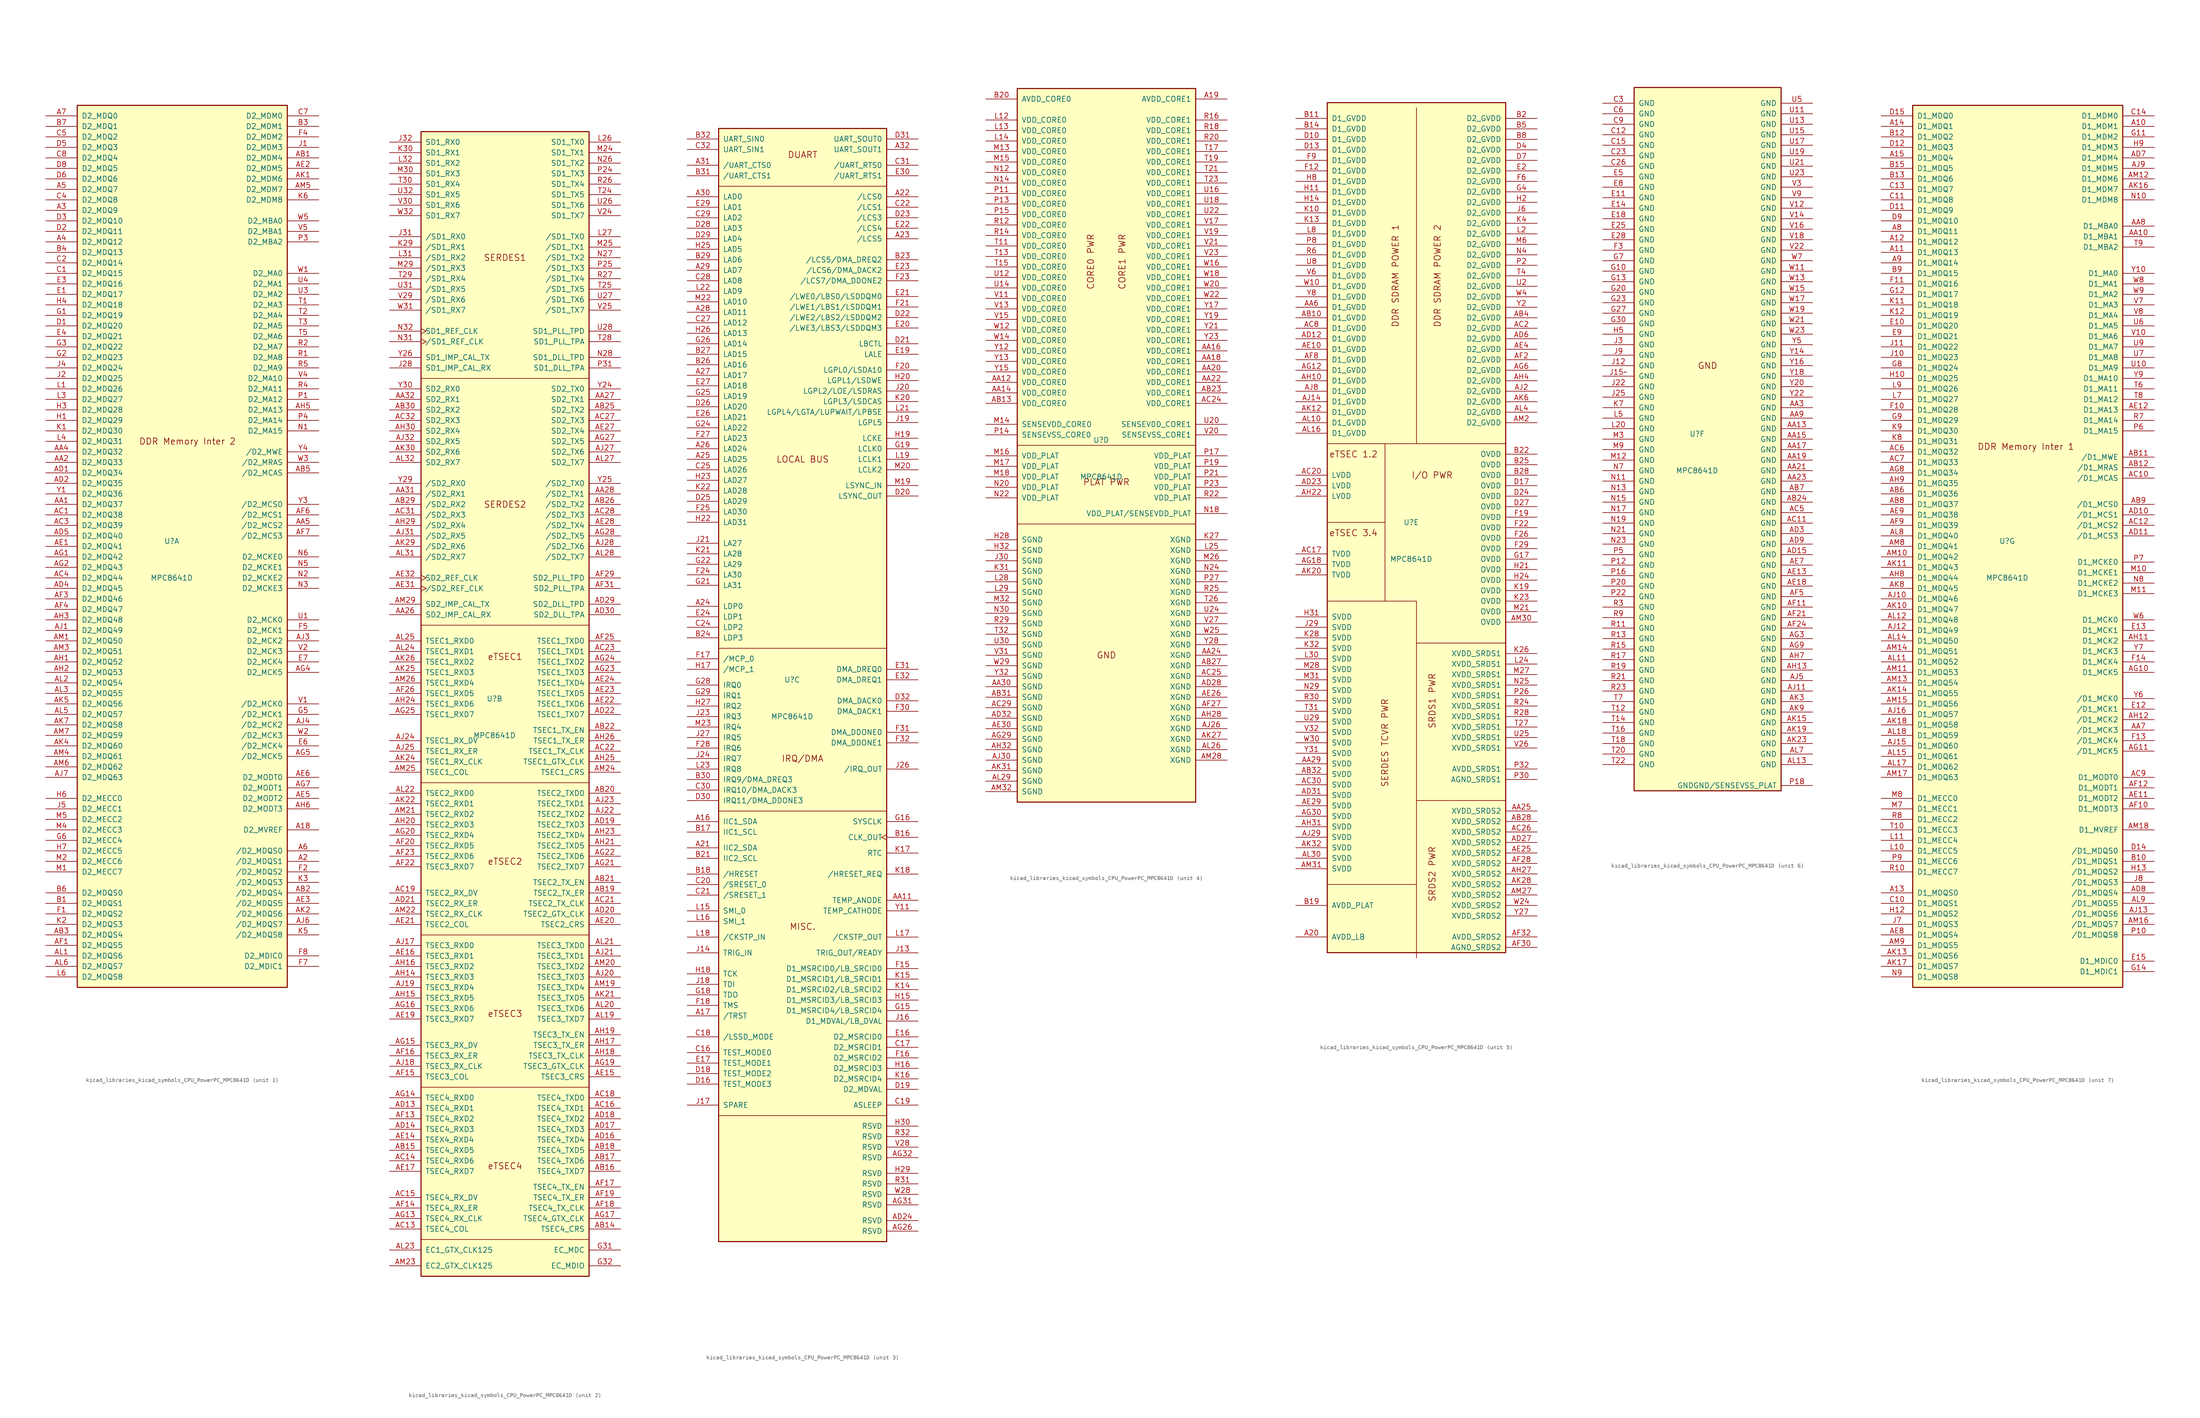
<source format=kicad_sym>
(kicad_symbol_lib
  (version 20220914)
  (generator kicad_symbol_editor)
  (symbol "kicad_libraries_kicad_symbols_CPU_PowerPC_MPC8641D"
    (pin_names
      (offset 1.016))
    (property "Reference" "U"
      (at -2.54 1.27 0)
      (effects (font (size 1.27 1.27))))
    (property "Value" "MPC8641D"
      (at -2.54 -7.62 0)
      (effects (font (size 1.27 1.27))))
    (property "ki_locked" ""
      (at 0 0 0)
      (effects (font (size 1.27 1.27))))
    (symbol "kicad_libraries_kicad_symbols_CPU_PowerPC_MPC8641D_1_1"
      (rectangle (start -25.4 106.68) (end 25.4 -106.68) (stroke (width 0.254) (type default)) (fill (type background)))
      (text "DDR Memory Inter 2" (at 1.27 25.4 0) (effects (font (size 1.524 1.524))))
      (pin output line (at 33.02 -68.58 180) (length 7.62) (name "D2_MVREF" (effects (font (size 1.27 1.27)))) (number "A18" (effects (font (size 1.27 1.27)))))
      (pin bidirectional line (at 33.02 -76.2 180) (length 7.62) (name "/D2_MDQS1" (effects (font (size 1.27 1.27)))) (number "A2" (effects (font (size 1.27 1.27)))))
      (pin bidirectional line (at -33.02 81.28 0) (length 7.62) (name "D2_MDQ9" (effects (font (size 1.27 1.27)))) (number "A3" (effects (font (size 1.27 1.27)))))
      (pin bidirectional line (at -33.02 73.66 0) (length 7.62) (name "D2_MDQ12" (effects (font (size 1.27 1.27)))) (number "A4" (effects (font (size 1.27 1.27)))))
      (pin bidirectional line (at -33.02 86.36 0) (length 7.62) (name "D2_MDQ7" (effects (font (size 1.27 1.27)))) (number "A5" (effects (font (size 1.27 1.27)))))
      (pin bidirectional line (at 33.02 -73.66 180) (length 7.62) (name "/D2_MDQS0" (effects (font (size 1.27 1.27)))) (number "A6" (effects (font (size 1.27 1.27)))))
      (pin bidirectional line (at -33.02 104.14 0) (length 7.62) (name "D2_MDQ0" (effects (font (size 1.27 1.27)))) (number "A7" (effects (font (size 1.27 1.27)))))
      (pin bidirectional line (at -33.02 10.16 0) (length 7.62) (name "D2_MDQ37" (effects (font (size 1.27 1.27)))) (number "AA1" (effects (font (size 1.27 1.27)))))
      (pin bidirectional line (at -33.02 20.32 0) (length 7.62) (name "D2_MDQ33" (effects (font (size 1.27 1.27)))) (number "AA2" (effects (font (size 1.27 1.27)))))
      (pin bidirectional line (at -33.02 22.86 0) (length 7.62) (name "D2_MDQ32" (effects (font (size 1.27 1.27)))) (number "AA4" (effects (font (size 1.27 1.27)))))
      (pin output line (at 33.02 5.08 180) (length 7.62) (name "/D2_MCS2" (effects (font (size 1.27 1.27)))) (number "AA5" (effects (font (size 1.27 1.27)))))
      (pin output line (at 33.02 93.98 180) (length 7.62) (name "D2_MDM4" (effects (font (size 1.27 1.27)))) (number "AB1" (effects (font (size 1.27 1.27)))))
      (pin bidirectional line (at 33.02 -83.82 180) (length 7.62) (name "/D2_MDQS4" (effects (font (size 1.27 1.27)))) (number "AB2" (effects (font (size 1.27 1.27)))))
      (pin bidirectional line (at -33.02 -93.98 0) (length 7.62) (name "D2_MDQS4" (effects (font (size 1.27 1.27)))) (number "AB3" (effects (font (size 1.27 1.27)))))
      (pin output line (at 33.02 17.78 180) (length 7.62) (name "/D2_MCAS" (effects (font (size 1.27 1.27)))) (number "AB5" (effects (font (size 1.27 1.27)))))
      (pin bidirectional line (at -33.02 7.62 0) (length 7.62) (name "D2_MDQ38" (effects (font (size 1.27 1.27)))) (number "AC1" (effects (font (size 1.27 1.27)))))
      (pin bidirectional line (at -33.02 5.08 0) (length 7.62) (name "D2_MDQ39" (effects (font (size 1.27 1.27)))) (number "AC3" (effects (font (size 1.27 1.27)))))
      (pin bidirectional line (at -33.02 -7.62 0) (length 7.62) (name "D2_MDQ44" (effects (font (size 1.27 1.27)))) (number "AC4" (effects (font (size 1.27 1.27)))))
      (pin bidirectional line (at -33.02 17.78 0) (length 7.62) (name "D2_MDQ34" (effects (font (size 1.27 1.27)))) (number "AD1" (effects (font (size 1.27 1.27)))))
      (pin bidirectional line (at -33.02 15.24 0) (length 7.62) (name "D2_MDQ35" (effects (font (size 1.27 1.27)))) (number "AD2" (effects (font (size 1.27 1.27)))))
      (pin bidirectional line (at -33.02 -10.16 0) (length 7.62) (name "D2_MDQ45" (effects (font (size 1.27 1.27)))) (number "AD4" (effects (font (size 1.27 1.27)))))
      (pin bidirectional line (at -33.02 2.54 0) (length 7.62) (name "D2_MDQ40" (effects (font (size 1.27 1.27)))) (number "AD5" (effects (font (size 1.27 1.27)))))
      (pin bidirectional line (at -33.02 0 0) (length 7.62) (name "D2_MDQ41" (effects (font (size 1.27 1.27)))) (number "AE1" (effects (font (size 1.27 1.27)))))
      (pin output line (at 33.02 91.44 180) (length 7.62) (name "D2_MDM5" (effects (font (size 1.27 1.27)))) (number "AE2" (effects (font (size 1.27 1.27)))))
      (pin bidirectional line (at 33.02 -86.36 180) (length 7.62) (name "/D2_MDQS5" (effects (font (size 1.27 1.27)))) (number "AE3" (effects (font (size 1.27 1.27)))))
      (pin output line (at 33.02 -60.96 180) (length 7.62) (name "D2_MODT2" (effects (font (size 1.27 1.27)))) (number "AE5" (effects (font (size 1.27 1.27)))))
      (pin output line (at 33.02 -55.88 180) (length 7.62) (name "D2_MODT0" (effects (font (size 1.27 1.27)))) (number "AE6" (effects (font (size 1.27 1.27)))))
      (pin bidirectional line (at -33.02 -96.52 0) (length 7.62) (name "D2_MDQS5" (effects (font (size 1.27 1.27)))) (number "AF1" (effects (font (size 1.27 1.27)))))
      (pin bidirectional line (at -33.02 -12.7 0) (length 7.62) (name "D2_MDQ46" (effects (font (size 1.27 1.27)))) (number "AF3" (effects (font (size 1.27 1.27)))))
      (pin bidirectional line (at -33.02 -15.24 0) (length 7.62) (name "D2_MDQ47" (effects (font (size 1.27 1.27)))) (number "AF4" (effects (font (size 1.27 1.27)))))
      (pin output line (at 33.02 7.62 180) (length 7.62) (name "/D2_MCS1" (effects (font (size 1.27 1.27)))) (number "AF6" (effects (font (size 1.27 1.27)))))
      (pin output line (at 33.02 2.54 180) (length 7.62) (name "/D2_MCS3" (effects (font (size 1.27 1.27)))) (number "AF7" (effects (font (size 1.27 1.27)))))
      (pin bidirectional line (at -33.02 -2.54 0) (length 7.62) (name "D2_MDQ42" (effects (font (size 1.27 1.27)))) (number "AG1" (effects (font (size 1.27 1.27)))))
      (pin bidirectional line (at -33.02 -5.08 0) (length 7.62) (name "D2_MDQ43" (effects (font (size 1.27 1.27)))) (number "AG2" (effects (font (size 1.27 1.27)))))
      (pin output line (at 33.02 -30.48 180) (length 7.62) (name "D2_MCK5" (effects (font (size 1.27 1.27)))) (number "AG4" (effects (font (size 1.27 1.27)))))
      (pin output line (at 33.02 -50.8 180) (length 7.62) (name "/D2_MCK5" (effects (font (size 1.27 1.27)))) (number "AG5" (effects (font (size 1.27 1.27)))))
      (pin output line (at 33.02 -58.42 180) (length 7.62) (name "D2_MODT1" (effects (font (size 1.27 1.27)))) (number "AG7" (effects (font (size 1.27 1.27)))))
      (pin bidirectional line (at -33.02 -27.94 0) (length 7.62) (name "D2_MDQ52" (effects (font (size 1.27 1.27)))) (number "AH1" (effects (font (size 1.27 1.27)))))
      (pin bidirectional line (at -33.02 -30.48 0) (length 7.62) (name "D2_MDQ53" (effects (font (size 1.27 1.27)))) (number "AH2" (effects (font (size 1.27 1.27)))))
      (pin bidirectional line (at -33.02 -17.78 0) (length 7.62) (name "D2_MDQ48" (effects (font (size 1.27 1.27)))) (number "AH3" (effects (font (size 1.27 1.27)))))
      (pin output line (at 33.02 33.02 180) (length 7.62) (name "D2_MA13" (effects (font (size 1.27 1.27)))) (number "AH5" (effects (font (size 1.27 1.27)))))
      (pin output line (at 33.02 -63.5 180) (length 7.62) (name "D2_MODT3" (effects (font (size 1.27 1.27)))) (number "AH6" (effects (font (size 1.27 1.27)))))
      (pin bidirectional line (at -33.02 -20.32 0) (length 7.62) (name "D2_MDQ49" (effects (font (size 1.27 1.27)))) (number "AJ1" (effects (font (size 1.27 1.27)))))
      (pin output line (at 33.02 -22.86 180) (length 7.62) (name "D2_MCK2" (effects (font (size 1.27 1.27)))) (number "AJ3" (effects (font (size 1.27 1.27)))))
      (pin output line (at 33.02 -43.18 180) (length 7.62) (name "/D2_MCK2" (effects (font (size 1.27 1.27)))) (number "AJ4" (effects (font (size 1.27 1.27)))))
      (pin bidirectional line (at 33.02 -91.44 180) (length 7.62) (name "/D2_MDQS7" (effects (font (size 1.27 1.27)))) (number "AJ6" (effects (font (size 1.27 1.27)))))
      (pin bidirectional line (at -33.02 -55.88 0) (length 7.62) (name "D2_MDQ63" (effects (font (size 1.27 1.27)))) (number "AJ7" (effects (font (size 1.27 1.27)))))
      (pin output line (at 33.02 88.9 180) (length 7.62) (name "D2_MDM6" (effects (font (size 1.27 1.27)))) (number "AK1" (effects (font (size 1.27 1.27)))))
      (pin bidirectional line (at 33.02 -88.9 180) (length 7.62) (name "/D2_MDQS6" (effects (font (size 1.27 1.27)))) (number "AK2" (effects (font (size 1.27 1.27)))))
      (pin bidirectional line (at -33.02 -48.26 0) (length 7.62) (name "D2_MDQ60" (effects (font (size 1.27 1.27)))) (number "AK4" (effects (font (size 1.27 1.27)))))
      (pin bidirectional line (at -33.02 -38.1 0) (length 7.62) (name "D2_MDQ56" (effects (font (size 1.27 1.27)))) (number "AK5" (effects (font (size 1.27 1.27)))))
      (pin bidirectional line (at -33.02 -43.18 0) (length 7.62) (name "D2_MDQ58" (effects (font (size 1.27 1.27)))) (number "AK7" (effects (font (size 1.27 1.27)))))
      (pin bidirectional line (at -33.02 -99.06 0) (length 7.62) (name "D2_MDQS6" (effects (font (size 1.27 1.27)))) (number "AL1" (effects (font (size 1.27 1.27)))))
      (pin bidirectional line (at -33.02 -33.02 0) (length 7.62) (name "D2_MDQ54" (effects (font (size 1.27 1.27)))) (number "AL2" (effects (font (size 1.27 1.27)))))
      (pin bidirectional line (at -33.02 -35.56 0) (length 7.62) (name "D2_MDQ55" (effects (font (size 1.27 1.27)))) (number "AL3" (effects (font (size 1.27 1.27)))))
      (pin bidirectional line (at -33.02 -40.64 0) (length 7.62) (name "D2_MDQ57" (effects (font (size 1.27 1.27)))) (number "AL5" (effects (font (size 1.27 1.27)))))
      (pin bidirectional line (at -33.02 -101.6 0) (length 7.62) (name "D2_MDQS7" (effects (font (size 1.27 1.27)))) (number "AL6" (effects (font (size 1.27 1.27)))))
      (pin bidirectional line (at -33.02 -22.86 0) (length 7.62) (name "D2_MDQ50" (effects (font (size 1.27 1.27)))) (number "AM1" (effects (font (size 1.27 1.27)))))
      (pin bidirectional line (at -33.02 -25.4 0) (length 7.62) (name "D2_MDQ51" (effects (font (size 1.27 1.27)))) (number "AM3" (effects (font (size 1.27 1.27)))))
      (pin bidirectional line (at -33.02 -50.8 0) (length 7.62) (name "D2_MDQ61" (effects (font (size 1.27 1.27)))) (number "AM4" (effects (font (size 1.27 1.27)))))
      (pin output line (at 33.02 86.36 180) (length 7.62) (name "D2_MDM7" (effects (font (size 1.27 1.27)))) (number "AM5" (effects (font (size 1.27 1.27)))))
      (pin bidirectional line (at -33.02 -53.34 0) (length 7.62) (name "D2_MDQ62" (effects (font (size 1.27 1.27)))) (number "AM6" (effects (font (size 1.27 1.27)))))
      (pin bidirectional line (at -33.02 -45.72 0) (length 7.62) (name "D2_MDQ59" (effects (font (size 1.27 1.27)))) (number "AM7" (effects (font (size 1.27 1.27)))))
      (pin bidirectional line (at -33.02 -86.36 0) (length 7.62) (name "D2_MDQS1" (effects (font (size 1.27 1.27)))) (number "B1" (effects (font (size 1.27 1.27)))))
      (pin output line (at 33.02 101.6 180) (length 7.62) (name "D2_MDM1" (effects (font (size 1.27 1.27)))) (number "B3" (effects (font (size 1.27 1.27)))))
      (pin bidirectional line (at -33.02 71.12 0) (length 7.62) (name "D2_MDQ13" (effects (font (size 1.27 1.27)))) (number "B4" (effects (font (size 1.27 1.27)))))
      (pin bidirectional line (at -33.02 -83.82 0) (length 7.62) (name "D2_MDQS0" (effects (font (size 1.27 1.27)))) (number "B6" (effects (font (size 1.27 1.27)))))
      (pin bidirectional line (at -33.02 101.6 0) (length 7.62) (name "D2_MDQ1" (effects (font (size 1.27 1.27)))) (number "B7" (effects (font (size 1.27 1.27)))))
      (pin bidirectional line (at -33.02 66.04 0) (length 7.62) (name "D2_MDQ15" (effects (font (size 1.27 1.27)))) (number "C1" (effects (font (size 1.27 1.27)))))
      (pin bidirectional line (at -33.02 68.58 0) (length 7.62) (name "D2_MDQ14" (effects (font (size 1.27 1.27)))) (number "C2" (effects (font (size 1.27 1.27)))))
      (pin bidirectional line (at -33.02 83.82 0) (length 7.62) (name "D2_MDQ8" (effects (font (size 1.27 1.27)))) (number "C4" (effects (font (size 1.27 1.27)))))
      (pin bidirectional line (at -33.02 99.06 0) (length 7.62) (name "D2_MDQ2" (effects (font (size 1.27 1.27)))) (number "C5" (effects (font (size 1.27 1.27)))))
      (pin output line (at 33.02 104.14 180) (length 7.62) (name "D2_MDM0" (effects (font (size 1.27 1.27)))) (number "C7" (effects (font (size 1.27 1.27)))))
      (pin bidirectional line (at -33.02 93.98 0) (length 7.62) (name "D2_MDQ4" (effects (font (size 1.27 1.27)))) (number "C8" (effects (font (size 1.27 1.27)))))
      (pin bidirectional line (at -33.02 53.34 0) (length 7.62) (name "D2_MDQ20" (effects (font (size 1.27 1.27)))) (number "D1" (effects (font (size 1.27 1.27)))))
      (pin bidirectional line (at -33.02 76.2 0) (length 7.62) (name "D2_MDQ11" (effects (font (size 1.27 1.27)))) (number "D2" (effects (font (size 1.27 1.27)))))
      (pin bidirectional line (at -33.02 78.74 0) (length 7.62) (name "D2_MDQ10" (effects (font (size 1.27 1.27)))) (number "D3" (effects (font (size 1.27 1.27)))))
      (pin bidirectional line (at -33.02 96.52 0) (length 7.62) (name "D2_MDQ3" (effects (font (size 1.27 1.27)))) (number "D5" (effects (font (size 1.27 1.27)))))
      (pin bidirectional line (at -33.02 88.9 0) (length 7.62) (name "D2_MDQ6" (effects (font (size 1.27 1.27)))) (number "D6" (effects (font (size 1.27 1.27)))))
      (pin bidirectional line (at -33.02 91.44 0) (length 7.62) (name "D2_MDQ5" (effects (font (size 1.27 1.27)))) (number "D8" (effects (font (size 1.27 1.27)))))
      (pin bidirectional line (at -33.02 60.96 0) (length 7.62) (name "D2_MDQ17" (effects (font (size 1.27 1.27)))) (number "E1" (effects (font (size 1.27 1.27)))))
      (pin bidirectional line (at -33.02 63.5 0) (length 7.62) (name "D2_MDQ16" (effects (font (size 1.27 1.27)))) (number "E3" (effects (font (size 1.27 1.27)))))
      (pin bidirectional line (at -33.02 50.8 0) (length 7.62) (name "D2_MDQ21" (effects (font (size 1.27 1.27)))) (number "E4" (effects (font (size 1.27 1.27)))))
      (pin output line (at 33.02 -48.26 180) (length 7.62) (name "/D2_MCK4" (effects (font (size 1.27 1.27)))) (number "E6" (effects (font (size 1.27 1.27)))))
      (pin output line (at 33.02 -27.94 180) (length 7.62) (name "D2_MCK4" (effects (font (size 1.27 1.27)))) (number "E7" (effects (font (size 1.27 1.27)))))
      (pin bidirectional line (at -33.02 -88.9 0) (length 7.62) (name "D2_MDQS2" (effects (font (size 1.27 1.27)))) (number "F1" (effects (font (size 1.27 1.27)))))
      (pin bidirectional line (at 33.02 -78.74 180) (length 7.62) (name "/D2_MDQS2" (effects (font (size 1.27 1.27)))) (number "F2" (effects (font (size 1.27 1.27)))))
      (pin output line (at 33.02 99.06 180) (length 7.62) (name "D2_MDM2" (effects (font (size 1.27 1.27)))) (number "F4" (effects (font (size 1.27 1.27)))))
      (pin output line (at 33.02 -20.32 180) (length 7.62) (name "D2_MCK1" (effects (font (size 1.27 1.27)))) (number "F5" (effects (font (size 1.27 1.27)))))
      (pin bidirectional line (at 33.02 -101.6 180) (length 7.62) (name "D2_MDIC1" (effects (font (size 1.27 1.27)))) (number "F7" (effects (font (size 1.27 1.27)))))
      (pin bidirectional line (at 33.02 -99.06 180) (length 7.62) (name "D2_MDIC0" (effects (font (size 1.27 1.27)))) (number "F8" (effects (font (size 1.27 1.27)))))
      (pin bidirectional line (at -33.02 55.88 0) (length 7.62) (name "D2_MDQ19" (effects (font (size 1.27 1.27)))) (number "G1" (effects (font (size 1.27 1.27)))))
      (pin bidirectional line (at -33.02 45.72 0) (length 7.62) (name "D2_MDQ23" (effects (font (size 1.27 1.27)))) (number "G2" (effects (font (size 1.27 1.27)))))
      (pin bidirectional line (at -33.02 48.26 0) (length 7.62) (name "D2_MDQ22" (effects (font (size 1.27 1.27)))) (number "G3" (effects (font (size 1.27 1.27)))))
      (pin output line (at 33.02 -40.64 180) (length 7.62) (name "/D2_MCK1" (effects (font (size 1.27 1.27)))) (number "G5" (effects (font (size 1.27 1.27)))))
      (pin bidirectional line (at -33.02 -71.12 0) (length 7.62) (name "D2_MECC4" (effects (font (size 1.27 1.27)))) (number "G6" (effects (font (size 1.27 1.27)))))
      (pin bidirectional line (at -33.02 30.48 0) (length 7.62) (name "D2_MDQ29" (effects (font (size 1.27 1.27)))) (number "H1" (effects (font (size 1.27 1.27)))))
      (pin bidirectional line (at -33.02 33.02 0) (length 7.62) (name "D2_MDQ28" (effects (font (size 1.27 1.27)))) (number "H3" (effects (font (size 1.27 1.27)))))
      (pin bidirectional line (at -33.02 58.42 0) (length 7.62) (name "D2_MDQ18" (effects (font (size 1.27 1.27)))) (number "H4" (effects (font (size 1.27 1.27)))))
      (pin bidirectional line (at -33.02 -60.96 0) (length 7.62) (name "D2_MECC0" (effects (font (size 1.27 1.27)))) (number "H6" (effects (font (size 1.27 1.27)))))
      (pin bidirectional line (at -33.02 -73.66 0) (length 7.62) (name "D2_MECC5" (effects (font (size 1.27 1.27)))) (number "H7" (effects (font (size 1.27 1.27)))))
      (pin output line (at 33.02 96.52 180) (length 7.62) (name "D2_MDM3" (effects (font (size 1.27 1.27)))) (number "J1" (effects (font (size 1.27 1.27)))))
      (pin bidirectional line (at -33.02 40.64 0) (length 7.62) (name "D2_MDQ25" (effects (font (size 1.27 1.27)))) (number "J2" (effects (font (size 1.27 1.27)))))
      (pin bidirectional line (at -33.02 43.18 0) (length 7.62) (name "D2_MDQ24" (effects (font (size 1.27 1.27)))) (number "J4" (effects (font (size 1.27 1.27)))))
      (pin bidirectional line (at -33.02 -63.5 0) (length 7.62) (name "D2_MECC1" (effects (font (size 1.27 1.27)))) (number "J5" (effects (font (size 1.27 1.27)))))
      (pin bidirectional line (at -33.02 27.94 0) (length 7.62) (name "D2_MDQ30" (effects (font (size 1.27 1.27)))) (number "K1" (effects (font (size 1.27 1.27)))))
      (pin bidirectional line (at -33.02 -91.44 0) (length 7.62) (name "D2_MDQS3" (effects (font (size 1.27 1.27)))) (number "K2" (effects (font (size 1.27 1.27)))))
      (pin bidirectional line (at 33.02 -81.28 180) (length 7.62) (name "/D2_MDQS3" (effects (font (size 1.27 1.27)))) (number "K3" (effects (font (size 1.27 1.27)))))
      (pin bidirectional line (at 33.02 -93.98 180) (length 7.62) (name "/D2_MDQS8" (effects (font (size 1.27 1.27)))) (number "K5" (effects (font (size 1.27 1.27)))))
      (pin output line (at 33.02 83.82 180) (length 7.62) (name "D2_MDM8" (effects (font (size 1.27 1.27)))) (number "K6" (effects (font (size 1.27 1.27)))))
      (pin bidirectional line (at -33.02 38.1 0) (length 7.62) (name "D2_MDQ26" (effects (font (size 1.27 1.27)))) (number "L1" (effects (font (size 1.27 1.27)))))
      (pin bidirectional line (at -33.02 35.56 0) (length 7.62) (name "D2_MDQ27" (effects (font (size 1.27 1.27)))) (number "L3" (effects (font (size 1.27 1.27)))))
      (pin bidirectional line (at -33.02 25.4 0) (length 7.62) (name "D2_MDQ31" (effects (font (size 1.27 1.27)))) (number "L4" (effects (font (size 1.27 1.27)))))
      (pin bidirectional line (at -33.02 -104.14 0) (length 7.62) (name "D2_MDQS8" (effects (font (size 1.27 1.27)))) (number "L6" (effects (font (size 1.27 1.27)))))
      (pin bidirectional line (at -33.02 -78.74 0) (length 7.62) (name "D2_MECC7" (effects (font (size 1.27 1.27)))) (number "M1" (effects (font (size 1.27 1.27)))))
      (pin bidirectional line (at -33.02 -76.2 0) (length 7.62) (name "D2_MECC6" (effects (font (size 1.27 1.27)))) (number "M2" (effects (font (size 1.27 1.27)))))
      (pin bidirectional line (at -33.02 -68.58 0) (length 7.62) (name "D2_MECC3" (effects (font (size 1.27 1.27)))) (number "M4" (effects (font (size 1.27 1.27)))))
      (pin bidirectional line (at -33.02 -66.04 0) (length 7.62) (name "D2_MECC2" (effects (font (size 1.27 1.27)))) (number "M5" (effects (font (size 1.27 1.27)))))
      (pin output line (at 33.02 27.94 180) (length 7.62) (name "D2_MA15" (effects (font (size 1.27 1.27)))) (number "N1" (effects (font (size 1.27 1.27)))))
      (pin output line (at 33.02 -7.62 180) (length 7.62) (name "D2_MCKE2" (effects (font (size 1.27 1.27)))) (number "N2" (effects (font (size 1.27 1.27)))))
      (pin output line (at 33.02 -10.16 180) (length 7.62) (name "D2_MCKE3" (effects (font (size 1.27 1.27)))) (number "N3" (effects (font (size 1.27 1.27)))))
      (pin output line (at 33.02 -5.08 180) (length 7.62) (name "D2_MCKE1" (effects (font (size 1.27 1.27)))) (number "N5" (effects (font (size 1.27 1.27)))))
      (pin output line (at 33.02 -2.54 180) (length 7.62) (name "D2_MCKE0" (effects (font (size 1.27 1.27)))) (number "N6" (effects (font (size 1.27 1.27)))))
      (pin output line (at 33.02 35.56 180) (length 7.62) (name "D2_MA12" (effects (font (size 1.27 1.27)))) (number "P1" (effects (font (size 1.27 1.27)))))
      (pin output line (at 33.02 73.66 180) (length 7.62) (name "D2_MBA2" (effects (font (size 1.27 1.27)))) (number "P3" (effects (font (size 1.27 1.27)))))
      (pin output line (at 33.02 30.48 180) (length 7.62) (name "D2_MA14" (effects (font (size 1.27 1.27)))) (number "P4" (effects (font (size 1.27 1.27)))))
      (pin output line (at 33.02 45.72 180) (length 7.62) (name "D2_MA8" (effects (font (size 1.27 1.27)))) (number "R1" (effects (font (size 1.27 1.27)))))
      (pin output line (at 33.02 48.26 180) (length 7.62) (name "D2_MA7" (effects (font (size 1.27 1.27)))) (number "R2" (effects (font (size 1.27 1.27)))))
      (pin output line (at 33.02 38.1 180) (length 7.62) (name "D2_MA11" (effects (font (size 1.27 1.27)))) (number "R4" (effects (font (size 1.27 1.27)))))
      (pin output line (at 33.02 43.18 180) (length 7.62) (name "D2_MA9" (effects (font (size 1.27 1.27)))) (number "R5" (effects (font (size 1.27 1.27)))))
      (pin output line (at 33.02 58.42 180) (length 7.62) (name "D2_MA3" (effects (font (size 1.27 1.27)))) (number "T1" (effects (font (size 1.27 1.27)))))
      (pin output line (at 33.02 55.88 180) (length 7.62) (name "D2_MA4" (effects (font (size 1.27 1.27)))) (number "T2" (effects (font (size 1.27 1.27)))))
      (pin output line (at 33.02 53.34 180) (length 7.62) (name "D2_MA5" (effects (font (size 1.27 1.27)))) (number "T3" (effects (font (size 1.27 1.27)))))
      (pin output line (at 33.02 50.8 180) (length 7.62) (name "D2_MA6" (effects (font (size 1.27 1.27)))) (number "T5" (effects (font (size 1.27 1.27)))))
      (pin output line (at 33.02 -17.78 180) (length 7.62) (name "D2_MCK0" (effects (font (size 1.27 1.27)))) (number "U1" (effects (font (size 1.27 1.27)))))
      (pin output line (at 33.02 60.96 180) (length 7.62) (name "D2_MA2" (effects (font (size 1.27 1.27)))) (number "U3" (effects (font (size 1.27 1.27)))))
      (pin output line (at 33.02 63.5 180) (length 7.62) (name "D2_MA1" (effects (font (size 1.27 1.27)))) (number "U4" (effects (font (size 1.27 1.27)))))
      (pin output line (at 33.02 -38.1 180) (length 7.62) (name "/D2_MCK0" (effects (font (size 1.27 1.27)))) (number "V1" (effects (font (size 1.27 1.27)))))
      (pin output line (at 33.02 -25.4 180) (length 7.62) (name "D2_MCK3" (effects (font (size 1.27 1.27)))) (number "V2" (effects (font (size 1.27 1.27)))))
      (pin output line (at 33.02 40.64 180) (length 7.62) (name "D2_MA10" (effects (font (size 1.27 1.27)))) (number "V4" (effects (font (size 1.27 1.27)))))
      (pin output line (at 33.02 76.2 180) (length 7.62) (name "D2_MBA1" (effects (font (size 1.27 1.27)))) (number "V5" (effects (font (size 1.27 1.27)))))
      (pin output line (at 33.02 66.04 180) (length 7.62) (name "D2_MA0" (effects (font (size 1.27 1.27)))) (number "W1" (effects (font (size 1.27 1.27)))))
      (pin output line (at 33.02 -45.72 180) (length 7.62) (name "/D2_MCK3" (effects (font (size 1.27 1.27)))) (number "W2" (effects (font (size 1.27 1.27)))))
      (pin output line (at 33.02 20.32 180) (length 7.62) (name "/D2_MRAS" (effects (font (size 1.27 1.27)))) (number "W3" (effects (font (size 1.27 1.27)))))
      (pin output line (at 33.02 78.74 180) (length 7.62) (name "D2_MBA0" (effects (font (size 1.27 1.27)))) (number "W5" (effects (font (size 1.27 1.27)))))
      (pin bidirectional line (at -33.02 12.7 0) (length 7.62) (name "D2_MDQ36" (effects (font (size 1.27 1.27)))) (number "Y1" (effects (font (size 1.27 1.27)))))
      (pin output line (at 33.02 10.16 180) (length 7.62) (name "/D2_MCS0" (effects (font (size 1.27 1.27)))) (number "Y3" (effects (font (size 1.27 1.27)))))
      (pin output line (at 33.02 22.86 180) (length 7.62) (name "/D2_MWE" (effects (font (size 1.27 1.27)))) (number "Y4" (effects (font (size 1.27 1.27))))))
    (symbol "kicad_libraries_kicad_symbols_CPU_PowerPC_MPC8641D_2_1"
      (rectangle (start -20.32 138.43) (end 20.32 -138.43) (stroke (width 0.254) (type default)) (fill (type background)))
      (polyline (pts (xy -20.32 -129.54) (xy 20.32 -129.54) (xy 20.32 -129.54)) (stroke (width 0) (type default)) (fill (type none)))
      (polyline (pts (xy -20.32 -92.71) (xy 20.32 -92.71) (xy 20.32 -92.71)) (stroke (width 0) (type default)) (fill (type none)))
      (polyline (pts (xy -20.32 -55.88) (xy 20.32 -55.88) (xy 20.32 -55.88)) (stroke (width 0) (type default)) (fill (type none)))
      (polyline (pts (xy -20.32 -19.05) (xy 20.32 -19.05) (xy 20.32 -19.05)) (stroke (width 0) (type default)) (fill (type none)))
      (polyline (pts (xy -20.32 19.05) (xy 20.32 19.05) (xy 20.32 19.05)) (stroke (width 0) (type default)) (fill (type none)))
      (polyline (pts (xy -20.32 78.74) (xy 20.32 78.74) (xy 20.32 78.74)) (stroke (width 0) (type default)) (fill (type none)))
      (text "eTSEC1" (at 0 11.43 0) (effects (font (size 1.524 1.524))))
      (text "eTSEC2" (at 0 -38.1 0) (effects (font (size 1.524 1.524))))
      (text "eTSEC3" (at 0 -74.93 0) (effects (font (size 1.524 1.524))))
      (text "eTSEC4" (at 0 -111.76 0) (effects (font (size 1.524 1.524))))
      (text "SERDES1" (at 0 107.95 0) (effects (font (size 1.524 1.524))))
      (text "SERDES2" (at 0 48.26 0) (effects (font (size 1.524 1.524))))
      (pin input line (at -27.94 21.59 0) (length 7.62) (name "SD2_IMP_CAL_RX" (effects (font (size 1.27 1.27)))) (number "AA26" (effects (font (size 1.27 1.27)))))
      (pin output line (at 27.94 73.66 180) (length 7.62) (name "SD2_TX1" (effects (font (size 1.27 1.27)))) (number "AA27" (effects (font (size 1.27 1.27)))))
      (pin output line (at 27.94 50.8 180) (length 7.62) (name "/SD2_TX1" (effects (font (size 1.27 1.27)))) (number "AA28" (effects (font (size 1.27 1.27)))))
      (pin input line (at -27.94 50.8 0) (length 7.62) (name "/SD2_RX1" (effects (font (size 1.27 1.27)))) (number "AA31" (effects (font (size 1.27 1.27)))))
      (pin input line (at -27.94 73.66 0) (length 7.62) (name "SD2_RX1" (effects (font (size 1.27 1.27)))) (number "AA32" (effects (font (size 1.27 1.27)))))
      (pin bidirectional line (at 27.94 -127 180) (length 7.62) (name "TSEC4_CRS" (effects (font (size 1.27 1.27)))) (number "AB14" (effects (font (size 1.27 1.27)))))
      (pin input line (at -27.94 -107.95 0) (length 7.62) (name "TSEC4_RXD5" (effects (font (size 1.27 1.27)))) (number "AB15" (effects (font (size 1.27 1.27)))))
      (pin output line (at 27.94 -113.03 180) (length 7.62) (name "TSEC4_TXD7" (effects (font (size 1.27 1.27)))) (number "AB16" (effects (font (size 1.27 1.27)))))
      (pin output line (at 27.94 -110.49 180) (length 7.62) (name "TSEC4_TXD6" (effects (font (size 1.27 1.27)))) (number "AB17" (effects (font (size 1.27 1.27)))))
      (pin output line (at 27.94 -107.95 180) (length 7.62) (name "TSEC4_TXD5" (effects (font (size 1.27 1.27)))) (number "AB18" (effects (font (size 1.27 1.27)))))
      (pin output line (at 27.94 -45.72 180) (length 7.62) (name "TSEC2_TX_ER" (effects (font (size 1.27 1.27)))) (number "AB19" (effects (font (size 1.27 1.27)))))
      (pin output line (at 27.94 -21.59 180) (length 7.62) (name "TSEC2_TXD0" (effects (font (size 1.27 1.27)))) (number "AB20" (effects (font (size 1.27 1.27)))))
      (pin output line (at 27.94 -43.18 180) (length 7.62) (name "TSEC2_TX_EN" (effects (font (size 1.27 1.27)))) (number "AB21" (effects (font (size 1.27 1.27)))))
      (pin output line (at 27.94 -6.35 180) (length 7.62) (name "TSEC1_TX_EN" (effects (font (size 1.27 1.27)))) (number "AB22" (effects (font (size 1.27 1.27)))))
      (pin output line (at 27.94 71.12 180) (length 7.62) (name "SD2_TX2" (effects (font (size 1.27 1.27)))) (number "AB25" (effects (font (size 1.27 1.27)))))
      (pin output line (at 27.94 48.26 180) (length 7.62) (name "/SD2_TX2" (effects (font (size 1.27 1.27)))) (number "AB26" (effects (font (size 1.27 1.27)))))
      (pin input line (at -27.94 48.26 0) (length 7.62) (name "/SD2_RX2" (effects (font (size 1.27 1.27)))) (number "AB29" (effects (font (size 1.27 1.27)))))
      (pin input line (at -27.94 71.12 0) (length 7.62) (name "SD2_RX2" (effects (font (size 1.27 1.27)))) (number "AB30" (effects (font (size 1.27 1.27)))))
      (pin input line (at -27.94 -127 0) (length 7.62) (name "TSEC4_COL" (effects (font (size 1.27 1.27)))) (number "AC13" (effects (font (size 1.27 1.27)))))
      (pin input line (at -27.94 -110.49 0) (length 7.62) (name "TSEC4_RXD6" (effects (font (size 1.27 1.27)))) (number "AC14" (effects (font (size 1.27 1.27)))))
      (pin input line (at -27.94 -119.38 0) (length 7.62) (name "TSEC4_RX_DV" (effects (font (size 1.27 1.27)))) (number "AC15" (effects (font (size 1.27 1.27)))))
      (pin output line (at 27.94 -97.79 180) (length 7.62) (name "TSEC4_TXD1" (effects (font (size 1.27 1.27)))) (number "AC16" (effects (font (size 1.27 1.27)))))
      (pin output line (at 27.94 -95.25 180) (length 7.62) (name "TSEC4_TXD0" (effects (font (size 1.27 1.27)))) (number "AC18" (effects (font (size 1.27 1.27)))))
      (pin input line (at -27.94 -45.72 0) (length 7.62) (name "TSEC2_RX_DV" (effects (font (size 1.27 1.27)))) (number "AC19" (effects (font (size 1.27 1.27)))))
      (pin input line (at 27.94 -48.26 180) (length 7.62) (name "TSEC2_TX_CLK" (effects (font (size 1.27 1.27)))) (number "AC21" (effects (font (size 1.27 1.27)))))
      (pin input line (at 27.94 -11.43 180) (length 7.62) (name "TSEC1_TX_CLK" (effects (font (size 1.27 1.27)))) (number "AC22" (effects (font (size 1.27 1.27)))))
      (pin output line (at 27.94 12.7 180) (length 7.62) (name "TSEC1_TXD1" (effects (font (size 1.27 1.27)))) (number "AC23" (effects (font (size 1.27 1.27)))))
      (pin output line (at 27.94 68.58 180) (length 7.62) (name "SD2_TX3" (effects (font (size 1.27 1.27)))) (number "AC27" (effects (font (size 1.27 1.27)))))
      (pin output line (at 27.94 45.72 180) (length 7.62) (name "/SD2_TX3" (effects (font (size 1.27 1.27)))) (number "AC28" (effects (font (size 1.27 1.27)))))
      (pin input line (at -27.94 45.72 0) (length 7.62) (name "/SD2_RX3" (effects (font (size 1.27 1.27)))) (number "AC31" (effects (font (size 1.27 1.27)))))
      (pin input line (at -27.94 68.58 0) (length 7.62) (name "SD2_RX3" (effects (font (size 1.27 1.27)))) (number "AC32" (effects (font (size 1.27 1.27)))))
      (pin input line (at -27.94 -97.79 0) (length 7.62) (name "TSEC4_RXD1" (effects (font (size 1.27 1.27)))) (number "AD13" (effects (font (size 1.27 1.27)))))
      (pin input line (at -27.94 -102.87 0) (length 7.62) (name "TSEC4_RXD3" (effects (font (size 1.27 1.27)))) (number "AD14" (effects (font (size 1.27 1.27)))))
      (pin output line (at 27.94 -105.41 180) (length 7.62) (name "TSEC4_TXD4" (effects (font (size 1.27 1.27)))) (number "AD16" (effects (font (size 1.27 1.27)))))
      (pin output line (at 27.94 -102.87 180) (length 7.62) (name "TSEC4_TXD3" (effects (font (size 1.27 1.27)))) (number "AD17" (effects (font (size 1.27 1.27)))))
      (pin output line (at 27.94 -100.33 180) (length 7.62) (name "TSEC4_TXD2" (effects (font (size 1.27 1.27)))) (number "AD18" (effects (font (size 1.27 1.27)))))
      (pin output line (at 27.94 -29.21 180) (length 7.62) (name "TSEC2_TXD3" (effects (font (size 1.27 1.27)))) (number "AD19" (effects (font (size 1.27 1.27)))))
      (pin output line (at 27.94 -50.8 180) (length 7.62) (name "TSEC2_GTX_CLK" (effects (font (size 1.27 1.27)))) (number "AD20" (effects (font (size 1.27 1.27)))))
      (pin input line (at -27.94 -48.26 0) (length 7.62) (name "TSEC2_RX_ER" (effects (font (size 1.27 1.27)))) (number "AD21" (effects (font (size 1.27 1.27)))))
      (pin output line (at 27.94 -2.54 180) (length 7.62) (name "TSEC1_TXD7" (effects (font (size 1.27 1.27)))) (number "AD22" (effects (font (size 1.27 1.27)))))
      (pin output line (at 27.94 24.13 180) (length 7.62) (name "SD2_DLL_TPD" (effects (font (size 1.27 1.27)))) (number "AD29" (effects (font (size 1.27 1.27)))))
      (pin output line (at 27.94 21.59 180) (length 7.62) (name "SD2_DLL_TPA" (effects (font (size 1.27 1.27)))) (number "AD30" (effects (font (size 1.27 1.27)))))
      (pin input line (at -27.94 -105.41 0) (length 7.62) (name "TSEX4_RXD4" (effects (font (size 1.27 1.27)))) (number "AE14" (effects (font (size 1.27 1.27)))))
      (pin bidirectional line (at 27.94 -90.17 180) (length 7.62) (name "TSEC3_CRS" (effects (font (size 1.27 1.27)))) (number "AE15" (effects (font (size 1.27 1.27)))))
      (pin input line (at -27.94 -60.96 0) (length 7.62) (name "TSEC3_RXD1" (effects (font (size 1.27 1.27)))) (number "AE16" (effects (font (size 1.27 1.27)))))
      (pin input line (at -27.94 -113.03 0) (length 7.62) (name "TSEC4_RXD7" (effects (font (size 1.27 1.27)))) (number "AE17" (effects (font (size 1.27 1.27)))))
      (pin input line (at -27.94 -76.2 0) (length 7.62) (name "TSEC3_RXD7" (effects (font (size 1.27 1.27)))) (number "AE19" (effects (font (size 1.27 1.27)))))
      (pin bidirectional line (at 27.94 -53.34 180) (length 7.62) (name "TSEC2_CRS" (effects (font (size 1.27 1.27)))) (number "AE20" (effects (font (size 1.27 1.27)))))
      (pin input line (at -27.94 -53.34 0) (length 7.62) (name "TSEC2_COL" (effects (font (size 1.27 1.27)))) (number "AE21" (effects (font (size 1.27 1.27)))))
      (pin output line (at 27.94 0 180) (length 7.62) (name "TSEC1_TXD6" (effects (font (size 1.27 1.27)))) (number "AE22" (effects (font (size 1.27 1.27)))))
      (pin output line (at 27.94 2.54 180) (length 7.62) (name "TSEC1_TXD5" (effects (font (size 1.27 1.27)))) (number "AE23" (effects (font (size 1.27 1.27)))))
      (pin output line (at 27.94 5.08 180) (length 7.62) (name "TSEC1_TXD4" (effects (font (size 1.27 1.27)))) (number "AE24" (effects (font (size 1.27 1.27)))))
      (pin output line (at 27.94 66.04 180) (length 7.62) (name "SD2_TX4" (effects (font (size 1.27 1.27)))) (number "AE27" (effects (font (size 1.27 1.27)))))
      (pin output line (at 27.94 43.18 180) (length 7.62) (name "/SD2_TX4" (effects (font (size 1.27 1.27)))) (number "AE28" (effects (font (size 1.27 1.27)))))
      (pin input clock (at -27.94 27.94 0) (length 7.62) (name "/SD2_REF_CLK" (effects (font (size 1.27 1.27)))) (number "AE31" (effects (font (size 1.27 1.27)))))
      (pin input clock (at -27.94 30.48 0) (length 7.62) (name "SD2_REF_CLK" (effects (font (size 1.27 1.27)))) (number "AE32" (effects (font (size 1.27 1.27)))))
      (pin input line (at -27.94 -100.33 0) (length 7.62) (name "TSEC4_RXD2" (effects (font (size 1.27 1.27)))) (number "AF13" (effects (font (size 1.27 1.27)))))
      (pin input line (at -27.94 -121.92 0) (length 7.62) (name "TSEC4_RX_ER" (effects (font (size 1.27 1.27)))) (number "AF14" (effects (font (size 1.27 1.27)))))
      (pin input line (at -27.94 -90.17 0) (length 7.62) (name "TSEC3_COL" (effects (font (size 1.27 1.27)))) (number "AF15" (effects (font (size 1.27 1.27)))))
      (pin input line (at -27.94 -85.09 0) (length 7.62) (name "TSEC3_RX_ER" (effects (font (size 1.27 1.27)))) (number "AF16" (effects (font (size 1.27 1.27)))))
      (pin output line (at 27.94 -116.84 180) (length 7.62) (name "TSEC4_TX_EN" (effects (font (size 1.27 1.27)))) (number "AF17" (effects (font (size 1.27 1.27)))))
      (pin input line (at 27.94 -121.92 180) (length 7.62) (name "TSEC4_TX_CLK" (effects (font (size 1.27 1.27)))) (number "AF18" (effects (font (size 1.27 1.27)))))
      (pin output line (at 27.94 -119.38 180) (length 7.62) (name "TSEC4_TX_ER" (effects (font (size 1.27 1.27)))) (number "AF19" (effects (font (size 1.27 1.27)))))
      (pin input line (at -27.94 -34.29 0) (length 7.62) (name "TSEC2_RXD5" (effects (font (size 1.27 1.27)))) (number "AF20" (effects (font (size 1.27 1.27)))))
      (pin input line (at -27.94 -39.37 0) (length 7.62) (name "TSEC3_RXD7" (effects (font (size 1.27 1.27)))) (number "AF22" (effects (font (size 1.27 1.27)))))
      (pin input line (at -27.94 -36.83 0) (length 7.62) (name "TSEC2_RXD6" (effects (font (size 1.27 1.27)))) (number "AF23" (effects (font (size 1.27 1.27)))))
      (pin output line (at 27.94 15.24 180) (length 7.62) (name "TSEC1_TXD0" (effects (font (size 1.27 1.27)))) (number "AF25" (effects (font (size 1.27 1.27)))))
      (pin input line (at -27.94 2.54 0) (length 7.62) (name "TSEC1_RXD5" (effects (font (size 1.27 1.27)))) (number "AF26" (effects (font (size 1.27 1.27)))))
      (pin output line (at 27.94 30.48 180) (length 7.62) (name "SD2_PLL_TPD" (effects (font (size 1.27 1.27)))) (number "AF29" (effects (font (size 1.27 1.27)))))
      (pin output line (at 27.94 27.94 180) (length 7.62) (name "SD2_PLL_TPA" (effects (font (size 1.27 1.27)))) (number "AF31" (effects (font (size 1.27 1.27)))))
      (pin input line (at -27.94 -124.46 0) (length 7.62) (name "TSEC4_RX_CLK" (effects (font (size 1.27 1.27)))) (number "AG13" (effects (font (size 1.27 1.27)))))
      (pin input line (at -27.94 -95.25 0) (length 7.62) (name "TSEC4_RXD0" (effects (font (size 1.27 1.27)))) (number "AG14" (effects (font (size 1.27 1.27)))))
      (pin input line (at -27.94 -82.55 0) (length 7.62) (name "TSEC3_RX_DV" (effects (font (size 1.27 1.27)))) (number "AG15" (effects (font (size 1.27 1.27)))))
      (pin input line (at -27.94 -73.66 0) (length 7.62) (name "TSEC3_RXD6" (effects (font (size 1.27 1.27)))) (number "AG16" (effects (font (size 1.27 1.27)))))
      (pin output line (at 27.94 -124.46 180) (length 7.62) (name "TSEC4_GTX_CLK" (effects (font (size 1.27 1.27)))) (number "AG17" (effects (font (size 1.27 1.27)))))
      (pin output line (at 27.94 -87.63 180) (length 7.62) (name "TSEC3_GTX_CLK" (effects (font (size 1.27 1.27)))) (number "AG19" (effects (font (size 1.27 1.27)))))
      (pin input line (at -27.94 -31.75 0) (length 7.62) (name "TSEC2_RXD4" (effects (font (size 1.27 1.27)))) (number "AG20" (effects (font (size 1.27 1.27)))))
      (pin output line (at 27.94 -39.37 180) (length 7.62) (name "TSEC2_TXD7" (effects (font (size 1.27 1.27)))) (number "AG21" (effects (font (size 1.27 1.27)))))
      (pin output line (at 27.94 -36.83 180) (length 7.62) (name "TSEC2_TXD6" (effects (font (size 1.27 1.27)))) (number "AG22" (effects (font (size 1.27 1.27)))))
      (pin output line (at 27.94 7.62 180) (length 7.62) (name "TSEC1_TXD3" (effects (font (size 1.27 1.27)))) (number "AG23" (effects (font (size 1.27 1.27)))))
      (pin output line (at 27.94 10.16 180) (length 7.62) (name "TSEC1_TXD2" (effects (font (size 1.27 1.27)))) (number "AG24" (effects (font (size 1.27 1.27)))))
      (pin input line (at -27.94 -2.54 0) (length 7.62) (name "TSEC1_RXD7" (effects (font (size 1.27 1.27)))) (number "AG25" (effects (font (size 1.27 1.27)))))
      (pin output line (at 27.94 63.5 180) (length 7.62) (name "SD2_TX5" (effects (font (size 1.27 1.27)))) (number "AG27" (effects (font (size 1.27 1.27)))))
      (pin output line (at 27.94 40.64 180) (length 7.62) (name "/SD2_TX5" (effects (font (size 1.27 1.27)))) (number "AG28" (effects (font (size 1.27 1.27)))))
      (pin input line (at -27.94 -66.04 0) (length 7.62) (name "TSEC3_RXD3" (effects (font (size 1.27 1.27)))) (number "AH14" (effects (font (size 1.27 1.27)))))
      (pin input line (at -27.94 -71.12 0) (length 7.62) (name "TSEC3_RXD5" (effects (font (size 1.27 1.27)))) (number "AH15" (effects (font (size 1.27 1.27)))))
      (pin input line (at -27.94 -63.5 0) (length 7.62) (name "TSEC3_RXD2" (effects (font (size 1.27 1.27)))) (number "AH16" (effects (font (size 1.27 1.27)))))
      (pin output line (at 27.94 -82.55 180) (length 7.62) (name "TSEC3_TX_ER" (effects (font (size 1.27 1.27)))) (number "AH17" (effects (font (size 1.27 1.27)))))
      (pin input line (at 27.94 -85.09 180) (length 7.62) (name "TSEC3_TX_CLK" (effects (font (size 1.27 1.27)))) (number "AH18" (effects (font (size 1.27 1.27)))))
      (pin output line (at 27.94 -80.01 180) (length 7.62) (name "TSEC3_TX_EN" (effects (font (size 1.27 1.27)))) (number "AH19" (effects (font (size 1.27 1.27)))))
      (pin input line (at -27.94 -29.21 0) (length 7.62) (name "TSEC2_RXD3" (effects (font (size 1.27 1.27)))) (number "AH20" (effects (font (size 1.27 1.27)))))
      (pin output line (at 27.94 -34.29 180) (length 7.62) (name "TSEC2_TXD5" (effects (font (size 1.27 1.27)))) (number "AH21" (effects (font (size 1.27 1.27)))))
      (pin output line (at 27.94 -31.75 180) (length 7.62) (name "TSEC2_TXD4" (effects (font (size 1.27 1.27)))) (number "AH23" (effects (font (size 1.27 1.27)))))
      (pin input line (at -27.94 0 0) (length 7.62) (name "TSEC1_RXD6" (effects (font (size 1.27 1.27)))) (number "AH24" (effects (font (size 1.27 1.27)))))
      (pin output line (at 27.94 -13.97 180) (length 7.62) (name "TSEC1_GTX_CLK" (effects (font (size 1.27 1.27)))) (number "AH25" (effects (font (size 1.27 1.27)))))
      (pin output line (at 27.94 -8.89 180) (length 7.62) (name "TSEC1_TX_ER" (effects (font (size 1.27 1.27)))) (number "AH26" (effects (font (size 1.27 1.27)))))
      (pin input line (at -27.94 43.18 0) (length 7.62) (name "/SD2_RX4" (effects (font (size 1.27 1.27)))) (number "AH29" (effects (font (size 1.27 1.27)))))
      (pin input line (at -27.94 66.04 0) (length 7.62) (name "SD2_RX4" (effects (font (size 1.27 1.27)))) (number "AH30" (effects (font (size 1.27 1.27)))))
      (pin input line (at -27.94 -58.42 0) (length 7.62) (name "TSEC3_RXD0" (effects (font (size 1.27 1.27)))) (number "AJ17" (effects (font (size 1.27 1.27)))))
      (pin input line (at -27.94 -87.63 0) (length 7.62) (name "TSEC3_RX_CLK" (effects (font (size 1.27 1.27)))) (number "AJ18" (effects (font (size 1.27 1.27)))))
      (pin input line (at -27.94 -68.58 0) (length 7.62) (name "TSEC3_RXD4" (effects (font (size 1.27 1.27)))) (number "AJ19" (effects (font (size 1.27 1.27)))))
      (pin output line (at 27.94 -66.04 180) (length 7.62) (name "TSEC3_TXD3" (effects (font (size 1.27 1.27)))) (number "AJ20" (effects (font (size 1.27 1.27)))))
      (pin output line (at 27.94 -60.96 180) (length 7.62) (name "TSEC3_TXD1" (effects (font (size 1.27 1.27)))) (number "AJ21" (effects (font (size 1.27 1.27)))))
      (pin output line (at 27.94 -26.67 180) (length 7.62) (name "TSEC2_TXD2" (effects (font (size 1.27 1.27)))) (number "AJ22" (effects (font (size 1.27 1.27)))))
      (pin output line (at 27.94 -24.13 180) (length 7.62) (name "TSEC2_TXD1" (effects (font (size 1.27 1.27)))) (number "AJ23" (effects (font (size 1.27 1.27)))))
      (pin input line (at -27.94 -8.89 0) (length 7.62) (name "TSEC1_RX_DV" (effects (font (size 1.27 1.27)))) (number "AJ24" (effects (font (size 1.27 1.27)))))
      (pin input line (at -27.94 -11.43 0) (length 7.62) (name "TSEC1_RX_ER" (effects (font (size 1.27 1.27)))) (number "AJ25" (effects (font (size 1.27 1.27)))))
      (pin output line (at 27.94 60.96 180) (length 7.62) (name "SD2_TX6" (effects (font (size 1.27 1.27)))) (number "AJ27" (effects (font (size 1.27 1.27)))))
      (pin output line (at 27.94 38.1 180) (length 7.62) (name "/SD2_TX6" (effects (font (size 1.27 1.27)))) (number "AJ28" (effects (font (size 1.27 1.27)))))
      (pin input line (at -27.94 40.64 0) (length 7.62) (name "/SD2_RX5" (effects (font (size 1.27 1.27)))) (number "AJ31" (effects (font (size 1.27 1.27)))))
      (pin input line (at -27.94 63.5 0) (length 7.62) (name "SD2_RX5" (effects (font (size 1.27 1.27)))) (number "AJ32" (effects (font (size 1.27 1.27)))))
      (pin output line (at 27.94 -71.12 180) (length 7.62) (name "TSEC3_TXD5" (effects (font (size 1.27 1.27)))) (number "AK21" (effects (font (size 1.27 1.27)))))
      (pin input line (at -27.94 -24.13 0) (length 7.62) (name "TSEC2_RXD1" (effects (font (size 1.27 1.27)))) (number "AK22" (effects (font (size 1.27 1.27)))))
      (pin input line (at -27.94 -13.97 0) (length 7.62) (name "TSEC1_RX_CLK" (effects (font (size 1.27 1.27)))) (number "AK24" (effects (font (size 1.27 1.27)))))
      (pin input line (at -27.94 7.62 0) (length 7.62) (name "TSEC1_RXD3" (effects (font (size 1.27 1.27)))) (number "AK25" (effects (font (size 1.27 1.27)))))
      (pin input line (at -27.94 10.16 0) (length 7.62) (name "TSEC1_RXD2" (effects (font (size 1.27 1.27)))) (number "AK26" (effects (font (size 1.27 1.27)))))
      (pin input line (at -27.94 38.1 0) (length 7.62) (name "/SD2_RX6" (effects (font (size 1.27 1.27)))) (number "AK29" (effects (font (size 1.27 1.27)))))
      (pin input line (at -27.94 60.96 0) (length 7.62) (name "SD2_RX6" (effects (font (size 1.27 1.27)))) (number "AK30" (effects (font (size 1.27 1.27)))))
      (pin output line (at 27.94 -76.2 180) (length 7.62) (name "TSEC3_TXD7" (effects (font (size 1.27 1.27)))) (number "AL19" (effects (font (size 1.27 1.27)))))
      (pin output line (at 27.94 -73.66 180) (length 7.62) (name "TSEC3_TXD6" (effects (font (size 1.27 1.27)))) (number "AL20" (effects (font (size 1.27 1.27)))))
      (pin output line (at 27.94 -58.42 180) (length 7.62) (name "TSEC3_TXD0" (effects (font (size 1.27 1.27)))) (number "AL21" (effects (font (size 1.27 1.27)))))
      (pin input line (at -27.94 -21.59 0) (length 7.62) (name "TSEC2_RXD0" (effects (font (size 1.27 1.27)))) (number "AL22" (effects (font (size 1.27 1.27)))))
      (pin input line (at -27.94 -132.08 0) (length 7.62) (name "EC1_GTX_CLK125" (effects (font (size 1.27 1.27)))) (number "AL23" (effects (font (size 1.27 1.27)))))
      (pin input line (at -27.94 12.7 0) (length 7.62) (name "TSEC1_RXD1" (effects (font (size 1.27 1.27)))) (number "AL24" (effects (font (size 1.27 1.27)))))
      (pin input line (at -27.94 15.24 0) (length 7.62) (name "TSEC1_RXD0" (effects (font (size 1.27 1.27)))) (number "AL25" (effects (font (size 1.27 1.27)))))
      (pin output line (at 27.94 58.42 180) (length 7.62) (name "SD2_TX7" (effects (font (size 1.27 1.27)))) (number "AL27" (effects (font (size 1.27 1.27)))))
      (pin output line (at 27.94 35.56 180) (length 7.62) (name "/SD2_TX7" (effects (font (size 1.27 1.27)))) (number "AL28" (effects (font (size 1.27 1.27)))))
      (pin input line (at -27.94 35.56 0) (length 7.62) (name "/SD2_RX7" (effects (font (size 1.27 1.27)))) (number "AL31" (effects (font (size 1.27 1.27)))))
      (pin input line (at -27.94 58.42 0) (length 7.62) (name "SD2_RX7" (effects (font (size 1.27 1.27)))) (number "AL32" (effects (font (size 1.27 1.27)))))
      (pin output line (at 27.94 -68.58 180) (length 7.62) (name "TSEC3_TXD4" (effects (font (size 1.27 1.27)))) (number "AM19" (effects (font (size 1.27 1.27)))))
      (pin output line (at 27.94 -63.5 180) (length 7.62) (name "TSEC3_TXD2" (effects (font (size 1.27 1.27)))) (number "AM20" (effects (font (size 1.27 1.27)))))
      (pin input line (at -27.94 -26.67 0) (length 7.62) (name "TSEC2_RXD2" (effects (font (size 1.27 1.27)))) (number "AM21" (effects (font (size 1.27 1.27)))))
      (pin input line (at -27.94 -50.8 0) (length 7.62) (name "TSEC2_RX_CLK" (effects (font (size 1.27 1.27)))) (number "AM22" (effects (font (size 1.27 1.27)))))
      (pin input line (at -27.94 -135.89 0) (length 7.62) (name "EC2_GTX_CLK125" (effects (font (size 1.27 1.27)))) (number "AM23" (effects (font (size 1.27 1.27)))))
      (pin bidirectional line (at 27.94 -16.51 180) (length 7.62) (name "TSEC1_CRS" (effects (font (size 1.27 1.27)))) (number "AM24" (effects (font (size 1.27 1.27)))))
      (pin input line (at -27.94 -16.51 0) (length 7.62) (name "TSEC1_COL" (effects (font (size 1.27 1.27)))) (number "AM25" (effects (font (size 1.27 1.27)))))
      (pin input line (at -27.94 5.08 0) (length 7.62) (name "TSEC1_RXD4" (effects (font (size 1.27 1.27)))) (number "AM26" (effects (font (size 1.27 1.27)))))
      (pin input line (at -27.94 24.13 0) (length 7.62) (name "SD2_IMP_CAL_TX" (effects (font (size 1.27 1.27)))) (number "AM29" (effects (font (size 1.27 1.27)))))
      (pin output line (at 27.94 -132.08 180) (length 7.62) (name "EC_MDC" (effects (font (size 1.27 1.27)))) (number "G31" (effects (font (size 1.27 1.27)))))
      (pin bidirectional line (at 27.94 -135.89 180) (length 7.62) (name "EC_MDIO" (effects (font (size 1.27 1.27)))) (number "G32" (effects (font (size 1.27 1.27)))))
      (pin input line (at -27.94 81.28 0) (length 7.62) (name "SD1_IMP_CAL_RX" (effects (font (size 1.27 1.27)))) (number "J28" (effects (font (size 1.27 1.27)))))
      (pin input line (at -27.94 113.03 0) (length 7.62) (name "/SD1_RX0" (effects (font (size 1.27 1.27)))) (number "J31" (effects (font (size 1.27 1.27)))))
      (pin input line (at -27.94 135.89 0) (length 7.62) (name "SD1_RX0" (effects (font (size 1.27 1.27)))) (number "J32" (effects (font (size 1.27 1.27)))))
      (pin input line (at -27.94 110.49 0) (length 7.62) (name "/SD1_RX1" (effects (font (size 1.27 1.27)))) (number "K29" (effects (font (size 1.27 1.27)))))
      (pin input line (at -27.94 133.35 0) (length 7.62) (name "SD1_RX1" (effects (font (size 1.27 1.27)))) (number "K30" (effects (font (size 1.27 1.27)))))
      (pin output line (at 27.94 135.89 180) (length 7.62) (name "SD1_TX0" (effects (font (size 1.27 1.27)))) (number "L26" (effects (font (size 1.27 1.27)))))
      (pin output line (at 27.94 113.03 180) (length 7.62) (name "/SD1_TX0" (effects (font (size 1.27 1.27)))) (number "L27" (effects (font (size 1.27 1.27)))))
      (pin input line (at -27.94 107.95 0) (length 7.62) (name "/SD1_RX2" (effects (font (size 1.27 1.27)))) (number "L31" (effects (font (size 1.27 1.27)))))
      (pin input line (at -27.94 130.81 0) (length 7.62) (name "SD1_RX2" (effects (font (size 1.27 1.27)))) (number "L32" (effects (font (size 1.27 1.27)))))
      (pin output line (at 27.94 133.35 180) (length 7.62) (name "SD1_TX1" (effects (font (size 1.27 1.27)))) (number "M24" (effects (font (size 1.27 1.27)))))
      (pin output line (at 27.94 110.49 180) (length 7.62) (name "/SD1_TX1" (effects (font (size 1.27 1.27)))) (number "M25" (effects (font (size 1.27 1.27)))))
      (pin input line (at -27.94 105.41 0) (length 7.62) (name "/SD1_RX3" (effects (font (size 1.27 1.27)))) (number "M29" (effects (font (size 1.27 1.27)))))
      (pin input line (at -27.94 128.27 0) (length 7.62) (name "SD1_RX3" (effects (font (size 1.27 1.27)))) (number "M30" (effects (font (size 1.27 1.27)))))
      (pin output line (at 27.94 130.81 180) (length 7.62) (name "SD1_TX2" (effects (font (size 1.27 1.27)))) (number "N26" (effects (font (size 1.27 1.27)))))
      (pin output line (at 27.94 107.95 180) (length 7.62) (name "/SD1_TX2" (effects (font (size 1.27 1.27)))) (number "N27" (effects (font (size 1.27 1.27)))))
      (pin output line (at 27.94 83.82 180) (length 7.62) (name "SD1_DLL_TPD" (effects (font (size 1.27 1.27)))) (number "N28" (effects (font (size 1.27 1.27)))))
      (pin input clock (at -27.94 87.63 0) (length 7.62) (name "/SD1_REF_CLK" (effects (font (size 1.27 1.27)))) (number "N31" (effects (font (size 1.27 1.27)))))
      (pin input clock (at -27.94 90.17 0) (length 7.62) (name "SD1_REF_CLK" (effects (font (size 1.27 1.27)))) (number "N32" (effects (font (size 1.27 1.27)))))
      (pin output line (at 27.94 128.27 180) (length 7.62) (name "SD1_TX3" (effects (font (size 1.27 1.27)))) (number "P24" (effects (font (size 1.27 1.27)))))
      (pin output line (at 27.94 105.41 180) (length 7.62) (name "/SD1_TX3" (effects (font (size 1.27 1.27)))) (number "P25" (effects (font (size 1.27 1.27)))))
      (pin output line (at 27.94 81.28 180) (length 7.62) (name "SD1_DLL_TPA" (effects (font (size 1.27 1.27)))) (number "P31" (effects (font (size 1.27 1.27)))))
      (pin output line (at 27.94 125.73 180) (length 7.62) (name "SD1_TX4" (effects (font (size 1.27 1.27)))) (number "R26" (effects (font (size 1.27 1.27)))))
      (pin output line (at 27.94 102.87 180) (length 7.62) (name "/SD1_TX4" (effects (font (size 1.27 1.27)))) (number "R27" (effects (font (size 1.27 1.27)))))
      (pin output line (at 27.94 123.19 180) (length 7.62) (name "SD1_TX5" (effects (font (size 1.27 1.27)))) (number "T24" (effects (font (size 1.27 1.27)))))
      (pin output line (at 27.94 100.33 180) (length 7.62) (name "/SD1_TX5" (effects (font (size 1.27 1.27)))) (number "T25" (effects (font (size 1.27 1.27)))))
      (pin output line (at 27.94 87.63 180) (length 7.62) (name "SD1_PLL_TPA" (effects (font (size 1.27 1.27)))) (number "T28" (effects (font (size 1.27 1.27)))))
      (pin input line (at -27.94 102.87 0) (length 7.62) (name "/SD1_RX4" (effects (font (size 1.27 1.27)))) (number "T29" (effects (font (size 1.27 1.27)))))
      (pin input line (at -27.94 125.73 0) (length 7.62) (name "SD1_RX4" (effects (font (size 1.27 1.27)))) (number "T30" (effects (font (size 1.27 1.27)))))
      (pin output line (at 27.94 120.65 180) (length 7.62) (name "SD1_TX6" (effects (font (size 1.27 1.27)))) (number "U26" (effects (font (size 1.27 1.27)))))
      (pin output line (at 27.94 97.79 180) (length 7.62) (name "/SD1_TX6" (effects (font (size 1.27 1.27)))) (number "U27" (effects (font (size 1.27 1.27)))))
      (pin output line (at 27.94 90.17 180) (length 7.62) (name "SD1_PLL_TPD" (effects (font (size 1.27 1.27)))) (number "U28" (effects (font (size 1.27 1.27)))))
      (pin input line (at -27.94 100.33 0) (length 7.62) (name "/SD1_RX5" (effects (font (size 1.27 1.27)))) (number "U31" (effects (font (size 1.27 1.27)))))
      (pin input line (at -27.94 123.19 0) (length 7.62) (name "SD1_RX5" (effects (font (size 1.27 1.27)))) (number "U32" (effects (font (size 1.27 1.27)))))
      (pin output line (at 27.94 118.11 180) (length 7.62) (name "SD1_TX7" (effects (font (size 1.27 1.27)))) (number "V24" (effects (font (size 1.27 1.27)))))
      (pin output line (at 27.94 95.25 180) (length 7.62) (name "/SD1_TX7" (effects (font (size 1.27 1.27)))) (number "V25" (effects (font (size 1.27 1.27)))))
      (pin input line (at -27.94 97.79 0) (length 7.62) (name "/SD1_RX6" (effects (font (size 1.27 1.27)))) (number "V29" (effects (font (size 1.27 1.27)))))
      (pin input line (at -27.94 120.65 0) (length 7.62) (name "SD1_RX6" (effects (font (size 1.27 1.27)))) (number "V30" (effects (font (size 1.27 1.27)))))
      (pin input line (at -27.94 95.25 0) (length 7.62) (name "/SD1_RX7" (effects (font (size 1.27 1.27)))) (number "W31" (effects (font (size 1.27 1.27)))))
      (pin input line (at -27.94 118.11 0) (length 7.62) (name "SD1_RX7" (effects (font (size 1.27 1.27)))) (number "W32" (effects (font (size 1.27 1.27)))))
      (pin output line (at 27.94 76.2 180) (length 7.62) (name "SD2_TX0" (effects (font (size 1.27 1.27)))) (number "Y24" (effects (font (size 1.27 1.27)))))
      (pin output line (at 27.94 53.34 180) (length 7.62) (name "/SD2_TX0" (effects (font (size 1.27 1.27)))) (number "Y25" (effects (font (size 1.27 1.27)))))
      (pin input line (at -27.94 83.82 0) (length 7.62) (name "SD1_IMP_CAL_TX" (effects (font (size 1.27 1.27)))) (number "Y26" (effects (font (size 1.27 1.27)))))
      (pin input line (at -27.94 53.34 0) (length 7.62) (name "/SD2_RX0" (effects (font (size 1.27 1.27)))) (number "Y29" (effects (font (size 1.27 1.27)))))
      (pin input line (at -27.94 76.2 0) (length 7.62) (name "SD2_RX0" (effects (font (size 1.27 1.27)))) (number "Y30" (effects (font (size 1.27 1.27))))))
    (symbol "kicad_libraries_kicad_symbols_CPU_PowerPC_MPC8641D_3_1"
      (polyline (pts (xy -20.32 -104.14) (xy 20.32 -104.14) (xy 20.32 -104.14)) (stroke (width 0) (type default)) (fill (type none)))
      (polyline (pts (xy -20.32 -30.48) (xy 20.32 -30.48) (xy 20.32 -30.48)) (stroke (width 0) (type default)) (fill (type none)))
      (polyline (pts (xy -20.32 8.89) (xy 20.32 8.89) (xy 20.32 8.89)) (stroke (width 0) (type default)) (fill (type none)))
      (polyline (pts (xy -20.32 120.65) (xy 20.32 120.65) (xy 20.32 120.65)) (stroke (width 0) (type default)) (fill (type none)))
      (rectangle (start 20.32 -134.62) (end -20.32 134.62) (stroke (width 0.254) (type default)) (fill (type background)))
      (text "DUART" (at 0 128.27 0) (effects (font (size 1.524 1.524))))
      (text "IRQ/DMA" (at 0 -17.78 0) (effects (font (size 1.524 1.524))))
      (text "LOCAL BUS" (at 0 54.61 0) (effects (font (size 1.524 1.524))))
      (text "MISC." (at 0 -58.42 0) (effects (font (size 1.524 1.524))))
      (pin bidirectional line (at -27.94 -33.02 0) (length 7.62) (name "IIC1_SDA" (effects (font (size 1.27 1.27)))) (number "A16" (effects (font (size 1.27 1.27)))))
      (pin input line (at -27.94 -80.01 0) (length 7.62) (name "/TRST" (effects (font (size 1.27 1.27)))) (number "A17" (effects (font (size 1.27 1.27)))))
      (pin bidirectional line (at -27.94 -39.37 0) (length 7.62) (name "IIC2_SDA" (effects (font (size 1.27 1.27)))) (number "A21" (effects (font (size 1.27 1.27)))))
      (pin output line (at 27.94 118.11 180) (length 7.62) (name "/LCS0" (effects (font (size 1.27 1.27)))) (number "A22" (effects (font (size 1.27 1.27)))))
      (pin output line (at 27.94 107.95 180) (length 7.62) (name "/LCS5" (effects (font (size 1.27 1.27)))) (number "A23" (effects (font (size 1.27 1.27)))))
      (pin bidirectional line (at -27.94 19.05 0) (length 7.62) (name "LDP0" (effects (font (size 1.27 1.27)))) (number "A24" (effects (font (size 1.27 1.27)))))
      (pin bidirectional line (at -27.94 54.61 0) (length 7.62) (name "LAD25" (effects (font (size 1.27 1.27)))) (number "A25" (effects (font (size 1.27 1.27)))))
      (pin bidirectional line (at -27.94 57.15 0) (length 7.62) (name "LAD24" (effects (font (size 1.27 1.27)))) (number "A26" (effects (font (size 1.27 1.27)))))
      (pin bidirectional line (at -27.94 74.93 0) (length 7.62) (name "LAD17" (effects (font (size 1.27 1.27)))) (number "A27" (effects (font (size 1.27 1.27)))))
      (pin bidirectional line (at -27.94 90.17 0) (length 7.62) (name "LAD11" (effects (font (size 1.27 1.27)))) (number "A28" (effects (font (size 1.27 1.27)))))
      (pin bidirectional line (at -27.94 100.33 0) (length 7.62) (name "LAD7" (effects (font (size 1.27 1.27)))) (number "A29" (effects (font (size 1.27 1.27)))))
      (pin bidirectional line (at -27.94 118.11 0) (length 7.62) (name "LAD0" (effects (font (size 1.27 1.27)))) (number "A30" (effects (font (size 1.27 1.27)))))
      (pin input line (at -27.94 125.73 0) (length 7.62) (name "/UART_CTS0" (effects (font (size 1.27 1.27)))) (number "A31" (effects (font (size 1.27 1.27)))))
      (pin output line (at 27.94 129.54 180) (length 7.62) (name "UART_SOUT1" (effects (font (size 1.27 1.27)))) (number "A32" (effects (font (size 1.27 1.27)))))
      (pin bidirectional line (at 27.94 -52.07 180) (length 7.62) (name "TEMP_ANODE" (effects (font (size 1.27 1.27)))) (number "AA11" (effects (font (size 1.27 1.27)))))
      (pin unspecified line (at 27.94 -129.54 180) (length 7.62) (name "RSVD" (effects (font (size 1.27 1.27)))) (number "AD24" (effects (font (size 1.27 1.27)))))
      (pin no_connect line (at -20.32 -121.92 0) (length 7.62) hide (name "NC" (effects (font (size 1.27 1.27)))) (number "AD25" (effects (font (size 1.27 1.27)))))
      (pin no_connect line (at -20.32 -124.46 0) (length 7.62) hide (name "NC" (effects (font (size 1.27 1.27)))) (number "AD26" (effects (font (size 1.27 1.27)))))
      (pin unspecified line (at 27.94 -132.08 180) (length 7.62) (name "RSVD" (effects (font (size 1.27 1.27)))) (number "AG26" (effects (font (size 1.27 1.27)))))
      (pin unspecified line (at 27.94 -125.73 180) (length 7.62) (name "RSVD" (effects (font (size 1.27 1.27)))) (number "AG31" (effects (font (size 1.27 1.27)))))
      (pin unspecified line (at 27.94 -114.3 180) (length 7.62) (name "RSVD" (effects (font (size 1.27 1.27)))) (number "AG32" (effects (font (size 1.27 1.27)))))
      (pin output clock (at 27.94 -36.83 180) (length 7.62) (name "CLK_OUT" (effects (font (size 1.27 1.27)))) (number "B16" (effects (font (size 1.27 1.27)))))
      (pin bidirectional line (at -27.94 -35.56 0) (length 7.62) (name "IIC1_SCL" (effects (font (size 1.27 1.27)))) (number "B17" (effects (font (size 1.27 1.27)))))
      (pin bidirectional line (at -27.94 -45.72 0) (length 7.62) (name "/HRESET" (effects (font (size 1.27 1.27)))) (number "B18" (effects (font (size 1.27 1.27)))))
      (pin bidirectional line (at -27.94 -41.91 0) (length 7.62) (name "IIC2_SCL" (effects (font (size 1.27 1.27)))) (number "B21" (effects (font (size 1.27 1.27)))))
      (pin output line (at 27.94 102.87 180) (length 7.62) (name "/LCS5/DMA_DREQ2" (effects (font (size 1.27 1.27)))) (number "B23" (effects (font (size 1.27 1.27)))))
      (pin bidirectional line (at -27.94 11.43 0) (length 7.62) (name "LDP3" (effects (font (size 1.27 1.27)))) (number "B24" (effects (font (size 1.27 1.27)))))
      (pin bidirectional line (at -27.94 77.47 0) (length 7.62) (name "LAD16" (effects (font (size 1.27 1.27)))) (number "B26" (effects (font (size 1.27 1.27)))))
      (pin bidirectional line (at -27.94 80.01 0) (length 7.62) (name "LAD15" (effects (font (size 1.27 1.27)))) (number "B27" (effects (font (size 1.27 1.27)))))
      (pin bidirectional line (at -27.94 102.87 0) (length 7.62) (name "LAD6" (effects (font (size 1.27 1.27)))) (number "B29" (effects (font (size 1.27 1.27)))))
      (pin input line (at -27.94 -22.86 0) (length 7.62) (name "IRQ9/DMA_DREQ3" (effects (font (size 1.27 1.27)))) (number "B30" (effects (font (size 1.27 1.27)))))
      (pin input line (at -27.94 123.19 0) (length 7.62) (name "/UART_CTS1" (effects (font (size 1.27 1.27)))) (number "B31" (effects (font (size 1.27 1.27)))))
      (pin input line (at -27.94 132.08 0) (length 7.62) (name "UART_SIN0" (effects (font (size 1.27 1.27)))) (number "B32" (effects (font (size 1.27 1.27)))))
      (pin input line (at -27.94 -88.9 0) (length 7.62) (name "TEST_MODE0" (effects (font (size 1.27 1.27)))) (number "C16" (effects (font (size 1.27 1.27)))))
      (pin output line (at 27.94 -87.63 180) (length 7.62) (name "D2_MSRCID1" (effects (font (size 1.27 1.27)))) (number "C17" (effects (font (size 1.27 1.27)))))
      (pin input line (at -27.94 -85.09 0) (length 7.62) (name "/LSSD_MODE" (effects (font (size 1.27 1.27)))) (number "C18" (effects (font (size 1.27 1.27)))))
      (pin output line (at 27.94 -101.6 180) (length 7.62) (name "ASLEEP" (effects (font (size 1.27 1.27)))) (number "C19" (effects (font (size 1.27 1.27)))))
      (pin input line (at -27.94 -48.26 0) (length 7.62) (name "/SRESET_0" (effects (font (size 1.27 1.27)))) (number "C20" (effects (font (size 1.27 1.27)))))
      (pin input line (at -27.94 -50.8 0) (length 7.62) (name "/SRESET_1" (effects (font (size 1.27 1.27)))) (number "C21" (effects (font (size 1.27 1.27)))))
      (pin output line (at 27.94 115.57 180) (length 7.62) (name "/LCS1" (effects (font (size 1.27 1.27)))) (number "C22" (effects (font (size 1.27 1.27)))))
      (pin bidirectional line (at -27.94 13.97 0) (length 7.62) (name "LDP2" (effects (font (size 1.27 1.27)))) (number "C24" (effects (font (size 1.27 1.27)))))
      (pin bidirectional line (at -27.94 52.07 0) (length 7.62) (name "LAD26" (effects (font (size 1.27 1.27)))) (number "C25" (effects (font (size 1.27 1.27)))))
      (pin bidirectional line (at -27.94 87.63 0) (length 7.62) (name "LAD12" (effects (font (size 1.27 1.27)))) (number "C27" (effects (font (size 1.27 1.27)))))
      (pin bidirectional line (at -27.94 97.79 0) (length 7.62) (name "LAD8" (effects (font (size 1.27 1.27)))) (number "C28" (effects (font (size 1.27 1.27)))))
      (pin bidirectional line (at -27.94 113.03 0) (length 7.62) (name "LAD2" (effects (font (size 1.27 1.27)))) (number "C29" (effects (font (size 1.27 1.27)))))
      (pin input line (at -27.94 -25.4 0) (length 7.62) (name "IRQ10/DMA_DACK3" (effects (font (size 1.27 1.27)))) (number "C30" (effects (font (size 1.27 1.27)))))
      (pin output line (at 27.94 125.73 180) (length 7.62) (name "/UART_RTS0" (effects (font (size 1.27 1.27)))) (number "C31" (effects (font (size 1.27 1.27)))))
      (pin input line (at -27.94 129.54 0) (length 7.62) (name "UART_SIN1" (effects (font (size 1.27 1.27)))) (number "C32" (effects (font (size 1.27 1.27)))))
      (pin input line (at -27.94 -96.52 0) (length 7.62) (name "TEST_MODE3" (effects (font (size 1.27 1.27)))) (number "D16" (effects (font (size 1.27 1.27)))))
      (pin input line (at -27.94 -93.98 0) (length 7.62) (name "TEST_MODE2" (effects (font (size 1.27 1.27)))) (number "D18" (effects (font (size 1.27 1.27)))))
      (pin output line (at 27.94 -97.79 180) (length 7.62) (name "D2_MDVAL" (effects (font (size 1.27 1.27)))) (number "D19" (effects (font (size 1.27 1.27)))))
      (pin input line (at 27.94 45.72 180) (length 7.62) (name "LSYNC_OUT" (effects (font (size 1.27 1.27)))) (number "D20" (effects (font (size 1.27 1.27)))))
      (pin output line (at 27.94 82.55 180) (length 7.62) (name "LBCTL" (effects (font (size 1.27 1.27)))) (number "D21" (effects (font (size 1.27 1.27)))))
      (pin output line (at 27.94 88.9 180) (length 7.62) (name "/LWE2/LBS2/LSDDQM2" (effects (font (size 1.27 1.27)))) (number "D22" (effects (font (size 1.27 1.27)))))
      (pin output line (at 27.94 113.03 180) (length 7.62) (name "/LCS3" (effects (font (size 1.27 1.27)))) (number "D23" (effects (font (size 1.27 1.27)))))
      (pin bidirectional line (at -27.94 44.45 0) (length 7.62) (name "LAD29" (effects (font (size 1.27 1.27)))) (number "D25" (effects (font (size 1.27 1.27)))))
      (pin bidirectional line (at -27.94 67.31 0) (length 7.62) (name "LAD20" (effects (font (size 1.27 1.27)))) (number "D26" (effects (font (size 1.27 1.27)))))
      (pin bidirectional line (at -27.94 110.49 0) (length 7.62) (name "LAD3" (effects (font (size 1.27 1.27)))) (number "D28" (effects (font (size 1.27 1.27)))))
      (pin bidirectional line (at -27.94 107.95 0) (length 7.62) (name "LAD4" (effects (font (size 1.27 1.27)))) (number "D29" (effects (font (size 1.27 1.27)))))
      (pin input line (at -27.94 -27.94 0) (length 7.62) (name "IRQ11/DMA_DDONE3" (effects (font (size 1.27 1.27)))) (number "D30" (effects (font (size 1.27 1.27)))))
      (pin output line (at 27.94 132.08 180) (length 7.62) (name "UART_SOUT0" (effects (font (size 1.27 1.27)))) (number "D31" (effects (font (size 1.27 1.27)))))
      (pin output line (at 27.94 -3.81 180) (length 7.62) (name "DMA_DACK0" (effects (font (size 1.27 1.27)))) (number "D32" (effects (font (size 1.27 1.27)))))
      (pin output line (at 27.94 -85.09 180) (length 7.62) (name "D2_MSRCID0" (effects (font (size 1.27 1.27)))) (number "E16" (effects (font (size 1.27 1.27)))))
      (pin input line (at -27.94 -91.44 0) (length 7.62) (name "TEST_MODE1" (effects (font (size 1.27 1.27)))) (number "E17" (effects (font (size 1.27 1.27)))))
      (pin output line (at 27.94 80.01 180) (length 7.62) (name "LALE" (effects (font (size 1.27 1.27)))) (number "E19" (effects (font (size 1.27 1.27)))))
      (pin output line (at 27.94 86.36 180) (length 7.62) (name "/LWE3/LBS3/LSDDQM3" (effects (font (size 1.27 1.27)))) (number "E20" (effects (font (size 1.27 1.27)))))
      (pin output line (at 27.94 93.98 180) (length 7.62) (name "/LWE0/LBS0/LSDDQM0" (effects (font (size 1.27 1.27)))) (number "E21" (effects (font (size 1.27 1.27)))))
      (pin output line (at 27.94 110.49 180) (length 7.62) (name "/LCS4" (effects (font (size 1.27 1.27)))) (number "E22" (effects (font (size 1.27 1.27)))))
      (pin output line (at 27.94 100.33 180) (length 7.62) (name "/LCS6/DMA_DACK2" (effects (font (size 1.27 1.27)))) (number "E23" (effects (font (size 1.27 1.27)))))
      (pin bidirectional line (at -27.94 16.51 0) (length 7.62) (name "LDP1" (effects (font (size 1.27 1.27)))) (number "E24" (effects (font (size 1.27 1.27)))))
      (pin bidirectional line (at -27.94 64.77 0) (length 7.62) (name "LAD21" (effects (font (size 1.27 1.27)))) (number "E26" (effects (font (size 1.27 1.27)))))
      (pin bidirectional line (at -27.94 72.39 0) (length 7.62) (name "LAD18" (effects (font (size 1.27 1.27)))) (number "E27" (effects (font (size 1.27 1.27)))))
      (pin bidirectional line (at -27.94 115.57 0) (length 7.62) (name "LAD1" (effects (font (size 1.27 1.27)))) (number "E29" (effects (font (size 1.27 1.27)))))
      (pin output line (at 27.94 123.19 180) (length 7.62) (name "/UART_RTS1" (effects (font (size 1.27 1.27)))) (number "E30" (effects (font (size 1.27 1.27)))))
      (pin input line (at 27.94 3.81 180) (length 7.62) (name "DMA_DREQ0" (effects (font (size 1.27 1.27)))) (number "E31" (effects (font (size 1.27 1.27)))))
      (pin input line (at 27.94 1.27 180) (length 7.62) (name "DMA_DREQ1" (effects (font (size 1.27 1.27)))) (number "E32" (effects (font (size 1.27 1.27)))))
      (pin output line (at 27.94 -68.58 180) (length 7.62) (name "D1_MSRCID0/LB_SRCID0" (effects (font (size 1.27 1.27)))) (number "F15" (effects (font (size 1.27 1.27)))))
      (pin output line (at 27.94 -90.17 180) (length 7.62) (name "D2_MSRCID2" (effects (font (size 1.27 1.27)))) (number "F16" (effects (font (size 1.27 1.27)))))
      (pin input line (at -27.94 6.35 0) (length 7.62) (name "/MCP_0" (effects (font (size 1.27 1.27)))) (number "F17" (effects (font (size 1.27 1.27)))))
      (pin input line (at -27.94 -77.47 0) (length 7.62) (name "TMS" (effects (font (size 1.27 1.27)))) (number "F18" (effects (font (size 1.27 1.27)))))
      (pin output line (at 27.94 76.2 180) (length 7.62) (name "LGPL0/LSDA10" (effects (font (size 1.27 1.27)))) (number "F20" (effects (font (size 1.27 1.27)))))
      (pin output line (at 27.94 91.44 180) (length 7.62) (name "/LWE1/LBS1/LSDDQM1" (effects (font (size 1.27 1.27)))) (number "F21" (effects (font (size 1.27 1.27)))))
      (pin output line (at 27.94 97.79 180) (length 7.62) (name "/LCS7/DMA_DDONE2" (effects (font (size 1.27 1.27)))) (number "F23" (effects (font (size 1.27 1.27)))))
      (pin output line (at -27.94 26.67 0) (length 7.62) (name "LA30" (effects (font (size 1.27 1.27)))) (number "F24" (effects (font (size 1.27 1.27)))))
      (pin bidirectional line (at -27.94 41.91 0) (length 7.62) (name "LAD30" (effects (font (size 1.27 1.27)))) (number "F25" (effects (font (size 1.27 1.27)))))
      (pin bidirectional line (at -27.94 59.69 0) (length 7.62) (name "LAD23" (effects (font (size 1.27 1.27)))) (number "F27" (effects (font (size 1.27 1.27)))))
      (pin input line (at -27.94 -15.24 0) (length 7.62) (name "IRQ6" (effects (font (size 1.27 1.27)))) (number "F28" (effects (font (size 1.27 1.27)))))
      (pin output line (at 27.94 -6.35 180) (length 7.62) (name "DMA_DACK1" (effects (font (size 1.27 1.27)))) (number "F30" (effects (font (size 1.27 1.27)))))
      (pin output line (at 27.94 -11.43 180) (length 7.62) (name "DMA_DDONE0" (effects (font (size 1.27 1.27)))) (number "F31" (effects (font (size 1.27 1.27)))))
      (pin output line (at 27.94 -13.97 180) (length 7.62) (name "DMA_DDONE1" (effects (font (size 1.27 1.27)))) (number "F32" (effects (font (size 1.27 1.27)))))
      (pin output line (at 27.94 -78.74 180) (length 7.62) (name "D1_MSRCID4/LB_SRCID4" (effects (font (size 1.27 1.27)))) (number "G15" (effects (font (size 1.27 1.27)))))
      (pin input line (at 27.94 -33.02 180) (length 7.62) (name "SYSCLK" (effects (font (size 1.27 1.27)))) (number "G16" (effects (font (size 1.27 1.27)))))
      (pin output line (at -27.94 -74.93 0) (length 7.62) (name "TDO" (effects (font (size 1.27 1.27)))) (number "G18" (effects (font (size 1.27 1.27)))))
      (pin output line (at 27.94 57.15 180) (length 7.62) (name "LCLK0" (effects (font (size 1.27 1.27)))) (number "G19" (effects (font (size 1.27 1.27)))))
      (pin output line (at -27.94 24.13 0) (length 7.62) (name "LA31" (effects (font (size 1.27 1.27)))) (number "G21" (effects (font (size 1.27 1.27)))))
      (pin output line (at -27.94 29.21 0) (length 7.62) (name "LA29" (effects (font (size 1.27 1.27)))) (number "G22" (effects (font (size 1.27 1.27)))))
      (pin bidirectional line (at -27.94 62.23 0) (length 7.62) (name "LAD22" (effects (font (size 1.27 1.27)))) (number "G24" (effects (font (size 1.27 1.27)))))
      (pin bidirectional line (at -27.94 69.85 0) (length 7.62) (name "LAD19" (effects (font (size 1.27 1.27)))) (number "G25" (effects (font (size 1.27 1.27)))))
      (pin bidirectional line (at -27.94 82.55 0) (length 7.62) (name "LAD14" (effects (font (size 1.27 1.27)))) (number "G26" (effects (font (size 1.27 1.27)))))
      (pin input line (at -27.94 0 0) (length 7.62) (name "IRQ0" (effects (font (size 1.27 1.27)))) (number "G28" (effects (font (size 1.27 1.27)))))
      (pin input line (at -27.94 -2.54 0) (length 7.62) (name "IRQ1" (effects (font (size 1.27 1.27)))) (number "G29" (effects (font (size 1.27 1.27)))))
      (pin output line (at 27.94 -76.2 180) (length 7.62) (name "D1_MSRCID3/LB_SRCID3" (effects (font (size 1.27 1.27)))) (number "H15" (effects (font (size 1.27 1.27)))))
      (pin output line (at 27.94 -92.71 180) (length 7.62) (name "D2_MSRCID3" (effects (font (size 1.27 1.27)))) (number "H16" (effects (font (size 1.27 1.27)))))
      (pin input line (at -27.94 3.81 0) (length 7.62) (name "/MCP_1" (effects (font (size 1.27 1.27)))) (number "H17" (effects (font (size 1.27 1.27)))))
      (pin input line (at -27.94 -69.85 0) (length 7.62) (name "TCK" (effects (font (size 1.27 1.27)))) (number "H18" (effects (font (size 1.27 1.27)))))
      (pin output line (at 27.94 59.69 180) (length 7.62) (name "LCKE" (effects (font (size 1.27 1.27)))) (number "H19" (effects (font (size 1.27 1.27)))))
      (pin output line (at 27.94 73.66 180) (length 7.62) (name "LGPL1/LSDWE" (effects (font (size 1.27 1.27)))) (number "H20" (effects (font (size 1.27 1.27)))))
      (pin bidirectional line (at -27.94 39.37 0) (length 7.62) (name "LAD31" (effects (font (size 1.27 1.27)))) (number "H22" (effects (font (size 1.27 1.27)))))
      (pin bidirectional line (at -27.94 49.53 0) (length 7.62) (name "LAD27" (effects (font (size 1.27 1.27)))) (number "H23" (effects (font (size 1.27 1.27)))))
      (pin bidirectional line (at -27.94 105.41 0) (length 7.62) (name "LAD5" (effects (font (size 1.27 1.27)))) (number "H25" (effects (font (size 1.27 1.27)))))
      (pin bidirectional line (at -27.94 85.09 0) (length 7.62) (name "LAD13" (effects (font (size 1.27 1.27)))) (number "H26" (effects (font (size 1.27 1.27)))))
      (pin input line (at -27.94 -5.08 0) (length 7.62) (name "IRQ2" (effects (font (size 1.27 1.27)))) (number "H27" (effects (font (size 1.27 1.27)))))
      (pin unspecified line (at 27.94 -118.11 180) (length 7.62) (name "RSVD" (effects (font (size 1.27 1.27)))) (number "H29" (effects (font (size 1.27 1.27)))))
      (pin unspecified line (at 27.94 -106.68 180) (length 7.62) (name "RSVD" (effects (font (size 1.27 1.27)))) (number "H30" (effects (font (size 1.27 1.27)))))
      (pin output line (at 27.94 -64.77 180) (length 7.62) (name "TRIG_OUT/READY" (effects (font (size 1.27 1.27)))) (number "J13" (effects (font (size 1.27 1.27)))))
      (pin input line (at -27.94 -64.77 0) (length 7.62) (name "TRIG_IN" (effects (font (size 1.27 1.27)))) (number "J14" (effects (font (size 1.27 1.27)))))
      (pin output line (at 27.94 -81.28 180) (length 7.62) (name "D1_MDVAL/LB_DVAL" (effects (font (size 1.27 1.27)))) (number "J16" (effects (font (size 1.27 1.27)))))
      (pin unspecified line (at -27.94 -101.6 0) (length 7.62) (name "SPARE" (effects (font (size 1.27 1.27)))) (number "J17" (effects (font (size 1.27 1.27)))))
      (pin input line (at -27.94 -72.39 0) (length 7.62) (name "TDI" (effects (font (size 1.27 1.27)))) (number "J18" (effects (font (size 1.27 1.27)))))
      (pin output line (at 27.94 63.5 180) (length 7.62) (name "LGPL5" (effects (font (size 1.27 1.27)))) (number "J19" (effects (font (size 1.27 1.27)))))
      (pin output line (at 27.94 71.12 180) (length 7.62) (name "LGPL2/LOE/LSDRAS" (effects (font (size 1.27 1.27)))) (number "J20" (effects (font (size 1.27 1.27)))))
      (pin output line (at -27.94 34.29 0) (length 7.62) (name "LA27" (effects (font (size 1.27 1.27)))) (number "J21" (effects (font (size 1.27 1.27)))))
      (pin input line (at -27.94 -7.62 0) (length 7.62) (name "IRQ3" (effects (font (size 1.27 1.27)))) (number "J23" (effects (font (size 1.27 1.27)))))
      (pin input line (at -27.94 -17.78 0) (length 7.62) (name "IRQ7" (effects (font (size 1.27 1.27)))) (number "J24" (effects (font (size 1.27 1.27)))))
      (pin output line (at 27.94 -20.32 180) (length 7.62) (name "/IRQ_OUT" (effects (font (size 1.27 1.27)))) (number "J26" (effects (font (size 1.27 1.27)))))
      (pin input line (at -27.94 -12.7 0) (length 7.62) (name "IRQ5" (effects (font (size 1.27 1.27)))) (number "J27" (effects (font (size 1.27 1.27)))))
      (pin output line (at 27.94 -73.66 180) (length 7.62) (name "D1_MSRCID2/LB_SRCID2" (effects (font (size 1.27 1.27)))) (number "K14" (effects (font (size 1.27 1.27)))))
      (pin output line (at 27.94 -71.12 180) (length 7.62) (name "D1_MSRCID1/LB_SRCID1" (effects (font (size 1.27 1.27)))) (number "K15" (effects (font (size 1.27 1.27)))))
      (pin output line (at 27.94 -95.25 180) (length 7.62) (name "D2_MSRCID4" (effects (font (size 1.27 1.27)))) (number "K16" (effects (font (size 1.27 1.27)))))
      (pin input line (at 27.94 -40.64 180) (length 7.62) (name "RTC" (effects (font (size 1.27 1.27)))) (number "K17" (effects (font (size 1.27 1.27)))))
      (pin output line (at 27.94 -45.72 180) (length 7.62) (name "/HRESET_REQ" (effects (font (size 1.27 1.27)))) (number "K18" (effects (font (size 1.27 1.27)))))
      (pin output line (at 27.94 68.58 180) (length 7.62) (name "LGPL3/LSDCAS" (effects (font (size 1.27 1.27)))) (number "K20" (effects (font (size 1.27 1.27)))))
      (pin output line (at -27.94 31.75 0) (length 7.62) (name "LA28" (effects (font (size 1.27 1.27)))) (number "K21" (effects (font (size 1.27 1.27)))))
      (pin bidirectional line (at -27.94 46.99 0) (length 7.62) (name "LAD28" (effects (font (size 1.27 1.27)))) (number "K22" (effects (font (size 1.27 1.27)))))
      (pin no_connect line (at -20.32 -106.68 0) (length 7.62) hide (name "NC" (effects (font (size 1.27 1.27)))) (number "K24" (effects (font (size 1.27 1.27)))))
      (pin no_connect line (at -20.32 -109.22 0) (length 7.62) hide (name "NC" (effects (font (size 1.27 1.27)))) (number "K25" (effects (font (size 1.27 1.27)))))
      (pin input line (at -27.94 -54.61 0) (length 7.62) (name "SMI_0" (effects (font (size 1.27 1.27)))) (number "L15" (effects (font (size 1.27 1.27)))))
      (pin input line (at -27.94 -57.15 0) (length 7.62) (name "SMI_1" (effects (font (size 1.27 1.27)))) (number "L16" (effects (font (size 1.27 1.27)))))
      (pin output line (at 27.94 -60.96 180) (length 7.62) (name "/CKSTP_OUT" (effects (font (size 1.27 1.27)))) (number "L17" (effects (font (size 1.27 1.27)))))
      (pin input line (at -27.94 -60.96 0) (length 7.62) (name "/CKSTP_IN" (effects (font (size 1.27 1.27)))) (number "L18" (effects (font (size 1.27 1.27)))))
      (pin output line (at 27.94 54.61 180) (length 7.62) (name "LCLK1" (effects (font (size 1.27 1.27)))) (number "L19" (effects (font (size 1.27 1.27)))))
      (pin bidirectional line (at 27.94 66.04 180) (length 7.62) (name "LGPL4/LGTA/LUPWAIT/LPBSE" (effects (font (size 1.27 1.27)))) (number "L21" (effects (font (size 1.27 1.27)))))
      (pin bidirectional line (at -27.94 95.25 0) (length 7.62) (name "LAD9" (effects (font (size 1.27 1.27)))) (number "L22" (effects (font (size 1.27 1.27)))))
      (pin input line (at -27.94 -20.32 0) (length 7.62) (name "IRQ8" (effects (font (size 1.27 1.27)))) (number "L23" (effects (font (size 1.27 1.27)))))
      (pin input line (at 27.94 48.26 180) (length 7.62) (name "LSYNC_IN" (effects (font (size 1.27 1.27)))) (number "M19" (effects (font (size 1.27 1.27)))))
      (pin output line (at 27.94 52.07 180) (length 7.62) (name "LCLK2" (effects (font (size 1.27 1.27)))) (number "M20" (effects (font (size 1.27 1.27)))))
      (pin bidirectional line (at -27.94 92.71 0) (length 7.62) (name "LAD10" (effects (font (size 1.27 1.27)))) (number "M22" (effects (font (size 1.27 1.27)))))
      (pin input line (at -27.94 -10.16 0) (length 7.62) (name "IRQ4" (effects (font (size 1.27 1.27)))) (number "M23" (effects (font (size 1.27 1.27)))))
      (pin no_connect line (at -20.32 -111.76 0) (length 7.62) hide (name "NC" (effects (font (size 1.27 1.27)))) (number "P28" (effects (font (size 1.27 1.27)))))
      (pin no_connect line (at -20.32 -114.3 0) (length 7.62) hide (name "NC" (effects (font (size 1.27 1.27)))) (number "P29" (effects (font (size 1.27 1.27)))))
      (pin unspecified line (at 27.94 -120.65 180) (length 7.62) (name "RSVD" (effects (font (size 1.27 1.27)))) (number "R31" (effects (font (size 1.27 1.27)))))
      (pin unspecified line (at 27.94 -109.22 180) (length 7.62) (name "RSVD" (effects (font (size 1.27 1.27)))) (number "R32" (effects (font (size 1.27 1.27)))))
      (pin unspecified line (at 27.94 -111.76 180) (length 7.62) (name "RSVD" (effects (font (size 1.27 1.27)))) (number "V28" (effects (font (size 1.27 1.27)))))
      (pin no_connect line (at -20.32 -116.84 0) (length 7.62) hide (name "NC" (effects (font (size 1.27 1.27)))) (number "W26" (effects (font (size 1.27 1.27)))))
      (pin no_connect line (at -20.32 -119.38 0) (length 7.62) hide (name "NC" (effects (font (size 1.27 1.27)))) (number "W27" (effects (font (size 1.27 1.27)))))
      (pin unspecified line (at 27.94 -123.19 180) (length 7.62) (name "RSVD" (effects (font (size 1.27 1.27)))) (number "W28" (effects (font (size 1.27 1.27)))))
      (pin bidirectional line (at 27.94 -54.61 180) (length 7.62) (name "TEMP_CATHODE" (effects (font (size 1.27 1.27)))) (number "Y11" (effects (font (size 1.27 1.27))))))
    (symbol "kicad_libraries_kicad_symbols_CPU_PowerPC_MPC8641D_4_1"
      (rectangle (start -22.86 86.36) (end 20.32 -86.36) (stroke (width 0.254) (type default)) (fill (type background)))
      (polyline (pts (xy 20.32 -19.05) (xy -22.86 -19.05) (xy -22.86 -19.05)) (stroke (width 0) (type default)) (fill (type none)))
      (polyline (pts (xy 20.32 0) (xy -22.86 0) (xy -22.86 0)) (stroke (width 0) (type default)) (fill (type none)))
      (text "CORE0 PWR" (at -5.08 44.45 900) (effects (font (size 1.524 1.524))))
      (text "CORE1 PWR" (at 2.54 44.45 900) (effects (font (size 1.524 1.524))))
      (text "GND" (at -1.27 -50.8 0) (effects (font (size 1.524 1.524))))
      (text "PLAT PWR" (at -1.27 -8.89 0) (effects (font (size 1.524 1.524))))
      (pin power_in line (at 27.94 83.82 180) (length 7.62) (name "AVDD_CORE1" (effects (font (size 1.27 1.27)))) (number "A19" (effects (font (size 1.27 1.27)))))
      (pin power_in line (at -30.48 15.24 0) (length 7.62) (name "VDD_CORE0" (effects (font (size 1.27 1.27)))) (number "AA12" (effects (font (size 1.27 1.27)))))
      (pin power_in line (at -30.48 12.7 0) (length 7.62) (name "VDD_CORE0" (effects (font (size 1.27 1.27)))) (number "AA14" (effects (font (size 1.27 1.27)))))
      (pin power_in line (at 27.94 22.86 180) (length 7.62) (name "VDD_CORE1" (effects (font (size 1.27 1.27)))) (number "AA16" (effects (font (size 1.27 1.27)))))
      (pin power_in line (at 27.94 20.32 180) (length 7.62) (name "VDD_CORE1" (effects (font (size 1.27 1.27)))) (number "AA18" (effects (font (size 1.27 1.27)))))
      (pin power_in line (at 27.94 17.78 180) (length 7.62) (name "VDD_CORE1" (effects (font (size 1.27 1.27)))) (number "AA20" (effects (font (size 1.27 1.27)))))
      (pin power_in line (at 27.94 15.24 180) (length 7.62) (name "VDD_CORE1" (effects (font (size 1.27 1.27)))) (number "AA22" (effects (font (size 1.27 1.27)))))
      (pin power_in line (at 27.94 -50.8 180) (length 7.62) (name "XGND" (effects (font (size 1.27 1.27)))) (number "AA24" (effects (font (size 1.27 1.27)))))
      (pin power_in line (at -30.48 -58.42 0) (length 7.62) (name "SGND" (effects (font (size 1.27 1.27)))) (number "AA30" (effects (font (size 1.27 1.27)))))
      (pin power_in line (at -30.48 10.16 0) (length 7.62) (name "VDD_CORE0" (effects (font (size 1.27 1.27)))) (number "AB13" (effects (font (size 1.27 1.27)))))
      (pin power_in line (at 27.94 12.7 180) (length 7.62) (name "VDD_CORE1" (effects (font (size 1.27 1.27)))) (number "AB23" (effects (font (size 1.27 1.27)))))
      (pin power_in line (at 27.94 -53.34 180) (length 7.62) (name "XGND" (effects (font (size 1.27 1.27)))) (number "AB27" (effects (font (size 1.27 1.27)))))
      (pin power_in line (at -30.48 -60.96 0) (length 7.62) (name "SGND" (effects (font (size 1.27 1.27)))) (number "AB31" (effects (font (size 1.27 1.27)))))
      (pin power_in line (at 27.94 10.16 180) (length 7.62) (name "VDD_CORE1" (effects (font (size 1.27 1.27)))) (number "AC24" (effects (font (size 1.27 1.27)))))
      (pin power_in line (at 27.94 -55.88 180) (length 7.62) (name "XGND" (effects (font (size 1.27 1.27)))) (number "AC25" (effects (font (size 1.27 1.27)))))
      (pin power_in line (at -30.48 -63.5 0) (length 7.62) (name "SGND" (effects (font (size 1.27 1.27)))) (number "AC29" (effects (font (size 1.27 1.27)))))
      (pin power_in line (at 27.94 -58.42 180) (length 7.62) (name "XGND" (effects (font (size 1.27 1.27)))) (number "AD28" (effects (font (size 1.27 1.27)))))
      (pin power_in line (at -30.48 -66.04 0) (length 7.62) (name "SGND" (effects (font (size 1.27 1.27)))) (number "AD32" (effects (font (size 1.27 1.27)))))
      (pin power_in line (at 27.94 -60.96 180) (length 7.62) (name "XGND" (effects (font (size 1.27 1.27)))) (number "AE26" (effects (font (size 1.27 1.27)))))
      (pin power_in line (at -30.48 -68.58 0) (length 7.62) (name "SGND" (effects (font (size 1.27 1.27)))) (number "AE30" (effects (font (size 1.27 1.27)))))
      (pin power_in line (at 27.94 -63.5 180) (length 7.62) (name "XGND" (effects (font (size 1.27 1.27)))) (number "AF27" (effects (font (size 1.27 1.27)))))
      (pin power_in line (at -30.48 -71.12 0) (length 7.62) (name "SGND" (effects (font (size 1.27 1.27)))) (number "AG29" (effects (font (size 1.27 1.27)))))
      (pin power_in line (at 27.94 -66.04 180) (length 7.62) (name "XGND" (effects (font (size 1.27 1.27)))) (number "AH28" (effects (font (size 1.27 1.27)))))
      (pin power_in line (at -30.48 -73.66 0) (length 7.62) (name "SGND" (effects (font (size 1.27 1.27)))) (number "AH32" (effects (font (size 1.27 1.27)))))
      (pin power_in line (at 27.94 -68.58 180) (length 7.62) (name "XGND" (effects (font (size 1.27 1.27)))) (number "AJ26" (effects (font (size 1.27 1.27)))))
      (pin power_in line (at -30.48 -76.2 0) (length 7.62) (name "SGND" (effects (font (size 1.27 1.27)))) (number "AJ30" (effects (font (size 1.27 1.27)))))
      (pin power_in line (at 27.94 -71.12 180) (length 7.62) (name "XGND" (effects (font (size 1.27 1.27)))) (number "AK27" (effects (font (size 1.27 1.27)))))
      (pin power_in line (at -30.48 -78.74 0) (length 7.62) (name "SGND" (effects (font (size 1.27 1.27)))) (number "AK31" (effects (font (size 1.27 1.27)))))
      (pin power_in line (at 27.94 -73.66 180) (length 7.62) (name "XGND" (effects (font (size 1.27 1.27)))) (number "AL26" (effects (font (size 1.27 1.27)))))
      (pin power_in line (at -30.48 -81.28 0) (length 7.62) (name "SGND" (effects (font (size 1.27 1.27)))) (number "AL29" (effects (font (size 1.27 1.27)))))
      (pin power_in line (at 27.94 -76.2 180) (length 7.62) (name "XGND" (effects (font (size 1.27 1.27)))) (number "AM28" (effects (font (size 1.27 1.27)))))
      (pin power_in line (at -30.48 -83.82 0) (length 7.62) (name "SGND" (effects (font (size 1.27 1.27)))) (number "AM32" (effects (font (size 1.27 1.27)))))
      (pin power_in line (at -30.48 83.82 0) (length 7.62) (name "AVDD_CORE0" (effects (font (size 1.27 1.27)))) (number "B20" (effects (font (size 1.27 1.27)))))
      (pin power_in line (at -30.48 -22.86 0) (length 7.62) (name "SGND" (effects (font (size 1.27 1.27)))) (number "H28" (effects (font (size 1.27 1.27)))))
      (pin power_in line (at -30.48 -25.4 0) (length 7.62) (name "SGND" (effects (font (size 1.27 1.27)))) (number "H32" (effects (font (size 1.27 1.27)))))
      (pin power_in line (at -30.48 -27.94 0) (length 7.62) (name "SGND" (effects (font (size 1.27 1.27)))) (number "J30" (effects (font (size 1.27 1.27)))))
      (pin power_in line (at 27.94 -22.86 180) (length 7.62) (name "XGND" (effects (font (size 1.27 1.27)))) (number "K27" (effects (font (size 1.27 1.27)))))
      (pin power_in line (at -30.48 -30.48 0) (length 7.62) (name "SGND" (effects (font (size 1.27 1.27)))) (number "K31" (effects (font (size 1.27 1.27)))))
      (pin power_in line (at -30.48 78.74 0) (length 7.62) (name "VDD_CORE0" (effects (font (size 1.27 1.27)))) (number "L12" (effects (font (size 1.27 1.27)))))
      (pin power_in line (at -30.48 76.2 0) (length 7.62) (name "VDD_CORE0" (effects (font (size 1.27 1.27)))) (number "L13" (effects (font (size 1.27 1.27)))))
      (pin power_in line (at -30.48 73.66 0) (length 7.62) (name "VDD_CORE0" (effects (font (size 1.27 1.27)))) (number "L14" (effects (font (size 1.27 1.27)))))
      (pin power_in line (at 27.94 -25.4 180) (length 7.62) (name "XGND" (effects (font (size 1.27 1.27)))) (number "L25" (effects (font (size 1.27 1.27)))))
      (pin power_in line (at -30.48 -33.02 0) (length 7.62) (name "SGND" (effects (font (size 1.27 1.27)))) (number "L28" (effects (font (size 1.27 1.27)))))
      (pin power_in line (at -30.48 -35.56 0) (length 7.62) (name "SGND" (effects (font (size 1.27 1.27)))) (number "L29" (effects (font (size 1.27 1.27)))))
      (pin power_in line (at -30.48 71.12 0) (length 7.62) (name "VDD_CORE0" (effects (font (size 1.27 1.27)))) (number "M13" (effects (font (size 1.27 1.27)))))
      (pin power_in line (at -30.48 5.08 0) (length 7.62) (name "SENSEVDD_CORE0" (effects (font (size 1.27 1.27)))) (number "M14" (effects (font (size 1.27 1.27)))))
      (pin power_in line (at -30.48 68.58 0) (length 7.62) (name "VDD_CORE0" (effects (font (size 1.27 1.27)))) (number "M15" (effects (font (size 1.27 1.27)))))
      (pin power_in line (at -30.48 -2.54 0) (length 7.62) (name "VDD_PLAT" (effects (font (size 1.27 1.27)))) (number "M16" (effects (font (size 1.27 1.27)))))
      (pin power_in line (at -30.48 -5.08 0) (length 7.62) (name "VDD_PLAT" (effects (font (size 1.27 1.27)))) (number "M17" (effects (font (size 1.27 1.27)))))
      (pin power_in line (at -30.48 -7.62 0) (length 7.62) (name "VDD_PLAT" (effects (font (size 1.27 1.27)))) (number "M18" (effects (font (size 1.27 1.27)))))
      (pin power_in line (at 27.94 -27.94 180) (length 7.62) (name "XGND" (effects (font (size 1.27 1.27)))) (number "M26" (effects (font (size 1.27 1.27)))))
      (pin power_in line (at -30.48 -38.1 0) (length 7.62) (name "SGND" (effects (font (size 1.27 1.27)))) (number "M32" (effects (font (size 1.27 1.27)))))
      (pin power_in line (at -30.48 66.04 0) (length 7.62) (name "VDD_CORE0" (effects (font (size 1.27 1.27)))) (number "N12" (effects (font (size 1.27 1.27)))))
      (pin power_in line (at -30.48 63.5 0) (length 7.62) (name "VDD_CORE0" (effects (font (size 1.27 1.27)))) (number "N14" (effects (font (size 1.27 1.27)))))
      (pin power_in line (at 27.94 -16.51 180) (length 7.62) (name "VDD_PLAT/SENSEVDD_PLAT" (effects (font (size 1.27 1.27)))) (number "N18" (effects (font (size 1.27 1.27)))))
      (pin power_in line (at -30.48 -10.16 0) (length 7.62) (name "VDD_PLAT" (effects (font (size 1.27 1.27)))) (number "N20" (effects (font (size 1.27 1.27)))))
      (pin power_in line (at -30.48 -12.7 0) (length 7.62) (name "VDD_PLAT" (effects (font (size 1.27 1.27)))) (number "N22" (effects (font (size 1.27 1.27)))))
      (pin power_in line (at 27.94 -30.48 180) (length 7.62) (name "XGND" (effects (font (size 1.27 1.27)))) (number "N24" (effects (font (size 1.27 1.27)))))
      (pin power_in line (at -30.48 -40.64 0) (length 7.62) (name "SGND" (effects (font (size 1.27 1.27)))) (number "N30" (effects (font (size 1.27 1.27)))))
      (pin power_in line (at -30.48 60.96 0) (length 7.62) (name "VDD_CORE0" (effects (font (size 1.27 1.27)))) (number "P11" (effects (font (size 1.27 1.27)))))
      (pin power_in line (at -30.48 58.42 0) (length 7.62) (name "VDD_CORE0" (effects (font (size 1.27 1.27)))) (number "P13" (effects (font (size 1.27 1.27)))))
      (pin power_in line (at -30.48 2.54 0) (length 7.62) (name "SENSEVSS_CORE0" (effects (font (size 1.27 1.27)))) (number "P14" (effects (font (size 1.27 1.27)))))
      (pin power_in line (at -30.48 55.88 0) (length 7.62) (name "VDD_CORE0" (effects (font (size 1.27 1.27)))) (number "P15" (effects (font (size 1.27 1.27)))))
      (pin power_in line (at 27.94 -2.54 180) (length 7.62) (name "VDD_PLAT" (effects (font (size 1.27 1.27)))) (number "P17" (effects (font (size 1.27 1.27)))))
      (pin power_in line (at 27.94 -5.08 180) (length 7.62) (name "VDD_PLAT" (effects (font (size 1.27 1.27)))) (number "P19" (effects (font (size 1.27 1.27)))))
      (pin power_in line (at 27.94 -7.62 180) (length 7.62) (name "VDD_PLAT" (effects (font (size 1.27 1.27)))) (number "P21" (effects (font (size 1.27 1.27)))))
      (pin power_in line (at 27.94 -10.16 180) (length 7.62) (name "VDD_PLAT" (effects (font (size 1.27 1.27)))) (number "P23" (effects (font (size 1.27 1.27)))))
      (pin power_in line (at 27.94 -33.02 180) (length 7.62) (name "XGND" (effects (font (size 1.27 1.27)))) (number "P27" (effects (font (size 1.27 1.27)))))
      (pin power_in line (at -30.48 53.34 0) (length 7.62) (name "VDD_CORE0" (effects (font (size 1.27 1.27)))) (number "R12" (effects (font (size 1.27 1.27)))))
      (pin power_in line (at -30.48 50.8 0) (length 7.62) (name "VDD_CORE0" (effects (font (size 1.27 1.27)))) (number "R14" (effects (font (size 1.27 1.27)))))
      (pin power_in line (at 27.94 78.74 180) (length 7.62) (name "VDD_CORE1" (effects (font (size 1.27 1.27)))) (number "R16" (effects (font (size 1.27 1.27)))))
      (pin power_in line (at 27.94 76.2 180) (length 7.62) (name "VDD_CORE1" (effects (font (size 1.27 1.27)))) (number "R18" (effects (font (size 1.27 1.27)))))
      (pin power_in line (at 27.94 73.66 180) (length 7.62) (name "VDD_CORE1" (effects (font (size 1.27 1.27)))) (number "R20" (effects (font (size 1.27 1.27)))))
      (pin power_in line (at 27.94 -12.7 180) (length 7.62) (name "VDD_PLAT" (effects (font (size 1.27 1.27)))) (number "R22" (effects (font (size 1.27 1.27)))))
      (pin power_in line (at 27.94 -35.56 180) (length 7.62) (name "XGND" (effects (font (size 1.27 1.27)))) (number "R25" (effects (font (size 1.27 1.27)))))
      (pin power_in line (at -30.48 -43.18 0) (length 7.62) (name "SGND" (effects (font (size 1.27 1.27)))) (number "R29" (effects (font (size 1.27 1.27)))))
      (pin power_in line (at -30.48 48.26 0) (length 7.62) (name "VDD_CORE0" (effects (font (size 1.27 1.27)))) (number "T11" (effects (font (size 1.27 1.27)))))
      (pin power_in line (at -30.48 45.72 0) (length 7.62) (name "VDD_CORE0" (effects (font (size 1.27 1.27)))) (number "T13" (effects (font (size 1.27 1.27)))))
      (pin power_in line (at -30.48 43.18 0) (length 7.62) (name "VDD_CORE0" (effects (font (size 1.27 1.27)))) (number "T15" (effects (font (size 1.27 1.27)))))
      (pin power_in line (at 27.94 71.12 180) (length 7.62) (name "VDD_CORE1" (effects (font (size 1.27 1.27)))) (number "T17" (effects (font (size 1.27 1.27)))))
      (pin power_in line (at 27.94 68.58 180) (length 7.62) (name "VDD_CORE1" (effects (font (size 1.27 1.27)))) (number "T19" (effects (font (size 1.27 1.27)))))
      (pin power_in line (at 27.94 66.04 180) (length 7.62) (name "VDD_CORE1" (effects (font (size 1.27 1.27)))) (number "T21" (effects (font (size 1.27 1.27)))))
      (pin power_in line (at 27.94 63.5 180) (length 7.62) (name "VDD_CORE1" (effects (font (size 1.27 1.27)))) (number "T23" (effects (font (size 1.27 1.27)))))
      (pin power_in line (at 27.94 -38.1 180) (length 7.62) (name "XGND" (effects (font (size 1.27 1.27)))) (number "T26" (effects (font (size 1.27 1.27)))))
      (pin power_in line (at -30.48 -45.72 0) (length 7.62) (name "SGND" (effects (font (size 1.27 1.27)))) (number "T32" (effects (font (size 1.27 1.27)))))
      (pin power_in line (at -30.48 40.64 0) (length 7.62) (name "VDD_CORE0" (effects (font (size 1.27 1.27)))) (number "U12" (effects (font (size 1.27 1.27)))))
      (pin power_in line (at -30.48 38.1 0) (length 7.62) (name "VDD_CORE0" (effects (font (size 1.27 1.27)))) (number "U14" (effects (font (size 1.27 1.27)))))
      (pin power_in line (at 27.94 60.96 180) (length 7.62) (name "VDD_CORE1" (effects (font (size 1.27 1.27)))) (number "U16" (effects (font (size 1.27 1.27)))))
      (pin power_in line (at 27.94 58.42 180) (length 7.62) (name "VDD_CORE1" (effects (font (size 1.27 1.27)))) (number "U18" (effects (font (size 1.27 1.27)))))
      (pin power_in line (at 27.94 5.08 180) (length 7.62) (name "SENSEVDD_CORE1" (effects (font (size 1.27 1.27)))) (number "U20" (effects (font (size 1.27 1.27)))))
      (pin power_in line (at 27.94 55.88 180) (length 7.62) (name "VDD_CORE1" (effects (font (size 1.27 1.27)))) (number "U22" (effects (font (size 1.27 1.27)))))
      (pin power_in line (at 27.94 -40.64 180) (length 7.62) (name "XGND" (effects (font (size 1.27 1.27)))) (number "U24" (effects (font (size 1.27 1.27)))))
      (pin power_in line (at -30.48 -48.26 0) (length 7.62) (name "SGND" (effects (font (size 1.27 1.27)))) (number "U30" (effects (font (size 1.27 1.27)))))
      (pin power_in line (at -30.48 35.56 0) (length 7.62) (name "VDD_CORE0" (effects (font (size 1.27 1.27)))) (number "V11" (effects (font (size 1.27 1.27)))))
      (pin power_in line (at -30.48 33.02 0) (length 7.62) (name "VDD_CORE0" (effects (font (size 1.27 1.27)))) (number "V13" (effects (font (size 1.27 1.27)))))
      (pin power_in line (at -30.48 30.48 0) (length 7.62) (name "VDD_CORE0" (effects (font (size 1.27 1.27)))) (number "V15" (effects (font (size 1.27 1.27)))))
      (pin power_in line (at 27.94 53.34 180) (length 7.62) (name "VDD_CORE1" (effects (font (size 1.27 1.27)))) (number "V17" (effects (font (size 1.27 1.27)))))
      (pin power_in line (at 27.94 50.8 180) (length 7.62) (name "VDD_CORE1" (effects (font (size 1.27 1.27)))) (number "V19" (effects (font (size 1.27 1.27)))))
      (pin power_in line (at 27.94 2.54 180) (length 7.62) (name "SENSEVSS_CORE1" (effects (font (size 1.27 1.27)))) (number "V20" (effects (font (size 1.27 1.27)))))
      (pin power_in line (at 27.94 48.26 180) (length 7.62) (name "VDD_CORE1" (effects (font (size 1.27 1.27)))) (number "V21" (effects (font (size 1.27 1.27)))))
      (pin power_in line (at 27.94 45.72 180) (length 7.62) (name "VDD_CORE1" (effects (font (size 1.27 1.27)))) (number "V23" (effects (font (size 1.27 1.27)))))
      (pin power_in line (at 27.94 -43.18 180) (length 7.62) (name "XGND" (effects (font (size 1.27 1.27)))) (number "V27" (effects (font (size 1.27 1.27)))))
      (pin power_in line (at -30.48 -50.8 0) (length 7.62) (name "SGND" (effects (font (size 1.27 1.27)))) (number "V31" (effects (font (size 1.27 1.27)))))
      (pin power_in line (at -30.48 27.94 0) (length 7.62) (name "VDD_CORE0" (effects (font (size 1.27 1.27)))) (number "W12" (effects (font (size 1.27 1.27)))))
      (pin power_in line (at -30.48 25.4 0) (length 7.62) (name "VDD_CORE0" (effects (font (size 1.27 1.27)))) (number "W14" (effects (font (size 1.27 1.27)))))
      (pin power_in line (at 27.94 43.18 180) (length 7.62) (name "VDD_CORE1" (effects (font (size 1.27 1.27)))) (number "W16" (effects (font (size 1.27 1.27)))))
      (pin power_in line (at 27.94 40.64 180) (length 7.62) (name "VDD_CORE1" (effects (font (size 1.27 1.27)))) (number "W18" (effects (font (size 1.27 1.27)))))
      (pin power_in line (at 27.94 38.1 180) (length 7.62) (name "VDD_CORE1" (effects (font (size 1.27 1.27)))) (number "W20" (effects (font (size 1.27 1.27)))))
      (pin power_in line (at 27.94 35.56 180) (length 7.62) (name "VDD_CORE1" (effects (font (size 1.27 1.27)))) (number "W22" (effects (font (size 1.27 1.27)))))
      (pin power_in line (at 27.94 -45.72 180) (length 7.62) (name "XGND" (effects (font (size 1.27 1.27)))) (number "W25" (effects (font (size 1.27 1.27)))))
      (pin power_in line (at -30.48 -53.34 0) (length 7.62) (name "SGND" (effects (font (size 1.27 1.27)))) (number "W29" (effects (font (size 1.27 1.27)))))
      (pin power_in line (at -30.48 22.86 0) (length 7.62) (name "VDD_CORE0" (effects (font (size 1.27 1.27)))) (number "Y12" (effects (font (size 1.27 1.27)))))
      (pin power_in line (at -30.48 20.32 0) (length 7.62) (name "VDD_CORE0" (effects (font (size 1.27 1.27)))) (number "Y13" (effects (font (size 1.27 1.27)))))
      (pin power_in line (at -30.48 17.78 0) (length 7.62) (name "VDD_CORE0" (effects (font (size 1.27 1.27)))) (number "Y15" (effects (font (size 1.27 1.27)))))
      (pin power_in line (at 27.94 33.02 180) (length 7.62) (name "VDD_CORE1" (effects (font (size 1.27 1.27)))) (number "Y17" (effects (font (size 1.27 1.27)))))
      (pin power_in line (at 27.94 30.48 180) (length 7.62) (name "VDD_CORE1" (effects (font (size 1.27 1.27)))) (number "Y19" (effects (font (size 1.27 1.27)))))
      (pin power_in line (at 27.94 27.94 180) (length 7.62) (name "VDD_CORE1" (effects (font (size 1.27 1.27)))) (number "Y21" (effects (font (size 1.27 1.27)))))
      (pin power_in line (at 27.94 25.4 180) (length 7.62) (name "VDD_CORE1" (effects (font (size 1.27 1.27)))) (number "Y23" (effects (font (size 1.27 1.27)))))
      (pin power_in line (at 27.94 -48.26 180) (length 7.62) (name "XGND" (effects (font (size 1.27 1.27)))) (number "Y28" (effects (font (size 1.27 1.27)))))
      (pin power_in line (at -30.48 -55.88 0) (length 7.62) (name "SGND" (effects (font (size 1.27 1.27)))) (number "Y32" (effects (font (size 1.27 1.27))))))
    (symbol "kicad_libraries_kicad_symbols_CPU_PowerPC_MPC8641D_5_1"
      (polyline (pts (xy -22.86 -86.36) (xy -1.27 -86.36) (xy -1.27 -86.36)) (stroke (width 0) (type default)) (fill (type none)))
      (polyline (pts (xy -22.86 20.32) (xy 20.32 20.32) (xy 20.32 20.32)) (stroke (width 0) (type default)) (fill (type none)))
      (polyline (pts (xy -1.27 20.32) (xy -1.27 101.6) (xy -1.27 101.6)) (stroke (width 0) (type default)) (fill (type none)))
      (polyline (pts (xy 20.32 -66.04) (xy -1.27 -66.04) (xy -1.27 -66.04)) (stroke (width 0) (type default)) (fill (type none)))
      (polyline (pts (xy 20.32 -27.94) (xy -1.27 -27.94) (xy -1.27 -27.94)) (stroke (width 0) (type default)) (fill (type none)))
      (polyline (pts (xy -22.86 1.27) (xy -8.89 1.27) (xy -8.89 20.32) (xy -8.89 20.32)) (stroke (width 0) (type default)) (fill (type none)))
      (polyline (pts (xy -8.89 -17.78) (xy -1.27 -17.78) (xy -1.27 -104.14) (xy -1.27 -104.14)) (stroke (width 0) (type default)) (fill (type none)))
      (polyline (pts (xy -8.89 1.27) (xy -8.89 -17.78) (xy -22.86 -17.78) (xy -22.86 -17.78)) (stroke (width 0) (type default)) (fill (type none)))
      (rectangle (start 20.32 -102.87) (end -22.86 102.87) (stroke (width 0.254) (type default)) (fill (type background)))
      (text "DDR SDRAM POWER 1" (at -6.35 60.96 900) (effects (font (size 1.524 1.524))))
      (text "DDR SDRAM POWER 2" (at 3.81 60.96 900) (effects (font (size 1.524 1.524))))
      (text "eTSEC 1.2" (at -16.51 17.78 0) (effects (font (size 1.524 1.524))))
      (text "eTSEC 3.4" (at -16.51 -1.27 0) (effects (font (size 1.524 1.524))))
      (text "I/O PWR" (at 2.54 12.7 0) (effects (font (size 1.524 1.524))))
      (text "SERDES TCVR PWR" (at -8.89 -52.07 900) (effects (font (size 1.524 1.524))))
      (text "SRDS1 PWR" (at 2.54 -41.91 900) (effects (font (size 1.524 1.524))))
      (text "SRDS2 PWR" (at 2.54 -83.82 900) (effects (font (size 1.524 1.524))))
      (pin power_in line (at -30.48 -99.06 0) (length 7.62) (name "AVDD_LB" (effects (font (size 1.27 1.27)))) (number "A20" (effects (font (size 1.27 1.27)))))
      (pin power_in line (at 27.94 -68.58 180) (length 7.62) (name "XVDD_SRDS2" (effects (font (size 1.27 1.27)))) (number "AA25" (effects (font (size 1.27 1.27)))))
      (pin power_in line (at -30.48 -57.15 0) (length 7.62) (name "SVDD" (effects (font (size 1.27 1.27)))) (number "AA29" (effects (font (size 1.27 1.27)))))
      (pin power_in line (at -30.48 53.34 0) (length 7.62) (name "D1_GVDD" (effects (font (size 1.27 1.27)))) (number "AA6" (effects (font (size 1.27 1.27)))))
      (pin power_in line (at -30.48 50.8 0) (length 7.62) (name "D1_GVDD" (effects (font (size 1.27 1.27)))) (number "AB10" (effects (font (size 1.27 1.27)))))
      (pin power_in line (at 27.94 -71.12 180) (length 7.62) (name "XVDD_SRDS2" (effects (font (size 1.27 1.27)))) (number "AB28" (effects (font (size 1.27 1.27)))))
      (pin power_in line (at -30.48 -59.69 0) (length 7.62) (name "SVDD" (effects (font (size 1.27 1.27)))) (number "AB32" (effects (font (size 1.27 1.27)))))
      (pin power_in line (at 27.94 50.8 180) (length 7.62) (name "D2_GVDD" (effects (font (size 1.27 1.27)))) (number "AB4" (effects (font (size 1.27 1.27)))))
      (pin power_in line (at -30.48 -6.35 0) (length 7.62) (name "TVDD" (effects (font (size 1.27 1.27)))) (number "AC17" (effects (font (size 1.27 1.27)))))
      (pin power_in line (at 27.94 48.26 180) (length 7.62) (name "D2_GVDD" (effects (font (size 1.27 1.27)))) (number "AC2" (effects (font (size 1.27 1.27)))))
      (pin power_in line (at -30.48 12.7 0) (length 7.62) (name "LVDD" (effects (font (size 1.27 1.27)))) (number "AC20" (effects (font (size 1.27 1.27)))))
      (pin power_in line (at 27.94 -73.66 180) (length 7.62) (name "XVDD_SRDS2" (effects (font (size 1.27 1.27)))) (number "AC26" (effects (font (size 1.27 1.27)))))
      (pin power_in line (at -30.48 -62.23 0) (length 7.62) (name "SVDD" (effects (font (size 1.27 1.27)))) (number "AC30" (effects (font (size 1.27 1.27)))))
      (pin power_in line (at -30.48 48.26 0) (length 7.62) (name "D1_GVDD" (effects (font (size 1.27 1.27)))) (number "AC8" (effects (font (size 1.27 1.27)))))
      (pin power_in line (at -30.48 45.72 0) (length 7.62) (name "D1_GVDD" (effects (font (size 1.27 1.27)))) (number "AD12" (effects (font (size 1.27 1.27)))))
      (pin power_in line (at -30.48 10.16 0) (length 7.62) (name "LVDD" (effects (font (size 1.27 1.27)))) (number "AD23" (effects (font (size 1.27 1.27)))))
      (pin power_in line (at 27.94 -76.2 180) (length 7.62) (name "XVDD_SRDS2" (effects (font (size 1.27 1.27)))) (number "AD27" (effects (font (size 1.27 1.27)))))
      (pin power_in line (at -30.48 -64.77 0) (length 7.62) (name "SVDD" (effects (font (size 1.27 1.27)))) (number "AD31" (effects (font (size 1.27 1.27)))))
      (pin power_in line (at 27.94 45.72 180) (length 7.62) (name "D2_GVDD" (effects (font (size 1.27 1.27)))) (number "AD6" (effects (font (size 1.27 1.27)))))
      (pin power_in line (at -30.48 43.18 0) (length 7.62) (name "D1_GVDD" (effects (font (size 1.27 1.27)))) (number "AE10" (effects (font (size 1.27 1.27)))))
      (pin power_in line (at 27.94 -78.74 180) (length 7.62) (name "XVDD_SRDS2" (effects (font (size 1.27 1.27)))) (number "AE25" (effects (font (size 1.27 1.27)))))
      (pin power_in line (at -30.48 -67.31 0) (length 7.62) (name "SVDD" (effects (font (size 1.27 1.27)))) (number "AE29" (effects (font (size 1.27 1.27)))))
      (pin power_in line (at 27.94 43.18 180) (length 7.62) (name "D2_GVDD" (effects (font (size 1.27 1.27)))) (number "AE4" (effects (font (size 1.27 1.27)))))
      (pin power_in line (at 27.94 40.64 180) (length 7.62) (name "D2_GVDD" (effects (font (size 1.27 1.27)))) (number "AF2" (effects (font (size 1.27 1.27)))))
      (pin power_in line (at 27.94 -81.28 180) (length 7.62) (name "XVDD_SRDS2" (effects (font (size 1.27 1.27)))) (number "AF28" (effects (font (size 1.27 1.27)))))
      (pin power_in line (at 27.94 -101.6 180) (length 7.62) (name "AGND_SRDS2" (effects (font (size 1.27 1.27)))) (number "AF30" (effects (font (size 1.27 1.27)))))
      (pin power_in line (at 27.94 -99.06 180) (length 7.62) (name "AVDD_SRDS2" (effects (font (size 1.27 1.27)))) (number "AF32" (effects (font (size 1.27 1.27)))))
      (pin power_in line (at -30.48 40.64 0) (length 7.62) (name "D1_GVDD" (effects (font (size 1.27 1.27)))) (number "AF8" (effects (font (size 1.27 1.27)))))
      (pin power_in line (at -30.48 38.1 0) (length 7.62) (name "D1_GVDD" (effects (font (size 1.27 1.27)))) (number "AG12" (effects (font (size 1.27 1.27)))))
      (pin power_in line (at -30.48 -8.89 0) (length 7.62) (name "TVDD" (effects (font (size 1.27 1.27)))) (number "AG18" (effects (font (size 1.27 1.27)))))
      (pin power_in line (at -30.48 -69.85 0) (length 7.62) (name "SVDD" (effects (font (size 1.27 1.27)))) (number "AG30" (effects (font (size 1.27 1.27)))))
      (pin power_in line (at 27.94 38.1 180) (length 7.62) (name "D2_GVDD" (effects (font (size 1.27 1.27)))) (number "AG6" (effects (font (size 1.27 1.27)))))
      (pin power_in line (at -30.48 35.56 0) (length 7.62) (name "D1_GVDD" (effects (font (size 1.27 1.27)))) (number "AH10" (effects (font (size 1.27 1.27)))))
      (pin power_in line (at -30.48 7.62 0) (length 7.62) (name "LVDD" (effects (font (size 1.27 1.27)))) (number "AH22" (effects (font (size 1.27 1.27)))))
      (pin power_in line (at 27.94 -83.82 180) (length 7.62) (name "XVDD_SRDS2" (effects (font (size 1.27 1.27)))) (number "AH27" (effects (font (size 1.27 1.27)))))
      (pin power_in line (at -30.48 -72.39 0) (length 7.62) (name "SVDD" (effects (font (size 1.27 1.27)))) (number "AH31" (effects (font (size 1.27 1.27)))))
      (pin power_in line (at 27.94 35.56 180) (length 7.62) (name "D2_GVDD" (effects (font (size 1.27 1.27)))) (number "AH4" (effects (font (size 1.27 1.27)))))
      (pin power_in line (at -30.48 30.48 0) (length 7.62) (name "D1_GVDD" (effects (font (size 1.27 1.27)))) (number "AJ14" (effects (font (size 1.27 1.27)))))
      (pin power_in line (at 27.94 33.02 180) (length 7.62) (name "D2_GVDD" (effects (font (size 1.27 1.27)))) (number "AJ2" (effects (font (size 1.27 1.27)))))
      (pin power_in line (at -30.48 -74.93 0) (length 7.62) (name "SVDD" (effects (font (size 1.27 1.27)))) (number "AJ29" (effects (font (size 1.27 1.27)))))
      (pin power_in line (at -30.48 33.02 0) (length 7.62) (name "D1_GVDD" (effects (font (size 1.27 1.27)))) (number "AJ8" (effects (font (size 1.27 1.27)))))
      (pin power_in line (at -30.48 27.94 0) (length 7.62) (name "D1_GVDD" (effects (font (size 1.27 1.27)))) (number "AK12" (effects (font (size 1.27 1.27)))))
      (pin power_in line (at -30.48 -11.43 0) (length 7.62) (name "TVDD" (effects (font (size 1.27 1.27)))) (number "AK20" (effects (font (size 1.27 1.27)))))
      (pin power_in line (at 27.94 -86.36 180) (length 7.62) (name "XVDD_SRDS2" (effects (font (size 1.27 1.27)))) (number "AK28" (effects (font (size 1.27 1.27)))))
      (pin power_in line (at -30.48 -77.47 0) (length 7.62) (name "SVDD" (effects (font (size 1.27 1.27)))) (number "AK32" (effects (font (size 1.27 1.27)))))
      (pin power_in line (at 27.94 30.48 180) (length 7.62) (name "D2_GVDD" (effects (font (size 1.27 1.27)))) (number "AK6" (effects (font (size 1.27 1.27)))))
      (pin power_in line (at -30.48 25.4 0) (length 7.62) (name "D1_GVDD" (effects (font (size 1.27 1.27)))) (number "AL10" (effects (font (size 1.27 1.27)))))
      (pin power_in line (at -30.48 22.86 0) (length 7.62) (name "D1_GVDD" (effects (font (size 1.27 1.27)))) (number "AL16" (effects (font (size 1.27 1.27)))))
      (pin power_in line (at -30.48 -80.01 0) (length 7.62) (name "SVDD" (effects (font (size 1.27 1.27)))) (number "AL30" (effects (font (size 1.27 1.27)))))
      (pin power_in line (at 27.94 27.94 180) (length 7.62) (name "D2_GVDD" (effects (font (size 1.27 1.27)))) (number "AL4" (effects (font (size 1.27 1.27)))))
      (pin power_in line (at 27.94 25.4 180) (length 7.62) (name "D2_GVDD" (effects (font (size 1.27 1.27)))) (number "AM2" (effects (font (size 1.27 1.27)))))
      (pin power_in line (at 27.94 -88.9 180) (length 7.62) (name "XVDD_SRDS2" (effects (font (size 1.27 1.27)))) (number "AM27" (effects (font (size 1.27 1.27)))))
      (pin power_in line (at 27.94 -22.86 180) (length 7.62) (name "OVDD" (effects (font (size 1.27 1.27)))) (number "AM30" (effects (font (size 1.27 1.27)))))
      (pin power_in line (at -30.48 -82.55 0) (length 7.62) (name "SVDD" (effects (font (size 1.27 1.27)))) (number "AM31" (effects (font (size 1.27 1.27)))))
      (pin power_in line (at -30.48 99.06 0) (length 7.62) (name "D1_GVDD" (effects (font (size 1.27 1.27)))) (number "B11" (effects (font (size 1.27 1.27)))))
      (pin power_in line (at -30.48 96.52 0) (length 7.62) (name "D1_GVDD" (effects (font (size 1.27 1.27)))) (number "B14" (effects (font (size 1.27 1.27)))))
      (pin power_in line (at -30.48 -91.44 0) (length 7.62) (name "AVDD_PLAT" (effects (font (size 1.27 1.27)))) (number "B19" (effects (font (size 1.27 1.27)))))
      (pin power_in line (at 27.94 99.06 180) (length 7.62) (name "D2_GVDD" (effects (font (size 1.27 1.27)))) (number "B2" (effects (font (size 1.27 1.27)))))
      (pin power_in line (at 27.94 17.78 180) (length 7.62) (name "OVDD" (effects (font (size 1.27 1.27)))) (number "B22" (effects (font (size 1.27 1.27)))))
      (pin power_in line (at 27.94 15.24 180) (length 7.62) (name "OVDD" (effects (font (size 1.27 1.27)))) (number "B25" (effects (font (size 1.27 1.27)))))
      (pin power_in line (at 27.94 12.7 180) (length 7.62) (name "OVDD" (effects (font (size 1.27 1.27)))) (number "B28" (effects (font (size 1.27 1.27)))))
      (pin power_in line (at 27.94 96.52 180) (length 7.62) (name "D2_GVDD" (effects (font (size 1.27 1.27)))) (number "B5" (effects (font (size 1.27 1.27)))))
      (pin power_in line (at 27.94 93.98 180) (length 7.62) (name "D2_GVDD" (effects (font (size 1.27 1.27)))) (number "B8" (effects (font (size 1.27 1.27)))))
      (pin power_in line (at -30.48 93.98 0) (length 7.62) (name "D1_GVDD" (effects (font (size 1.27 1.27)))) (number "D10" (effects (font (size 1.27 1.27)))))
      (pin power_in line (at -30.48 91.44 0) (length 7.62) (name "D1_GVDD" (effects (font (size 1.27 1.27)))) (number "D13" (effects (font (size 1.27 1.27)))))
      (pin power_in line (at 27.94 10.16 180) (length 7.62) (name "OVDD" (effects (font (size 1.27 1.27)))) (number "D17" (effects (font (size 1.27 1.27)))))
      (pin power_in line (at 27.94 7.62 180) (length 7.62) (name "OVDD" (effects (font (size 1.27 1.27)))) (number "D24" (effects (font (size 1.27 1.27)))))
      (pin power_in line (at 27.94 5.08 180) (length 7.62) (name "OVDD" (effects (font (size 1.27 1.27)))) (number "D27" (effects (font (size 1.27 1.27)))))
      (pin power_in line (at 27.94 91.44 180) (length 7.62) (name "D2_GVDD" (effects (font (size 1.27 1.27)))) (number "D4" (effects (font (size 1.27 1.27)))))
      (pin power_in line (at 27.94 88.9 180) (length 7.62) (name "D2_GVDD" (effects (font (size 1.27 1.27)))) (number "D7" (effects (font (size 1.27 1.27)))))
      (pin power_in line (at 27.94 86.36 180) (length 7.62) (name "D2_GVDD" (effects (font (size 1.27 1.27)))) (number "E2" (effects (font (size 1.27 1.27)))))
      (pin power_in line (at -30.48 86.36 0) (length 7.62) (name "D1_GVDD" (effects (font (size 1.27 1.27)))) (number "F12" (effects (font (size 1.27 1.27)))))
      (pin power_in line (at 27.94 2.54 180) (length 7.62) (name "OVDD" (effects (font (size 1.27 1.27)))) (number "F19" (effects (font (size 1.27 1.27)))))
      (pin power_in line (at 27.94 0 180) (length 7.62) (name "OVDD" (effects (font (size 1.27 1.27)))) (number "F22" (effects (font (size 1.27 1.27)))))
      (pin power_in line (at 27.94 -2.54 180) (length 7.62) (name "OVDD" (effects (font (size 1.27 1.27)))) (number "F26" (effects (font (size 1.27 1.27)))))
      (pin power_in line (at 27.94 -5.08 180) (length 7.62) (name "OVDD" (effects (font (size 1.27 1.27)))) (number "F29" (effects (font (size 1.27 1.27)))))
      (pin power_in line (at 27.94 83.82 180) (length 7.62) (name "D2_GVDD" (effects (font (size 1.27 1.27)))) (number "F6" (effects (font (size 1.27 1.27)))))
      (pin power_in line (at -30.48 88.9 0) (length 7.62) (name "D1_GVDD" (effects (font (size 1.27 1.27)))) (number "F9" (effects (font (size 1.27 1.27)))))
      (pin power_in line (at 27.94 -7.62 180) (length 7.62) (name "OVDD" (effects (font (size 1.27 1.27)))) (number "G17" (effects (font (size 1.27 1.27)))))
      (pin power_in line (at 27.94 81.28 180) (length 7.62) (name "D2_GVDD" (effects (font (size 1.27 1.27)))) (number "G4" (effects (font (size 1.27 1.27)))))
      (pin power_in line (at -30.48 81.28 0) (length 7.62) (name "D1_GVDD" (effects (font (size 1.27 1.27)))) (number "H11" (effects (font (size 1.27 1.27)))))
      (pin power_in line (at -30.48 78.74 0) (length 7.62) (name "D1_GVDD" (effects (font (size 1.27 1.27)))) (number "H14" (effects (font (size 1.27 1.27)))))
      (pin power_in line (at 27.94 78.74 180) (length 7.62) (name "D2_GVDD" (effects (font (size 1.27 1.27)))) (number "H2" (effects (font (size 1.27 1.27)))))
      (pin power_in line (at 27.94 -10.16 180) (length 7.62) (name "OVDD" (effects (font (size 1.27 1.27)))) (number "H21" (effects (font (size 1.27 1.27)))))
      (pin power_in line (at 27.94 -12.7 180) (length 7.62) (name "OVDD" (effects (font (size 1.27 1.27)))) (number "H24" (effects (font (size 1.27 1.27)))))
      (pin power_in line (at -30.48 -21.59 0) (length 7.62) (name "SVDD" (effects (font (size 1.27 1.27)))) (number "H31" (effects (font (size 1.27 1.27)))))
      (pin power_in line (at -30.48 83.82 0) (length 7.62) (name "D1_GVDD" (effects (font (size 1.27 1.27)))) (number "H8" (effects (font (size 1.27 1.27)))))
      (pin power_in line (at -30.48 -24.13 0) (length 7.62) (name "SVDD" (effects (font (size 1.27 1.27)))) (number "J29" (effects (font (size 1.27 1.27)))))
      (pin power_in line (at 27.94 76.2 180) (length 7.62) (name "D2_GVDD" (effects (font (size 1.27 1.27)))) (number "J6" (effects (font (size 1.27 1.27)))))
      (pin power_in line (at -30.48 76.2 0) (length 7.62) (name "D1_GVDD" (effects (font (size 1.27 1.27)))) (number "K10" (effects (font (size 1.27 1.27)))))
      (pin power_in line (at -30.48 73.66 0) (length 7.62) (name "D1_GVDD" (effects (font (size 1.27 1.27)))) (number "K13" (effects (font (size 1.27 1.27)))))
      (pin power_in line (at 27.94 -15.24 180) (length 7.62) (name "OVDD" (effects (font (size 1.27 1.27)))) (number "K19" (effects (font (size 1.27 1.27)))))
      (pin power_in line (at 27.94 -17.78 180) (length 7.62) (name "OVDD" (effects (font (size 1.27 1.27)))) (number "K23" (effects (font (size 1.27 1.27)))))
      (pin power_in line (at 27.94 -30.48 180) (length 7.62) (name "XVDD_SRDS1" (effects (font (size 1.27 1.27)))) (number "K26" (effects (font (size 1.27 1.27)))))
      (pin power_in line (at -30.48 -26.67 0) (length 7.62) (name "SVDD" (effects (font (size 1.27 1.27)))) (number "K28" (effects (font (size 1.27 1.27)))))
      (pin power_in line (at -30.48 -29.21 0) (length 7.62) (name "SVDD" (effects (font (size 1.27 1.27)))) (number "K32" (effects (font (size 1.27 1.27)))))
      (pin power_in line (at 27.94 73.66 180) (length 7.62) (name "D2_GVDD" (effects (font (size 1.27 1.27)))) (number "K4" (effects (font (size 1.27 1.27)))))
      (pin power_in line (at 27.94 71.12 180) (length 7.62) (name "D2_GVDD" (effects (font (size 1.27 1.27)))) (number "L2" (effects (font (size 1.27 1.27)))))
      (pin power_in line (at 27.94 -33.02 180) (length 7.62) (name "XVDD_SRDS1" (effects (font (size 1.27 1.27)))) (number "L24" (effects (font (size 1.27 1.27)))))
      (pin power_in line (at -30.48 -31.75 0) (length 7.62) (name "SVDD" (effects (font (size 1.27 1.27)))) (number "L30" (effects (font (size 1.27 1.27)))))
      (pin power_in line (at -30.48 71.12 0) (length 7.62) (name "D1_GVDD" (effects (font (size 1.27 1.27)))) (number "L8" (effects (font (size 1.27 1.27)))))
      (pin power_in line (at 27.94 -20.32 180) (length 7.62) (name "OVDD" (effects (font (size 1.27 1.27)))) (number "M21" (effects (font (size 1.27 1.27)))))
      (pin power_in line (at 27.94 -35.56 180) (length 7.62) (name "XVDD_SRDS1" (effects (font (size 1.27 1.27)))) (number "M27" (effects (font (size 1.27 1.27)))))
      (pin power_in line (at -30.48 -34.29 0) (length 7.62) (name "SVDD" (effects (font (size 1.27 1.27)))) (number "M28" (effects (font (size 1.27 1.27)))))
      (pin power_in line (at -30.48 -36.83 0) (length 7.62) (name "SVDD" (effects (font (size 1.27 1.27)))) (number "M31" (effects (font (size 1.27 1.27)))))
      (pin power_in line (at 27.94 68.58 180) (length 7.62) (name "D2_GVDD" (effects (font (size 1.27 1.27)))) (number "M6" (effects (font (size 1.27 1.27)))))
      (pin power_in line (at 27.94 -38.1 180) (length 7.62) (name "XVDD_SRDS1" (effects (font (size 1.27 1.27)))) (number "N25" (effects (font (size 1.27 1.27)))))
      (pin power_in line (at -30.48 -39.37 0) (length 7.62) (name "SVDD" (effects (font (size 1.27 1.27)))) (number "N29" (effects (font (size 1.27 1.27)))))
      (pin power_in line (at 27.94 66.04 180) (length 7.62) (name "D2_GVDD" (effects (font (size 1.27 1.27)))) (number "N4" (effects (font (size 1.27 1.27)))))
      (pin power_in line (at 27.94 63.5 180) (length 7.62) (name "D2_GVDD" (effects (font (size 1.27 1.27)))) (number "P2" (effects (font (size 1.27 1.27)))))
      (pin power_in line (at 27.94 -40.64 180) (length 7.62) (name "XVDD_SRDS1" (effects (font (size 1.27 1.27)))) (number "P26" (effects (font (size 1.27 1.27)))))
      (pin power_in line (at 27.94 -60.96 180) (length 7.62) (name "AGND_SRDS1" (effects (font (size 1.27 1.27)))) (number "P30" (effects (font (size 1.27 1.27)))))
      (pin power_in line (at 27.94 -58.42 180) (length 7.62) (name "AVDD_SRDS1" (effects (font (size 1.27 1.27)))) (number "P32" (effects (font (size 1.27 1.27)))))
      (pin power_in line (at -30.48 68.58 0) (length 7.62) (name "D1_GVDD" (effects (font (size 1.27 1.27)))) (number "P8" (effects (font (size 1.27 1.27)))))
      (pin power_in line (at 27.94 -43.18 180) (length 7.62) (name "XVDD_SRDS1" (effects (font (size 1.27 1.27)))) (number "R24" (effects (font (size 1.27 1.27)))))
      (pin power_in line (at 27.94 -45.72 180) (length 7.62) (name "XVDD_SRDS1" (effects (font (size 1.27 1.27)))) (number "R28" (effects (font (size 1.27 1.27)))))
      (pin power_in line (at -30.48 -41.91 0) (length 7.62) (name "SVDD" (effects (font (size 1.27 1.27)))) (number "R30" (effects (font (size 1.27 1.27)))))
      (pin power_in line (at -30.48 66.04 0) (length 7.62) (name "D1_GVDD" (effects (font (size 1.27 1.27)))) (number "R6" (effects (font (size 1.27 1.27)))))
      (pin power_in line (at 27.94 -48.26 180) (length 7.62) (name "XVDD_SRDS1" (effects (font (size 1.27 1.27)))) (number "T27" (effects (font (size 1.27 1.27)))))
      (pin power_in line (at -30.48 -44.45 0) (length 7.62) (name "SVDD" (effects (font (size 1.27 1.27)))) (number "T31" (effects (font (size 1.27 1.27)))))
      (pin power_in line (at 27.94 60.96 180) (length 7.62) (name "D2_GVDD" (effects (font (size 1.27 1.27)))) (number "T4" (effects (font (size 1.27 1.27)))))
      (pin power_in line (at 27.94 58.42 180) (length 7.62) (name "D2_GVDD" (effects (font (size 1.27 1.27)))) (number "U2" (effects (font (size 1.27 1.27)))))
      (pin power_in line (at 27.94 -50.8 180) (length 7.62) (name "XVDD_SRDS1" (effects (font (size 1.27 1.27)))) (number "U25" (effects (font (size 1.27 1.27)))))
      (pin power_in line (at -30.48 -46.99 0) (length 7.62) (name "SVDD" (effects (font (size 1.27 1.27)))) (number "U29" (effects (font (size 1.27 1.27)))))
      (pin power_in line (at -30.48 63.5 0) (length 7.62) (name "D1_GVDD" (effects (font (size 1.27 1.27)))) (number "U8" (effects (font (size 1.27 1.27)))))
      (pin power_in line (at 27.94 -53.34 180) (length 7.62) (name "XVDD_SRDS1" (effects (font (size 1.27 1.27)))) (number "V26" (effects (font (size 1.27 1.27)))))
      (pin power_in line (at -30.48 -49.53 0) (length 7.62) (name "SVDD" (effects (font (size 1.27 1.27)))) (number "V32" (effects (font (size 1.27 1.27)))))
      (pin power_in line (at -30.48 60.96 0) (length 7.62) (name "D1_GVDD" (effects (font (size 1.27 1.27)))) (number "V6" (effects (font (size 1.27 1.27)))))
      (pin power_in line (at -30.48 58.42 0) (length 7.62) (name "D1_GVDD" (effects (font (size 1.27 1.27)))) (number "W10" (effects (font (size 1.27 1.27)))))
      (pin power_in line (at 27.94 -91.44 180) (length 7.62) (name "XVDD_SRDS2" (effects (font (size 1.27 1.27)))) (number "W24" (effects (font (size 1.27 1.27)))))
      (pin power_in line (at -30.48 -52.07 0) (length 7.62) (name "SVDD" (effects (font (size 1.27 1.27)))) (number "W30" (effects (font (size 1.27 1.27)))))
      (pin power_in line (at 27.94 55.88 180) (length 7.62) (name "D2_GVDD" (effects (font (size 1.27 1.27)))) (number "W4" (effects (font (size 1.27 1.27)))))
      (pin power_in line (at 27.94 53.34 180) (length 7.62) (name "D2_GVDD" (effects (font (size 1.27 1.27)))) (number "Y2" (effects (font (size 1.27 1.27)))))
      (pin power_in line (at 27.94 -93.98 180) (length 7.62) (name "XVDD_SRDS2" (effects (font (size 1.27 1.27)))) (number "Y27" (effects (font (size 1.27 1.27)))))
      (pin power_in line (at -30.48 -54.61 0) (length 7.62) (name "SVDD" (effects (font (size 1.27 1.27)))) (number "Y31" (effects (font (size 1.27 1.27)))))
      (pin power_in line (at -30.48 55.88 0) (length 7.62) (name "D1_GVDD" (effects (font (size 1.27 1.27)))) (number "Y8" (effects (font (size 1.27 1.27))))))
    (symbol "kicad_libraries_kicad_symbols_CPU_PowerPC_MPC8641D_6_1"
      (rectangle (start -17.78 85.09) (end 17.78 -85.09) (stroke (width 0.254) (type default)) (fill (type background)))
      (text "GND" (at 0 17.78 0) (effects (font (size 1.524 1.524))))
      (pin power_in line (at 25.4 2.54 180) (length 7.62) (name "GND" (effects (font (size 1.27 1.27)))) (number "AA13" (effects (font (size 1.27 1.27)))))
      (pin power_in line (at 25.4 0 180) (length 7.62) (name "GND" (effects (font (size 1.27 1.27)))) (number "AA15" (effects (font (size 1.27 1.27)))))
      (pin power_in line (at 25.4 -2.54 180) (length 7.62) (name "GND" (effects (font (size 1.27 1.27)))) (number "AA17" (effects (font (size 1.27 1.27)))))
      (pin power_in line (at 25.4 -5.08 180) (length 7.62) (name "GND" (effects (font (size 1.27 1.27)))) (number "AA19" (effects (font (size 1.27 1.27)))))
      (pin power_in line (at 25.4 -7.62 180) (length 7.62) (name "GND" (effects (font (size 1.27 1.27)))) (number "AA21" (effects (font (size 1.27 1.27)))))
      (pin power_in line (at 25.4 -10.16 180) (length 7.62) (name "GND" (effects (font (size 1.27 1.27)))) (number "AA23" (effects (font (size 1.27 1.27)))))
      (pin power_in line (at 25.4 7.62 180) (length 7.62) (name "GND" (effects (font (size 1.27 1.27)))) (number "AA3" (effects (font (size 1.27 1.27)))))
      (pin power_in line (at 25.4 5.08 180) (length 7.62) (name "GND" (effects (font (size 1.27 1.27)))) (number "AA9" (effects (font (size 1.27 1.27)))))
      (pin power_in line (at 25.4 -15.24 180) (length 7.62) (name "GND" (effects (font (size 1.27 1.27)))) (number "AB24" (effects (font (size 1.27 1.27)))))
      (pin power_in line (at 25.4 -12.7 180) (length 7.62) (name "GND" (effects (font (size 1.27 1.27)))) (number "AB7" (effects (font (size 1.27 1.27)))))
      (pin power_in line (at 25.4 -20.32 180) (length 7.62) (name "GND" (effects (font (size 1.27 1.27)))) (number "AC11" (effects (font (size 1.27 1.27)))))
      (pin power_in line (at 25.4 -17.78 180) (length 7.62) (name "GND" (effects (font (size 1.27 1.27)))) (number "AC5" (effects (font (size 1.27 1.27)))))
      (pin power_in line (at 25.4 -27.94 180) (length 7.62) (name "GND" (effects (font (size 1.27 1.27)))) (number "AD15" (effects (font (size 1.27 1.27)))))
      (pin power_in line (at 25.4 -22.86 180) (length 7.62) (name "GND" (effects (font (size 1.27 1.27)))) (number "AD3" (effects (font (size 1.27 1.27)))))
      (pin power_in line (at 25.4 -25.4 180) (length 7.62) (name "GND" (effects (font (size 1.27 1.27)))) (number "AD9" (effects (font (size 1.27 1.27)))))
      (pin power_in line (at 25.4 -33.02 180) (length 7.62) (name "GND" (effects (font (size 1.27 1.27)))) (number "AE13" (effects (font (size 1.27 1.27)))))
      (pin power_in line (at 25.4 -35.56 180) (length 7.62) (name "GND" (effects (font (size 1.27 1.27)))) (number "AE18" (effects (font (size 1.27 1.27)))))
      (pin power_in line (at 25.4 -30.48 180) (length 7.62) (name "GND" (effects (font (size 1.27 1.27)))) (number "AE7" (effects (font (size 1.27 1.27)))))
      (pin power_in line (at 25.4 -40.64 180) (length 7.62) (name "GND" (effects (font (size 1.27 1.27)))) (number "AF11" (effects (font (size 1.27 1.27)))))
      (pin power_in line (at 25.4 -43.18 180) (length 7.62) (name "GND" (effects (font (size 1.27 1.27)))) (number "AF21" (effects (font (size 1.27 1.27)))))
      (pin power_in line (at 25.4 -45.72 180) (length 7.62) (name "GND" (effects (font (size 1.27 1.27)))) (number "AF24" (effects (font (size 1.27 1.27)))))
      (pin power_in line (at 25.4 -38.1 180) (length 7.62) (name "GND" (effects (font (size 1.27 1.27)))) (number "AF5" (effects (font (size 1.27 1.27)))))
      (pin power_in line (at 25.4 -48.26 180) (length 7.62) (name "GND" (effects (font (size 1.27 1.27)))) (number "AG3" (effects (font (size 1.27 1.27)))))
      (pin power_in line (at 25.4 -50.8 180) (length 7.62) (name "GND" (effects (font (size 1.27 1.27)))) (number "AG9" (effects (font (size 1.27 1.27)))))
      (pin power_in line (at 25.4 -55.88 180) (length 7.62) (name "GND" (effects (font (size 1.27 1.27)))) (number "AH13" (effects (font (size 1.27 1.27)))))
      (pin power_in line (at 25.4 -53.34 180) (length 7.62) (name "GND" (effects (font (size 1.27 1.27)))) (number "AH7" (effects (font (size 1.27 1.27)))))
      (pin power_in line (at 25.4 -60.96 180) (length 7.62) (name "GND" (effects (font (size 1.27 1.27)))) (number "AJ11" (effects (font (size 1.27 1.27)))))
      (pin power_in line (at 25.4 -58.42 180) (length 7.62) (name "GND" (effects (font (size 1.27 1.27)))) (number "AJ5" (effects (font (size 1.27 1.27)))))
      (pin power_in line (at 25.4 -68.58 180) (length 7.62) (name "GND" (effects (font (size 1.27 1.27)))) (number "AK15" (effects (font (size 1.27 1.27)))))
      (pin power_in line (at 25.4 -71.12 180) (length 7.62) (name "GND" (effects (font (size 1.27 1.27)))) (number "AK19" (effects (font (size 1.27 1.27)))))
      (pin power_in line (at 25.4 -73.66 180) (length 7.62) (name "GND" (effects (font (size 1.27 1.27)))) (number "AK23" (effects (font (size 1.27 1.27)))))
      (pin power_in line (at 25.4 -63.5 180) (length 7.62) (name "GND" (effects (font (size 1.27 1.27)))) (number "AK3" (effects (font (size 1.27 1.27)))))
      (pin power_in line (at 25.4 -66.04 180) (length 7.62) (name "GND" (effects (font (size 1.27 1.27)))) (number "AK9" (effects (font (size 1.27 1.27)))))
      (pin power_in line (at 25.4 -78.74 180) (length 7.62) (name "GND" (effects (font (size 1.27 1.27)))) (number "AL13" (effects (font (size 1.27 1.27)))))
      (pin power_in line (at 25.4 -76.2 180) (length 7.62) (name "GND" (effects (font (size 1.27 1.27)))) (number "AL7" (effects (font (size 1.27 1.27)))))
      (pin power_in line (at -25.4 73.66 0) (length 7.62) (name "GND" (effects (font (size 1.27 1.27)))) (number "C12" (effects (font (size 1.27 1.27)))))
      (pin power_in line (at -25.4 71.12 0) (length 7.62) (name "GND" (effects (font (size 1.27 1.27)))) (number "C15" (effects (font (size 1.27 1.27)))))
      (pin power_in line (at -25.4 68.58 0) (length 7.62) (name "GND" (effects (font (size 1.27 1.27)))) (number "C23" (effects (font (size 1.27 1.27)))))
      (pin power_in line (at -25.4 66.04 0) (length 7.62) (name "GND" (effects (font (size 1.27 1.27)))) (number "C26" (effects (font (size 1.27 1.27)))))
      (pin power_in line (at -25.4 81.28 0) (length 7.62) (name "GND" (effects (font (size 1.27 1.27)))) (number "C3" (effects (font (size 1.27 1.27)))))
      (pin power_in line (at -25.4 78.74 0) (length 7.62) (name "GND" (effects (font (size 1.27 1.27)))) (number "C6" (effects (font (size 1.27 1.27)))))
      (pin power_in line (at -25.4 76.2 0) (length 7.62) (name "GND" (effects (font (size 1.27 1.27)))) (number "C9" (effects (font (size 1.27 1.27)))))
      (pin power_in line (at -25.4 58.42 0) (length 7.62) (name "GND" (effects (font (size 1.27 1.27)))) (number "E11" (effects (font (size 1.27 1.27)))))
      (pin power_in line (at -25.4 55.88 0) (length 7.62) (name "GND" (effects (font (size 1.27 1.27)))) (number "E14" (effects (font (size 1.27 1.27)))))
      (pin power_in line (at -25.4 53.34 0) (length 7.62) (name "GND" (effects (font (size 1.27 1.27)))) (number "E18" (effects (font (size 1.27 1.27)))))
      (pin power_in line (at -25.4 50.8 0) (length 7.62) (name "GND" (effects (font (size 1.27 1.27)))) (number "E25" (effects (font (size 1.27 1.27)))))
      (pin power_in line (at -25.4 48.26 0) (length 7.62) (name "GND" (effects (font (size 1.27 1.27)))) (number "E28" (effects (font (size 1.27 1.27)))))
      (pin power_in line (at -25.4 63.5 0) (length 7.62) (name "GND" (effects (font (size 1.27 1.27)))) (number "E5" (effects (font (size 1.27 1.27)))))
      (pin power_in line (at -25.4 60.96 0) (length 7.62) (name "GND" (effects (font (size 1.27 1.27)))) (number "E8" (effects (font (size 1.27 1.27)))))
      (pin power_in line (at -25.4 45.72 0) (length 7.62) (name "GND" (effects (font (size 1.27 1.27)))) (number "F3" (effects (font (size 1.27 1.27)))))
      (pin power_in line (at -25.4 40.64 0) (length 7.62) (name "GND" (effects (font (size 1.27 1.27)))) (number "G10" (effects (font (size 1.27 1.27)))))
      (pin power_in line (at -25.4 38.1 0) (length 7.62) (name "GND" (effects (font (size 1.27 1.27)))) (number "G13" (effects (font (size 1.27 1.27)))))
      (pin power_in line (at -25.4 35.56 0) (length 7.62) (name "GND" (effects (font (size 1.27 1.27)))) (number "G20" (effects (font (size 1.27 1.27)))))
      (pin power_in line (at -25.4 33.02 0) (length 7.62) (name "GND" (effects (font (size 1.27 1.27)))) (number "G23" (effects (font (size 1.27 1.27)))))
      (pin power_in line (at -25.4 30.48 0) (length 7.62) (name "GND" (effects (font (size 1.27 1.27)))) (number "G27" (effects (font (size 1.27 1.27)))))
      (pin power_in line (at -25.4 27.94 0) (length 7.62) (name "GND" (effects (font (size 1.27 1.27)))) (number "G30" (effects (font (size 1.27 1.27)))))
      (pin power_in line (at -25.4 43.18 0) (length 7.62) (name "GND" (effects (font (size 1.27 1.27)))) (number "G7" (effects (font (size 1.27 1.27)))))
      (pin power_in line (at -25.4 25.4 0) (length 7.62) (name "GND" (effects (font (size 1.27 1.27)))) (number "H5" (effects (font (size 1.27 1.27)))))
      (pin power_in line (at -25.4 17.78 0) (length 7.62) (name "GND" (effects (font (size 1.27 1.27)))) (number "J12" (effects (font (size 1.27 1.27)))))
      (pin power_in line (at -25.4 15.24 0) (length 7.62) (name "GND" (effects (font (size 1.27 1.27)))) (number "J15~" (effects (font (size 1.27 1.27)))))
      (pin power_in line (at -25.4 12.7 0) (length 7.62) (name "GND" (effects (font (size 1.27 1.27)))) (number "J22" (effects (font (size 1.27 1.27)))))
      (pin power_in line (at -25.4 10.16 0) (length 7.62) (name "GND" (effects (font (size 1.27 1.27)))) (number "J25" (effects (font (size 1.27 1.27)))))
      (pin power_in line (at -25.4 22.86 0) (length 7.62) (name "GND" (effects (font (size 1.27 1.27)))) (number "J3" (effects (font (size 1.27 1.27)))))
      (pin power_in line (at -25.4 20.32 0) (length 7.62) (name "GND" (effects (font (size 1.27 1.27)))) (number "J9" (effects (font (size 1.27 1.27)))))
      (pin power_in line (at -25.4 7.62 0) (length 7.62) (name "GND" (effects (font (size 1.27 1.27)))) (number "K7" (effects (font (size 1.27 1.27)))))
      (pin power_in line (at -25.4 2.54 0) (length 7.62) (name "GND" (effects (font (size 1.27 1.27)))) (number "L20" (effects (font (size 1.27 1.27)))))
      (pin power_in line (at -25.4 5.08 0) (length 7.62) (name "GND" (effects (font (size 1.27 1.27)))) (number "L5" (effects (font (size 1.27 1.27)))))
      (pin power_in line (at -25.4 -5.08 0) (length 7.62) (name "GND" (effects (font (size 1.27 1.27)))) (number "M12" (effects (font (size 1.27 1.27)))))
      (pin power_in line (at -25.4 0 0) (length 7.62) (name "GND" (effects (font (size 1.27 1.27)))) (number "M3" (effects (font (size 1.27 1.27)))))
      (pin power_in line (at -25.4 -2.54 0) (length 7.62) (name "GND" (effects (font (size 1.27 1.27)))) (number "M9" (effects (font (size 1.27 1.27)))))
      (pin power_in line (at -25.4 -10.16 0) (length 7.62) (name "GND" (effects (font (size 1.27 1.27)))) (number "N11" (effects (font (size 1.27 1.27)))))
      (pin power_in line (at -25.4 -12.7 0) (length 7.62) (name "GND" (effects (font (size 1.27 1.27)))) (number "N13" (effects (font (size 1.27 1.27)))))
      (pin power_in line (at -25.4 -15.24 0) (length 7.62) (name "GND" (effects (font (size 1.27 1.27)))) (number "N15" (effects (font (size 1.27 1.27)))))
      (pin power_in line (at -25.4 -17.78 0) (length 7.62) (name "GND" (effects (font (size 1.27 1.27)))) (number "N17" (effects (font (size 1.27 1.27)))))
      (pin power_in line (at -25.4 -20.32 0) (length 7.62) (name "GND" (effects (font (size 1.27 1.27)))) (number "N19" (effects (font (size 1.27 1.27)))))
      (pin power_in line (at -25.4 -22.86 0) (length 7.62) (name "GND" (effects (font (size 1.27 1.27)))) (number "N21" (effects (font (size 1.27 1.27)))))
      (pin power_in line (at -25.4 -25.4 0) (length 7.62) (name "GND" (effects (font (size 1.27 1.27)))) (number "N23" (effects (font (size 1.27 1.27)))))
      (pin power_in line (at -25.4 -7.62 0) (length 7.62) (name "GND" (effects (font (size 1.27 1.27)))) (number "N7" (effects (font (size 1.27 1.27)))))
      (pin power_in line (at -25.4 -30.48 0) (length 7.62) (name "GND" (effects (font (size 1.27 1.27)))) (number "P12" (effects (font (size 1.27 1.27)))))
      (pin power_in line (at -25.4 -33.02 0) (length 7.62) (name "GND" (effects (font (size 1.27 1.27)))) (number "P16" (effects (font (size 1.27 1.27)))))
      (pin power_in line (at 25.4 -83.82 180) (length 7.62) (name "GNDGND/SENSEVSS_PLAT" (effects (font (size 1.27 1.27)))) (number "P18" (effects (font (size 1.27 1.27)))))
      (pin power_in line (at -25.4 -35.56 0) (length 7.62) (name "GND" (effects (font (size 1.27 1.27)))) (number "P20" (effects (font (size 1.27 1.27)))))
      (pin power_in line (at -25.4 -38.1 0) (length 7.62) (name "GND" (effects (font (size 1.27 1.27)))) (number "P22" (effects (font (size 1.27 1.27)))))
      (pin power_in line (at -25.4 -27.94 0) (length 7.62) (name "GND" (effects (font (size 1.27 1.27)))) (number "P5" (effects (font (size 1.27 1.27)))))
      (pin power_in line (at -25.4 -45.72 0) (length 7.62) (name "GND" (effects (font (size 1.27 1.27)))) (number "R11" (effects (font (size 1.27 1.27)))))
      (pin power_in line (at -25.4 -48.26 0) (length 7.62) (name "GND" (effects (font (size 1.27 1.27)))) (number "R13" (effects (font (size 1.27 1.27)))))
      (pin power_in line (at -25.4 -50.8 0) (length 7.62) (name "GND" (effects (font (size 1.27 1.27)))) (number "R15" (effects (font (size 1.27 1.27)))))
      (pin power_in line (at -25.4 -53.34 0) (length 7.62) (name "GND" (effects (font (size 1.27 1.27)))) (number "R17" (effects (font (size 1.27 1.27)))))
      (pin power_in line (at -25.4 -55.88 0) (length 7.62) (name "GND" (effects (font (size 1.27 1.27)))) (number "R19" (effects (font (size 1.27 1.27)))))
      (pin power_in line (at -25.4 -58.42 0) (length 7.62) (name "GND" (effects (font (size 1.27 1.27)))) (number "R21" (effects (font (size 1.27 1.27)))))
      (pin power_in line (at -25.4 -60.96 0) (length 7.62) (name "GND" (effects (font (size 1.27 1.27)))) (number "R23" (effects (font (size 1.27 1.27)))))
      (pin power_in line (at -25.4 -40.64 0) (length 7.62) (name "GND" (effects (font (size 1.27 1.27)))) (number "R3" (effects (font (size 1.27 1.27)))))
      (pin power_in line (at -25.4 -43.18 0) (length 7.62) (name "GND" (effects (font (size 1.27 1.27)))) (number "R9" (effects (font (size 1.27 1.27)))))
      (pin power_in line (at -25.4 -66.04 0) (length 7.62) (name "GND" (effects (font (size 1.27 1.27)))) (number "T12" (effects (font (size 1.27 1.27)))))
      (pin power_in line (at -25.4 -68.58 0) (length 7.62) (name "GND" (effects (font (size 1.27 1.27)))) (number "T14" (effects (font (size 1.27 1.27)))))
      (pin power_in line (at -25.4 -71.12 0) (length 7.62) (name "GND" (effects (font (size 1.27 1.27)))) (number "T16" (effects (font (size 1.27 1.27)))))
      (pin power_in line (at -25.4 -73.66 0) (length 7.62) (name "GND" (effects (font (size 1.27 1.27)))) (number "T18" (effects (font (size 1.27 1.27)))))
      (pin power_in line (at -25.4 -76.2 0) (length 7.62) (name "GND" (effects (font (size 1.27 1.27)))) (number "T20" (effects (font (size 1.27 1.27)))))
      (pin power_in line (at -25.4 -78.74 0) (length 7.62) (name "GND" (effects (font (size 1.27 1.27)))) (number "T22" (effects (font (size 1.27 1.27)))))
      (pin power_in line (at -25.4 -63.5 0) (length 7.62) (name "GND" (effects (font (size 1.27 1.27)))) (number "T7" (effects (font (size 1.27 1.27)))))
      (pin power_in line (at 25.4 78.74 180) (length 7.62) (name "GND" (effects (font (size 1.27 1.27)))) (number "U11" (effects (font (size 1.27 1.27)))))
      (pin power_in line (at 25.4 76.2 180) (length 7.62) (name "GND" (effects (font (size 1.27 1.27)))) (number "U13" (effects (font (size 1.27 1.27)))))
      (pin power_in line (at 25.4 73.66 180) (length 7.62) (name "GND" (effects (font (size 1.27 1.27)))) (number "U15" (effects (font (size 1.27 1.27)))))
      (pin power_in line (at 25.4 71.12 180) (length 7.62) (name "GND" (effects (font (size 1.27 1.27)))) (number "U17" (effects (font (size 1.27 1.27)))))
      (pin power_in line (at 25.4 68.58 180) (length 7.62) (name "GND" (effects (font (size 1.27 1.27)))) (number "U19" (effects (font (size 1.27 1.27)))))
      (pin power_in line (at 25.4 66.04 180) (length 7.62) (name "GND" (effects (font (size 1.27 1.27)))) (number "U21" (effects (font (size 1.27 1.27)))))
      (pin power_in line (at 25.4 63.5 180) (length 7.62) (name "GND" (effects (font (size 1.27 1.27)))) (number "U23" (effects (font (size 1.27 1.27)))))
      (pin power_in line (at 25.4 81.28 180) (length 7.62) (name "GND" (effects (font (size 1.27 1.27)))) (number "U5" (effects (font (size 1.27 1.27)))))
      (pin power_in line (at 25.4 55.88 180) (length 7.62) (name "GND" (effects (font (size 1.27 1.27)))) (number "V12" (effects (font (size 1.27 1.27)))))
      (pin power_in line (at 25.4 53.34 180) (length 7.62) (name "GND" (effects (font (size 1.27 1.27)))) (number "V14" (effects (font (size 1.27 1.27)))))
      (pin power_in line (at 25.4 50.8 180) (length 7.62) (name "GND" (effects (font (size 1.27 1.27)))) (number "V16" (effects (font (size 1.27 1.27)))))
      (pin power_in line (at 25.4 48.26 180) (length 7.62) (name "GND" (effects (font (size 1.27 1.27)))) (number "V18" (effects (font (size 1.27 1.27)))))
      (pin power_in line (at 25.4 45.72 180) (length 7.62) (name "GND" (effects (font (size 1.27 1.27)))) (number "V22" (effects (font (size 1.27 1.27)))))
      (pin power_in line (at 25.4 60.96 180) (length 7.62) (name "GND" (effects (font (size 1.27 1.27)))) (number "V3" (effects (font (size 1.27 1.27)))))
      (pin power_in line (at 25.4 58.42 180) (length 7.62) (name "GND" (effects (font (size 1.27 1.27)))) (number "V9" (effects (font (size 1.27 1.27)))))
      (pin power_in line (at 25.4 40.64 180) (length 7.62) (name "GND" (effects (font (size 1.27 1.27)))) (number "W11" (effects (font (size 1.27 1.27)))))
      (pin power_in line (at 25.4 38.1 180) (length 7.62) (name "GND" (effects (font (size 1.27 1.27)))) (number "W13" (effects (font (size 1.27 1.27)))))
      (pin power_in line (at 25.4 35.56 180) (length 7.62) (name "GND" (effects (font (size 1.27 1.27)))) (number "W15" (effects (font (size 1.27 1.27)))))
      (pin power_in line (at 25.4 33.02 180) (length 7.62) (name "GND" (effects (font (size 1.27 1.27)))) (number "W17" (effects (font (size 1.27 1.27)))))
      (pin power_in line (at 25.4 30.48 180) (length 7.62) (name "GND" (effects (font (size 1.27 1.27)))) (number "W19" (effects (font (size 1.27 1.27)))))
      (pin power_in line (at 25.4 27.94 180) (length 7.62) (name "GND" (effects (font (size 1.27 1.27)))) (number "W21" (effects (font (size 1.27 1.27)))))
      (pin power_in line (at 25.4 25.4 180) (length 7.62) (name "GND" (effects (font (size 1.27 1.27)))) (number "W23" (effects (font (size 1.27 1.27)))))
      (pin power_in line (at 25.4 43.18 180) (length 7.62) (name "GND" (effects (font (size 1.27 1.27)))) (number "W7" (effects (font (size 1.27 1.27)))))
      (pin power_in line (at 25.4 20.32 180) (length 7.62) (name "GND" (effects (font (size 1.27 1.27)))) (number "Y14" (effects (font (size 1.27 1.27)))))
      (pin power_in line (at 25.4 17.78 180) (length 7.62) (name "GND" (effects (font (size 1.27 1.27)))) (number "Y16" (effects (font (size 1.27 1.27)))))
      (pin power_in line (at 25.4 15.24 180) (length 7.62) (name "GND" (effects (font (size 1.27 1.27)))) (number "Y18" (effects (font (size 1.27 1.27)))))
      (pin power_in line (at 25.4 12.7 180) (length 7.62) (name "GND" (effects (font (size 1.27 1.27)))) (number "Y20" (effects (font (size 1.27 1.27)))))
      (pin power_in line (at 25.4 10.16 180) (length 7.62) (name "GND" (effects (font (size 1.27 1.27)))) (number "Y22" (effects (font (size 1.27 1.27)))))
      (pin power_in line (at 25.4 22.86 180) (length 7.62) (name "GND" (effects (font (size 1.27 1.27)))) (number "Y5" (effects (font (size 1.27 1.27))))))
    (symbol "kicad_libraries_kicad_symbols_CPU_PowerPC_MPC8641D_7_1"
      (rectangle (start -25.4 106.68) (end 25.4 -106.68) (stroke (width 0.254) (type default)) (fill (type background)))
      (text "DDR Memory Inter 1 " (at 2.54 24.13 0) (effects (font (size 1.524 1.524))))
      (pin output line (at 33.02 101.6 180) (length 7.62) (name "D1_MDM1" (effects (font (size 1.27 1.27)))) (number "A10" (effects (font (size 1.27 1.27)))))
      (pin bidirectional line (at -33.02 71.12 0) (length 7.62) (name "D1_MDQ13" (effects (font (size 1.27 1.27)))) (number "A11" (effects (font (size 1.27 1.27)))))
      (pin bidirectional line (at -33.02 73.66 0) (length 7.62) (name "D1_MDQ12" (effects (font (size 1.27 1.27)))) (number "A12" (effects (font (size 1.27 1.27)))))
      (pin bidirectional line (at -33.02 -83.82 0) (length 7.62) (name "D1_MDQS0" (effects (font (size 1.27 1.27)))) (number "A13" (effects (font (size 1.27 1.27)))))
      (pin bidirectional line (at -33.02 101.6 0) (length 7.62) (name "D1_MDQ1" (effects (font (size 1.27 1.27)))) (number "A14" (effects (font (size 1.27 1.27)))))
      (pin bidirectional line (at -33.02 93.98 0) (length 7.62) (name "D1_MDQ4" (effects (font (size 1.27 1.27)))) (number "A15" (effects (font (size 1.27 1.27)))))
      (pin bidirectional line (at -33.02 76.2 0) (length 7.62) (name "D1_MDQ11" (effects (font (size 1.27 1.27)))) (number "A8" (effects (font (size 1.27 1.27)))))
      (pin bidirectional line (at -33.02 68.58 0) (length 7.62) (name "D1_MDQ14" (effects (font (size 1.27 1.27)))) (number "A9" (effects (font (size 1.27 1.27)))))
      (pin output line (at 33.02 74.93 180) (length 7.62) (name "D1_MBA1" (effects (font (size 1.27 1.27)))) (number "AA10" (effects (font (size 1.27 1.27)))))
      (pin output line (at 33.02 -44.45 180) (length 7.62) (name "/D1_MCK3" (effects (font (size 1.27 1.27)))) (number "AA7" (effects (font (size 1.27 1.27)))))
      (pin output line (at 33.02 77.47 180) (length 7.62) (name "D1_MBA0" (effects (font (size 1.27 1.27)))) (number "AA8" (effects (font (size 1.27 1.27)))))
      (pin output line (at 33.02 21.59 180) (length 7.62) (name "/D1_MWE" (effects (font (size 1.27 1.27)))) (number "AB11" (effects (font (size 1.27 1.27)))))
      (pin output line (at 33.02 19.05 180) (length 7.62) (name "/D1_MRAS" (effects (font (size 1.27 1.27)))) (number "AB12" (effects (font (size 1.27 1.27)))))
      (pin bidirectional line (at -33.02 12.7 0) (length 7.62) (name "D1_MDQ36" (effects (font (size 1.27 1.27)))) (number "AB6" (effects (font (size 1.27 1.27)))))
      (pin bidirectional line (at -33.02 10.16 0) (length 7.62) (name "D1_MDQ37" (effects (font (size 1.27 1.27)))) (number "AB8" (effects (font (size 1.27 1.27)))))
      (pin output line (at 33.02 10.16 180) (length 7.62) (name "/D1_MCS0" (effects (font (size 1.27 1.27)))) (number "AB9" (effects (font (size 1.27 1.27)))))
      (pin output line (at 33.02 16.51 180) (length 7.62) (name "/D1_MCAS" (effects (font (size 1.27 1.27)))) (number "AC10" (effects (font (size 1.27 1.27)))))
      (pin output line (at 33.02 5.08 180) (length 7.62) (name "/D1_MCS2" (effects (font (size 1.27 1.27)))) (number "AC12" (effects (font (size 1.27 1.27)))))
      (pin bidirectional line (at -33.02 22.86 0) (length 7.62) (name "D1_MDQ32" (effects (font (size 1.27 1.27)))) (number "AC6" (effects (font (size 1.27 1.27)))))
      (pin bidirectional line (at -33.02 20.32 0) (length 7.62) (name "D1_MDQ33" (effects (font (size 1.27 1.27)))) (number "AC7" (effects (font (size 1.27 1.27)))))
      (pin output line (at 33.02 -55.88 180) (length 7.62) (name "D1_MODT0" (effects (font (size 1.27 1.27)))) (number "AC9" (effects (font (size 1.27 1.27)))))
      (pin output line (at 33.02 7.62 180) (length 7.62) (name "/D1_MCS1" (effects (font (size 1.27 1.27)))) (number "AD10" (effects (font (size 1.27 1.27)))))
      (pin output line (at 33.02 2.54 180) (length 7.62) (name "/D1_MCS3" (effects (font (size 1.27 1.27)))) (number "AD11" (effects (font (size 1.27 1.27)))))
      (pin output line (at 33.02 93.98 180) (length 7.62) (name "D1_MDM4" (effects (font (size 1.27 1.27)))) (number "AD7" (effects (font (size 1.27 1.27)))))
      (pin bidirectional line (at 33.02 -83.82 180) (length 7.62) (name "/D1_MDQS4" (effects (font (size 1.27 1.27)))) (number "AD8" (effects (font (size 1.27 1.27)))))
      (pin output line (at 33.02 -60.96 180) (length 7.62) (name "D1_MODT2" (effects (font (size 1.27 1.27)))) (number "AE11" (effects (font (size 1.27 1.27)))))
      (pin output line (at 33.02 33.02 180) (length 7.62) (name "D1_MA13" (effects (font (size 1.27 1.27)))) (number "AE12" (effects (font (size 1.27 1.27)))))
      (pin bidirectional line (at -33.02 -93.98 0) (length 7.62) (name "D1_MDQS4" (effects (font (size 1.27 1.27)))) (number "AE8" (effects (font (size 1.27 1.27)))))
      (pin bidirectional line (at -33.02 7.62 0) (length 7.62) (name "D1_MDQ38" (effects (font (size 1.27 1.27)))) (number "AE9" (effects (font (size 1.27 1.27)))))
      (pin output line (at 33.02 -63.5 180) (length 7.62) (name "D1_MODT3" (effects (font (size 1.27 1.27)))) (number "AF10" (effects (font (size 1.27 1.27)))))
      (pin output line (at 33.02 -58.42 180) (length 7.62) (name "D1_MODT1" (effects (font (size 1.27 1.27)))) (number "AF12" (effects (font (size 1.27 1.27)))))
      (pin bidirectional line (at -33.02 5.08 0) (length 7.62) (name "D1_MDQ39" (effects (font (size 1.27 1.27)))) (number "AF9" (effects (font (size 1.27 1.27)))))
      (pin output line (at 33.02 -30.48 180) (length 7.62) (name "D1_MCK5" (effects (font (size 1.27 1.27)))) (number "AG10" (effects (font (size 1.27 1.27)))))
      (pin output line (at 33.02 -49.53 180) (length 7.62) (name "/D1_MCK5" (effects (font (size 1.27 1.27)))) (number "AG11" (effects (font (size 1.27 1.27)))))
      (pin bidirectional line (at -33.02 17.78 0) (length 7.62) (name "D1_MDQ34" (effects (font (size 1.27 1.27)))) (number "AG8" (effects (font (size 1.27 1.27)))))
      (pin output line (at 33.02 -22.86 180) (length 7.62) (name "D1_MCK2" (effects (font (size 1.27 1.27)))) (number "AH11" (effects (font (size 1.27 1.27)))))
      (pin output line (at 33.02 -41.91 180) (length 7.62) (name "/D1_MCK2" (effects (font (size 1.27 1.27)))) (number "AH12" (effects (font (size 1.27 1.27)))))
      (pin bidirectional line (at -33.02 -7.62 0) (length 7.62) (name "D1_MDQ44" (effects (font (size 1.27 1.27)))) (number "AH8" (effects (font (size 1.27 1.27)))))
      (pin bidirectional line (at -33.02 15.24 0) (length 7.62) (name "D1_MDQ35" (effects (font (size 1.27 1.27)))) (number "AH9" (effects (font (size 1.27 1.27)))))
      (pin bidirectional line (at -33.02 -12.7 0) (length 7.62) (name "D1_MDQ46" (effects (font (size 1.27 1.27)))) (number "AJ10" (effects (font (size 1.27 1.27)))))
      (pin bidirectional line (at -33.02 -20.32 0) (length 7.62) (name "D1_MDQ49" (effects (font (size 1.27 1.27)))) (number "AJ12" (effects (font (size 1.27 1.27)))))
      (pin bidirectional line (at 33.02 -88.9 180) (length 7.62) (name "/D1_MDQS6" (effects (font (size 1.27 1.27)))) (number "AJ13" (effects (font (size 1.27 1.27)))))
      (pin bidirectional line (at -33.02 -48.26 0) (length 7.62) (name "D1_MDQ60" (effects (font (size 1.27 1.27)))) (number "AJ15" (effects (font (size 1.27 1.27)))))
      (pin bidirectional line (at -33.02 -40.64 0) (length 7.62) (name "D1_MDQ57" (effects (font (size 1.27 1.27)))) (number "AJ16" (effects (font (size 1.27 1.27)))))
      (pin output line (at 33.02 91.44 180) (length 7.62) (name "D1_MDM5" (effects (font (size 1.27 1.27)))) (number "AJ9" (effects (font (size 1.27 1.27)))))
      (pin bidirectional line (at -33.02 -15.24 0) (length 7.62) (name "D1_MDQ47" (effects (font (size 1.27 1.27)))) (number "AK10" (effects (font (size 1.27 1.27)))))
      (pin bidirectional line (at -33.02 -5.08 0) (length 7.62) (name "D1_MDQ43" (effects (font (size 1.27 1.27)))) (number "AK11" (effects (font (size 1.27 1.27)))))
      (pin bidirectional line (at -33.02 -99.06 0) (length 7.62) (name "D1_MDQS6" (effects (font (size 1.27 1.27)))) (number "AK13" (effects (font (size 1.27 1.27)))))
      (pin bidirectional line (at -33.02 -35.56 0) (length 7.62) (name "D1_MDQ55" (effects (font (size 1.27 1.27)))) (number "AK14" (effects (font (size 1.27 1.27)))))
      (pin output line (at 33.02 86.36 180) (length 7.62) (name "D1_MDM7" (effects (font (size 1.27 1.27)))) (number "AK16" (effects (font (size 1.27 1.27)))))
      (pin bidirectional line (at -33.02 -101.6 0) (length 7.62) (name "D1_MDQS7" (effects (font (size 1.27 1.27)))) (number "AK17" (effects (font (size 1.27 1.27)))))
      (pin bidirectional line (at -33.02 -43.18 0) (length 7.62) (name "D1_MDQ58" (effects (font (size 1.27 1.27)))) (number "AK18" (effects (font (size 1.27 1.27)))))
      (pin bidirectional line (at -33.02 -10.16 0) (length 7.62) (name "D1_MDQ45" (effects (font (size 1.27 1.27)))) (number "AK8" (effects (font (size 1.27 1.27)))))
      (pin bidirectional line (at -33.02 -27.94 0) (length 7.62) (name "D1_MDQ52" (effects (font (size 1.27 1.27)))) (number "AL11" (effects (font (size 1.27 1.27)))))
      (pin bidirectional line (at -33.02 -17.78 0) (length 7.62) (name "D1_MDQ48" (effects (font (size 1.27 1.27)))) (number "AL12" (effects (font (size 1.27 1.27)))))
      (pin bidirectional line (at -33.02 -22.86 0) (length 7.62) (name "D1_MDQ50" (effects (font (size 1.27 1.27)))) (number "AL14" (effects (font (size 1.27 1.27)))))
      (pin bidirectional line (at -33.02 -50.8 0) (length 7.62) (name "D1_MDQ61" (effects (font (size 1.27 1.27)))) (number "AL15" (effects (font (size 1.27 1.27)))))
      (pin bidirectional line (at -33.02 -53.34 0) (length 7.62) (name "D1_MDQ62" (effects (font (size 1.27 1.27)))) (number "AL17" (effects (font (size 1.27 1.27)))))
      (pin bidirectional line (at -33.02 -45.72 0) (length 7.62) (name "D1_MDQ59" (effects (font (size 1.27 1.27)))) (number "AL18" (effects (font (size 1.27 1.27)))))
      (pin bidirectional line (at -33.02 2.54 0) (length 7.62) (name "D1_MDQ40" (effects (font (size 1.27 1.27)))) (number "AL8" (effects (font (size 1.27 1.27)))))
      (pin bidirectional line (at 33.02 -86.36 180) (length 7.62) (name "/D1_MDQS5" (effects (font (size 1.27 1.27)))) (number "AL9" (effects (font (size 1.27 1.27)))))
      (pin bidirectional line (at -33.02 -2.54 0) (length 7.62) (name "D1_MDQ42" (effects (font (size 1.27 1.27)))) (number "AM10" (effects (font (size 1.27 1.27)))))
      (pin bidirectional line (at -33.02 -30.48 0) (length 7.62) (name "D1_MDQ53" (effects (font (size 1.27 1.27)))) (number "AM11" (effects (font (size 1.27 1.27)))))
      (pin output line (at 33.02 88.9 180) (length 7.62) (name "D1_MDM6" (effects (font (size 1.27 1.27)))) (number "AM12" (effects (font (size 1.27 1.27)))))
      (pin bidirectional line (at -33.02 -33.02 0) (length 7.62) (name "D1_MDQ54" (effects (font (size 1.27 1.27)))) (number "AM13" (effects (font (size 1.27 1.27)))))
      (pin bidirectional line (at -33.02 -25.4 0) (length 7.62) (name "D1_MDQ51" (effects (font (size 1.27 1.27)))) (number "AM14" (effects (font (size 1.27 1.27)))))
      (pin bidirectional line (at -33.02 -38.1 0) (length 7.62) (name "D1_MDQ56" (effects (font (size 1.27 1.27)))) (number "AM15" (effects (font (size 1.27 1.27)))))
      (pin bidirectional line (at 33.02 -91.44 180) (length 7.62) (name "/D1_MDQS7" (effects (font (size 1.27 1.27)))) (number "AM16" (effects (font (size 1.27 1.27)))))
      (pin bidirectional line (at -33.02 -55.88 0) (length 7.62) (name "D1_MDQ63" (effects (font (size 1.27 1.27)))) (number "AM17" (effects (font (size 1.27 1.27)))))
      (pin output line (at 33.02 -68.58 180) (length 7.62) (name "D1_MVREF" (effects (font (size 1.27 1.27)))) (number "AM18" (effects (font (size 1.27 1.27)))))
      (pin bidirectional line (at -33.02 0 0) (length 7.62) (name "D1_MDQ41" (effects (font (size 1.27 1.27)))) (number "AM8" (effects (font (size 1.27 1.27)))))
      (pin bidirectional line (at -33.02 -96.52 0) (length 7.62) (name "D1_MDQS5" (effects (font (size 1.27 1.27)))) (number "AM9" (effects (font (size 1.27 1.27)))))
      (pin bidirectional line (at 33.02 -76.2 180) (length 7.62) (name "/D1_MDQS1" (effects (font (size 1.27 1.27)))) (number "B10" (effects (font (size 1.27 1.27)))))
      (pin bidirectional line (at -33.02 99.06 0) (length 7.62) (name "D1_MDQ2" (effects (font (size 1.27 1.27)))) (number "B12" (effects (font (size 1.27 1.27)))))
      (pin bidirectional line (at -33.02 88.9 0) (length 7.62) (name "D1_MDQ6" (effects (font (size 1.27 1.27)))) (number "B13" (effects (font (size 1.27 1.27)))))
      (pin bidirectional line (at -33.02 91.44 0) (length 7.62) (name "D1_MDQ5" (effects (font (size 1.27 1.27)))) (number "B15" (effects (font (size 1.27 1.27)))))
      (pin bidirectional line (at -33.02 66.04 0) (length 7.62) (name "D1_MDQ15" (effects (font (size 1.27 1.27)))) (number "B9" (effects (font (size 1.27 1.27)))))
      (pin bidirectional line (at -33.02 -86.36 0) (length 7.62) (name "D1_MDQS1" (effects (font (size 1.27 1.27)))) (number "C10" (effects (font (size 1.27 1.27)))))
      (pin bidirectional line (at -33.02 83.82 0) (length 7.62) (name "D1_MDQ8" (effects (font (size 1.27 1.27)))) (number "C11" (effects (font (size 1.27 1.27)))))
      (pin bidirectional line (at -33.02 86.36 0) (length 7.62) (name "D1_MDQ7" (effects (font (size 1.27 1.27)))) (number "C13" (effects (font (size 1.27 1.27)))))
      (pin output line (at 33.02 104.14 180) (length 7.62) (name "D1_MDM0" (effects (font (size 1.27 1.27)))) (number "C14" (effects (font (size 1.27 1.27)))))
      (pin bidirectional line (at -33.02 81.28 0) (length 7.62) (name "D1_MDQ9" (effects (font (size 1.27 1.27)))) (number "D11" (effects (font (size 1.27 1.27)))))
      (pin bidirectional line (at -33.02 96.52 0) (length 7.62) (name "D1_MDQ3" (effects (font (size 1.27 1.27)))) (number "D12" (effects (font (size 1.27 1.27)))))
      (pin bidirectional line (at 33.02 -73.66 180) (length 7.62) (name "/D1_MDQS0" (effects (font (size 1.27 1.27)))) (number "D14" (effects (font (size 1.27 1.27)))))
      (pin bidirectional line (at -33.02 104.14 0) (length 7.62) (name "D1_MDQ0" (effects (font (size 1.27 1.27)))) (number "D15" (effects (font (size 1.27 1.27)))))
      (pin bidirectional line (at -33.02 78.74 0) (length 7.62) (name "D1_MDQ10" (effects (font (size 1.27 1.27)))) (number "D9" (effects (font (size 1.27 1.27)))))
      (pin bidirectional line (at -33.02 53.34 0) (length 7.62) (name "D1_MDQ20" (effects (font (size 1.27 1.27)))) (number "E10" (effects (font (size 1.27 1.27)))))
      (pin output line (at 33.02 -39.37 180) (length 7.62) (name "/D1_MCK1" (effects (font (size 1.27 1.27)))) (number "E12" (effects (font (size 1.27 1.27)))))
      (pin output line (at 33.02 -20.32 180) (length 7.62) (name "D1_MCK1" (effects (font (size 1.27 1.27)))) (number "E13" (effects (font (size 1.27 1.27)))))
      (pin bidirectional line (at 33.02 -100.33 180) (length 7.62) (name "D1_MDIC0" (effects (font (size 1.27 1.27)))) (number "E15" (effects (font (size 1.27 1.27)))))
      (pin bidirectional line (at -33.02 50.8 0) (length 7.62) (name "D1_MDQ21" (effects (font (size 1.27 1.27)))) (number "E9" (effects (font (size 1.27 1.27)))))
      (pin bidirectional line (at -33.02 33.02 0) (length 7.62) (name "D1_MDQ28" (effects (font (size 1.27 1.27)))) (number "F10" (effects (font (size 1.27 1.27)))))
      (pin bidirectional line (at -33.02 63.5 0) (length 7.62) (name "D1_MDQ16" (effects (font (size 1.27 1.27)))) (number "F11" (effects (font (size 1.27 1.27)))))
      (pin output line (at 33.02 -46.99 180) (length 7.62) (name "/D1_MCK4" (effects (font (size 1.27 1.27)))) (number "F13" (effects (font (size 1.27 1.27)))))
      (pin output line (at 33.02 -27.94 180) (length 7.62) (name "D1_MCK4" (effects (font (size 1.27 1.27)))) (number "F14" (effects (font (size 1.27 1.27)))))
      (pin output line (at 33.02 99.06 180) (length 7.62) (name "D1_MDM2" (effects (font (size 1.27 1.27)))) (number "G11" (effects (font (size 1.27 1.27)))))
      (pin bidirectional line (at -33.02 60.96 0) (length 7.62) (name "D1_MDQ17" (effects (font (size 1.27 1.27)))) (number "G12" (effects (font (size 1.27 1.27)))))
      (pin bidirectional line (at 33.02 -102.87 180) (length 7.62) (name "D1_MDIC1" (effects (font (size 1.27 1.27)))) (number "G14" (effects (font (size 1.27 1.27)))))
      (pin bidirectional line (at -33.02 43.18 0) (length 7.62) (name "D1_MDQ24" (effects (font (size 1.27 1.27)))) (number "G8" (effects (font (size 1.27 1.27)))))
      (pin bidirectional line (at -33.02 30.48 0) (length 7.62) (name "D1_MDQ29" (effects (font (size 1.27 1.27)))) (number "G9" (effects (font (size 1.27 1.27)))))
      (pin bidirectional line (at -33.02 40.64 0) (length 7.62) (name "D1_MDQ25" (effects (font (size 1.27 1.27)))) (number "H10" (effects (font (size 1.27 1.27)))))
      (pin bidirectional line (at -33.02 -88.9 0) (length 7.62) (name "D1_MDQS2" (effects (font (size 1.27 1.27)))) (number "H12" (effects (font (size 1.27 1.27)))))
      (pin bidirectional line (at 33.02 -78.74 180) (length 7.62) (name "/D1_MDQS2" (effects (font (size 1.27 1.27)))) (number "H13" (effects (font (size 1.27 1.27)))))
      (pin output line (at 33.02 96.52 180) (length 7.62) (name "D1_MDM3" (effects (font (size 1.27 1.27)))) (number "H9" (effects (font (size 1.27 1.27)))))
      (pin bidirectional line (at -33.02 45.72 0) (length 7.62) (name "D1_MDQ23" (effects (font (size 1.27 1.27)))) (number "J10" (effects (font (size 1.27 1.27)))))
      (pin bidirectional line (at -33.02 48.26 0) (length 7.62) (name "D1_MDQ22" (effects (font (size 1.27 1.27)))) (number "J11" (effects (font (size 1.27 1.27)))))
      (pin bidirectional line (at -33.02 -91.44 0) (length 7.62) (name "D1_MDQS3" (effects (font (size 1.27 1.27)))) (number "J7" (effects (font (size 1.27 1.27)))))
      (pin bidirectional line (at 33.02 -81.28 180) (length 7.62) (name "/D1_MDQS3" (effects (font (size 1.27 1.27)))) (number "J8" (effects (font (size 1.27 1.27)))))
      (pin bidirectional line (at -33.02 58.42 0) (length 7.62) (name "D1_MDQ18" (effects (font (size 1.27 1.27)))) (number "K11" (effects (font (size 1.27 1.27)))))
      (pin bidirectional line (at -33.02 55.88 0) (length 7.62) (name "D1_MDQ19" (effects (font (size 1.27 1.27)))) (number "K12" (effects (font (size 1.27 1.27)))))
      (pin bidirectional line (at -33.02 25.4 0) (length 7.62) (name "D1_MDQ31" (effects (font (size 1.27 1.27)))) (number "K8" (effects (font (size 1.27 1.27)))))
      (pin bidirectional line (at -33.02 27.94 0) (length 7.62) (name "D1_MDQ30" (effects (font (size 1.27 1.27)))) (number "K9" (effects (font (size 1.27 1.27)))))
      (pin bidirectional line (at -33.02 -73.66 0) (length 7.62) (name "D1_MECC5" (effects (font (size 1.27 1.27)))) (number "L10" (effects (font (size 1.27 1.27)))))
      (pin bidirectional line (at -33.02 -71.12 0) (length 7.62) (name "D1_MECC4" (effects (font (size 1.27 1.27)))) (number "L11" (effects (font (size 1.27 1.27)))))
      (pin bidirectional line (at -33.02 35.56 0) (length 7.62) (name "D1_MDQ27" (effects (font (size 1.27 1.27)))) (number "L7" (effects (font (size 1.27 1.27)))))
      (pin bidirectional line (at -33.02 38.1 0) (length 7.62) (name "D1_MDQ26" (effects (font (size 1.27 1.27)))) (number "L9" (effects (font (size 1.27 1.27)))))
      (pin output line (at 33.02 -6.35 180) (length 7.62) (name "D1_MCKE1" (effects (font (size 1.27 1.27)))) (number "M10" (effects (font (size 1.27 1.27)))))
      (pin output line (at 33.02 -11.43 180) (length 7.62) (name "D1_MCKE3" (effects (font (size 1.27 1.27)))) (number "M11" (effects (font (size 1.27 1.27)))))
      (pin bidirectional line (at -33.02 -63.5 0) (length 7.62) (name "D1_MECC1" (effects (font (size 1.27 1.27)))) (number "M7" (effects (font (size 1.27 1.27)))))
      (pin bidirectional line (at -33.02 -60.96 0) (length 7.62) (name "D1_MECC0" (effects (font (size 1.27 1.27)))) (number "M8" (effects (font (size 1.27 1.27)))))
      (pin output line (at 33.02 83.82 180) (length 7.62) (name "D1_MDM8" (effects (font (size 1.27 1.27)))) (number "N10" (effects (font (size 1.27 1.27)))))
      (pin output line (at 33.02 -8.89 180) (length 7.62) (name "D1_MCKE2" (effects (font (size 1.27 1.27)))) (number "N8" (effects (font (size 1.27 1.27)))))
      (pin bidirectional line (at -33.02 -104.14 0) (length 7.62) (name "D1_MDQS8" (effects (font (size 1.27 1.27)))) (number "N9" (effects (font (size 1.27 1.27)))))
      (pin bidirectional line (at 33.02 -93.98 180) (length 7.62) (name "/D1_MDQS8" (effects (font (size 1.27 1.27)))) (number "P10" (effects (font (size 1.27 1.27)))))
      (pin output line (at 33.02 27.94 180) (length 7.62) (name "D1_MA15" (effects (font (size 1.27 1.27)))) (number "P6" (effects (font (size 1.27 1.27)))))
      (pin output line (at 33.02 -3.81 180) (length 7.62) (name "D1_MCKE0" (effects (font (size 1.27 1.27)))) (number "P7" (effects (font (size 1.27 1.27)))))
      (pin bidirectional line (at -33.02 -76.2 0) (length 7.62) (name "D1_MECC6" (effects (font (size 1.27 1.27)))) (number "P9" (effects (font (size 1.27 1.27)))))
      (pin bidirectional line (at -33.02 -78.74 0) (length 7.62) (name "D1_MECC7" (effects (font (size 1.27 1.27)))) (number "R10" (effects (font (size 1.27 1.27)))))
      (pin output line (at 33.02 30.48 180) (length 7.62) (name "D1_MA14" (effects (font (size 1.27 1.27)))) (number "R7" (effects (font (size 1.27 1.27)))))
      (pin bidirectional line (at -33.02 -66.04 0) (length 7.62) (name "D1_MECC2" (effects (font (size 1.27 1.27)))) (number "R8" (effects (font (size 1.27 1.27)))))
      (pin bidirectional line (at -33.02 -68.58 0) (length 7.62) (name "D1_MECC3" (effects (font (size 1.27 1.27)))) (number "T10" (effects (font (size 1.27 1.27)))))
      (pin output line (at 33.02 38.1 180) (length 7.62) (name "D1_MA11" (effects (font (size 1.27 1.27)))) (number "T6" (effects (font (size 1.27 1.27)))))
      (pin output line (at 33.02 35.56 180) (length 7.62) (name "D1_MA12" (effects (font (size 1.27 1.27)))) (number "T8" (effects (font (size 1.27 1.27)))))
      (pin output line (at 33.02 72.39 180) (length 7.62) (name "D1_MBA2" (effects (font (size 1.27 1.27)))) (number "T9" (effects (font (size 1.27 1.27)))))
      (pin output line (at 33.02 43.18 180) (length 7.62) (name "D1_MA9" (effects (font (size 1.27 1.27)))) (number "U10" (effects (font (size 1.27 1.27)))))
      (pin output line (at 33.02 53.34 180) (length 7.62) (name "D1_MA5" (effects (font (size 1.27 1.27)))) (number "U6" (effects (font (size 1.27 1.27)))))
      (pin output line (at 33.02 45.72 180) (length 7.62) (name "D1_MA8" (effects (font (size 1.27 1.27)))) (number "U7" (effects (font (size 1.27 1.27)))))
      (pin output line (at 33.02 48.26 180) (length 7.62) (name "D1_MA7" (effects (font (size 1.27 1.27)))) (number "U9" (effects (font (size 1.27 1.27)))))
      (pin output line (at 33.02 50.8 180) (length 7.62) (name "D1_MA6" (effects (font (size 1.27 1.27)))) (number "V10" (effects (font (size 1.27 1.27)))))
      (pin output line (at 33.02 58.42 180) (length 7.62) (name "D1_MA3" (effects (font (size 1.27 1.27)))) (number "V7" (effects (font (size 1.27 1.27)))))
      (pin output line (at 33.02 55.88 180) (length 7.62) (name "D1_MA4" (effects (font (size 1.27 1.27)))) (number "V8" (effects (font (size 1.27 1.27)))))
      (pin output line (at 33.02 -17.78 180) (length 7.62) (name "D1_MCK0" (effects (font (size 1.27 1.27)))) (number "W6" (effects (font (size 1.27 1.27)))))
      (pin output line (at 33.02 63.5 180) (length 7.62) (name "D1_MA1" (effects (font (size 1.27 1.27)))) (number "W8" (effects (font (size 1.27 1.27)))))
      (pin output line (at 33.02 60.96 180) (length 7.62) (name "D1_MA2" (effects (font (size 1.27 1.27)))) (number "W9" (effects (font (size 1.27 1.27)))))
      (pin output line (at 33.02 66.04 180) (length 7.62) (name "D1_MA0" (effects (font (size 1.27 1.27)))) (number "Y10" (effects (font (size 1.27 1.27)))))
      (pin output line (at 33.02 -36.83 180) (length 7.62) (name "/D1_MCK0" (effects (font (size 1.27 1.27)))) (number "Y6" (effects (font (size 1.27 1.27)))))
      (pin output line (at 33.02 -25.4 180) (length 7.62) (name "D1_MCK3" (effects (font (size 1.27 1.27)))) (number "Y7" (effects (font (size 1.27 1.27)))))
      (pin output line (at 33.02 40.64 180) (length 7.62) (name "D1_MA10" (effects (font (size 1.27 1.27)))) (number "Y9" (effects (font (size 1.27 1.27))))))))
</source>
